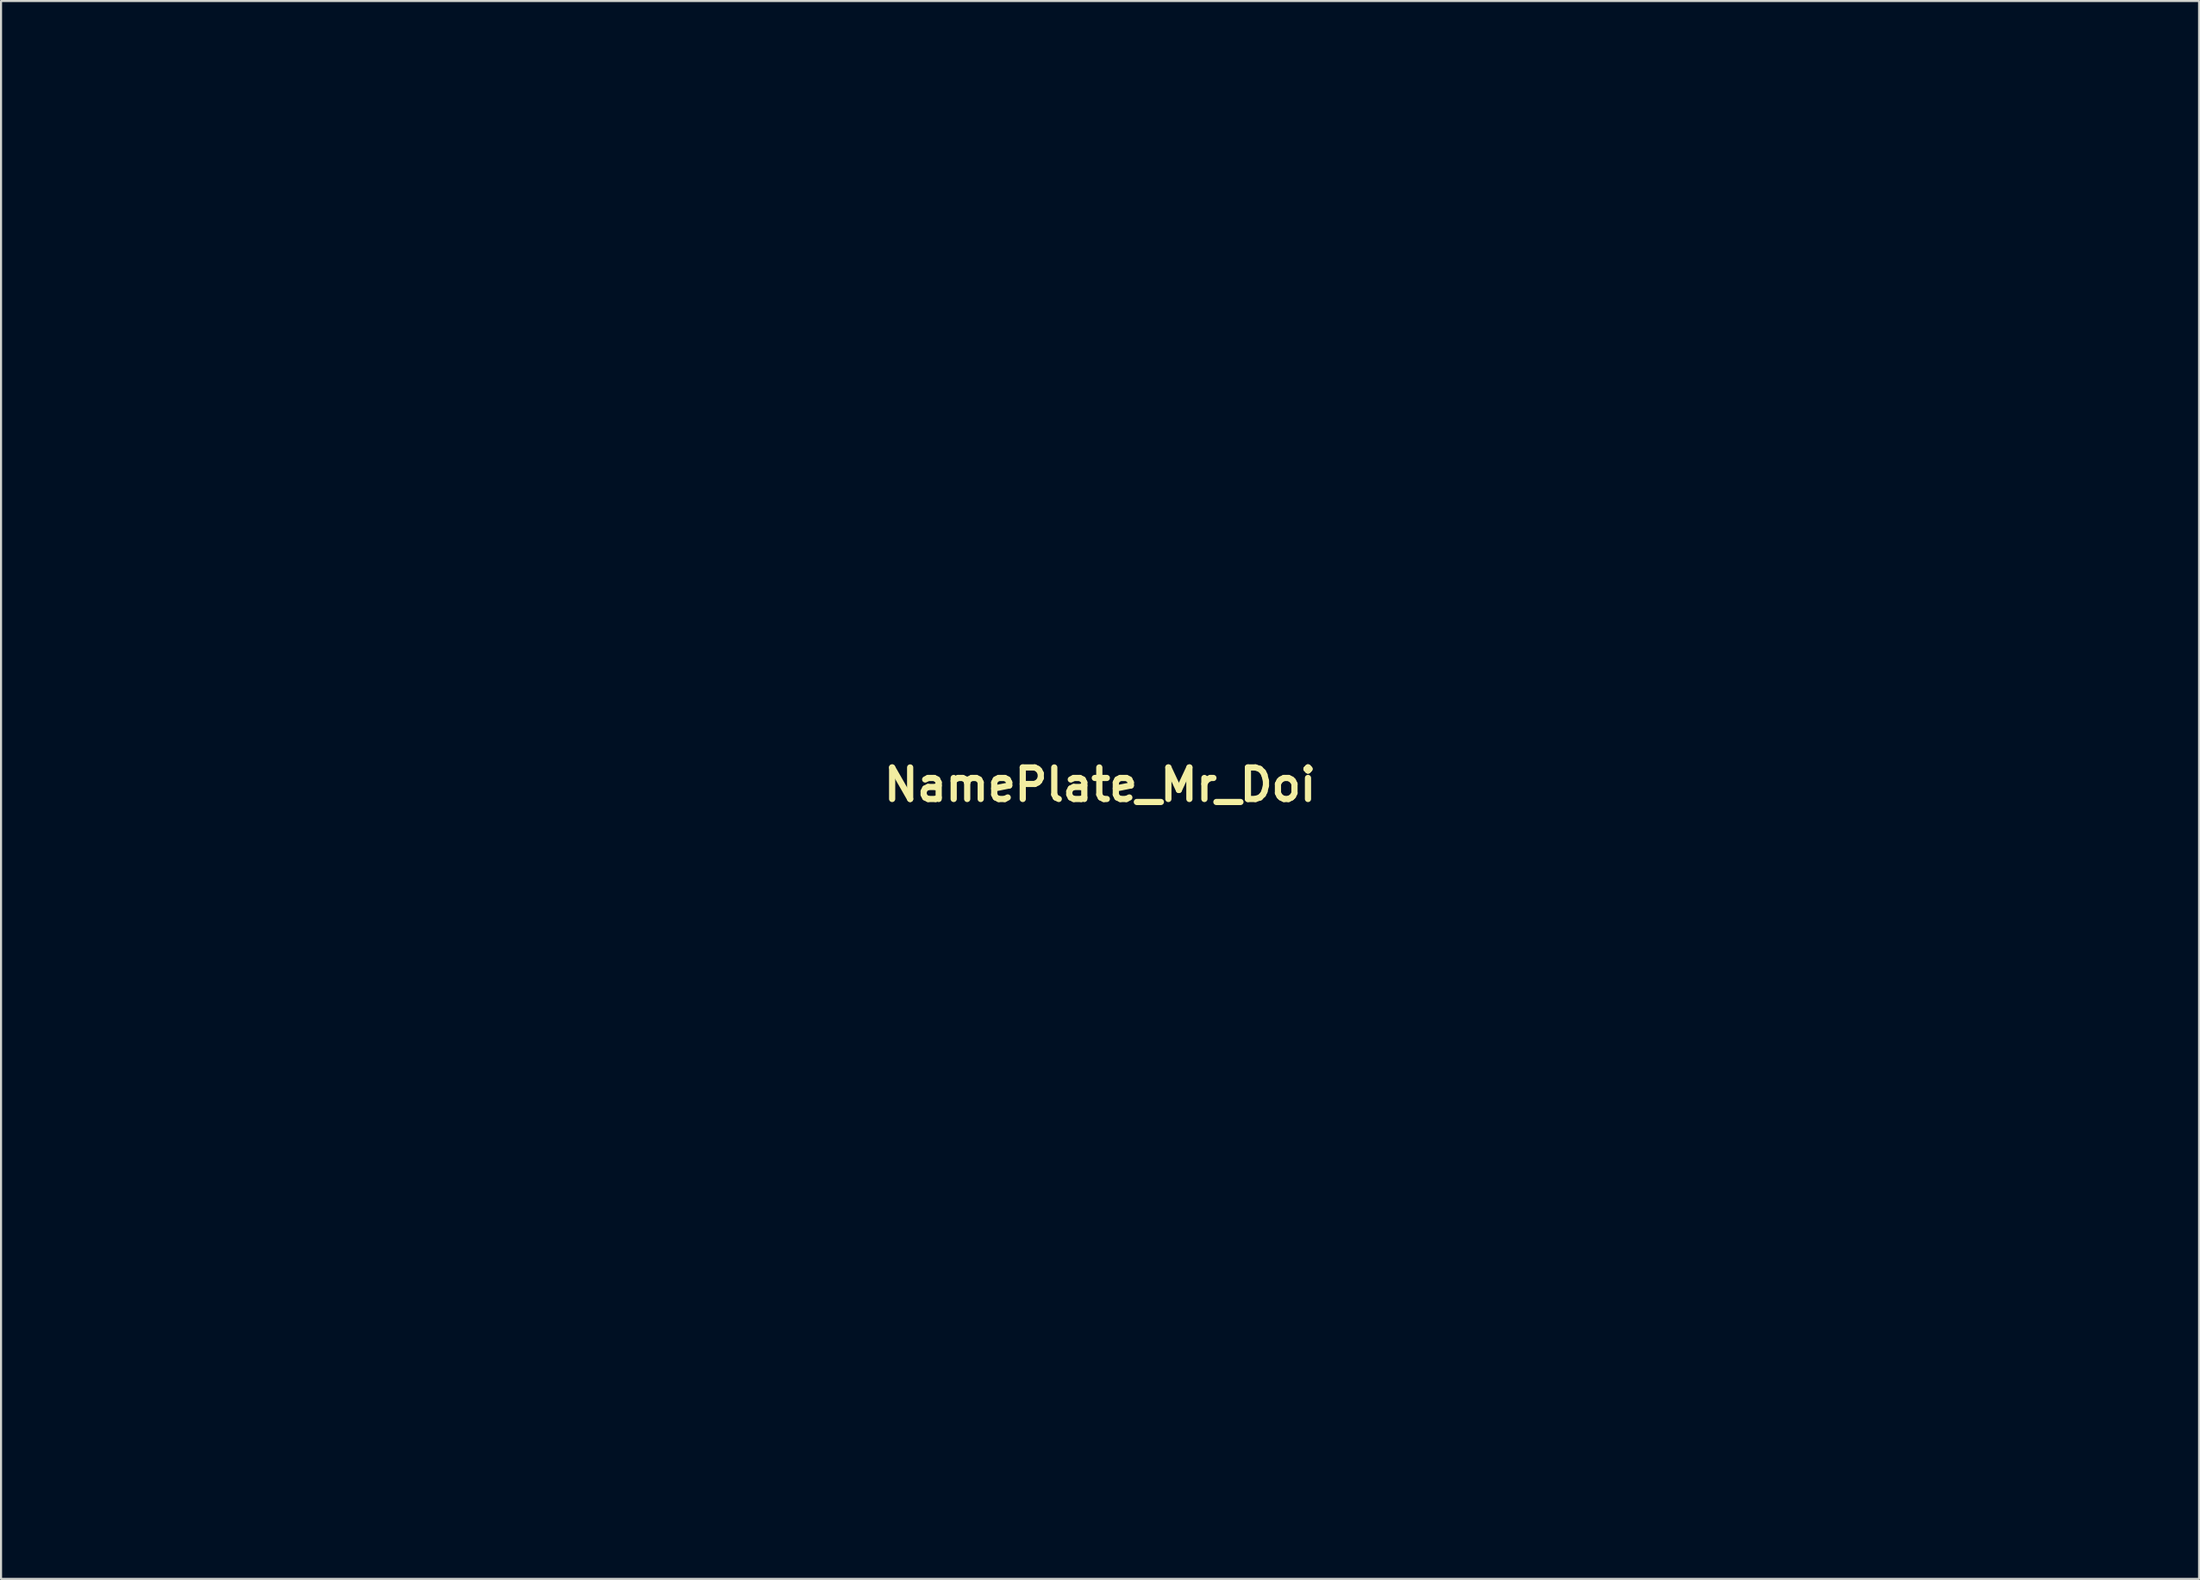
<source format=kicad_pcb>
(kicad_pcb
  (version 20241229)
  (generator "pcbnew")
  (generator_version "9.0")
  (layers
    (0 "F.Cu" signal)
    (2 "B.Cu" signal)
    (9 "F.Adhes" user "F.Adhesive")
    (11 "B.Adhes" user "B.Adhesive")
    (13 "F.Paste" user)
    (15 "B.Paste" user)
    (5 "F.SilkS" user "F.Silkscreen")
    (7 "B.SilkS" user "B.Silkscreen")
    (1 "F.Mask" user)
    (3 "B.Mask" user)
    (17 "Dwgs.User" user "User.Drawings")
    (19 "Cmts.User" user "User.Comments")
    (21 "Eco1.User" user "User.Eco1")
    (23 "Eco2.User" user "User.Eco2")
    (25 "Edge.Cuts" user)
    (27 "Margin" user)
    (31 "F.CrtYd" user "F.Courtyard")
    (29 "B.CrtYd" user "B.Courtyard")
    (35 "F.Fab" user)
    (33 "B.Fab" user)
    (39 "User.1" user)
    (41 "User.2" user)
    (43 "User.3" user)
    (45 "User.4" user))
  (footprint "NamePlate_Mr_Doi"
    (layer "F.Cu")
    (at 50.128 34.888)
    (property "Reference" "NamePlate_Mr_Doi" (at 0 0 0) (layer "F.SilkS") (effects (font (size 1.524 1.524) (thickness 0.3))))
    (attr through_hole)
    (fp_poly (pts (xy 0.423 8.975) (xy -0.042 8.975) (xy -0.508 8.975) (xy -0.508 3.725) (xy 0.322 3.725) (xy 0.423 8.975)) (stroke (width 0.01) (type solid)) (fill yes) (layer "F.Mask"))
    (fp_poly (pts (xy 26.839 8.975) (xy 26.374 8.975) (xy 25.908 8.975) (xy 25.908 3.725) (xy 26.738 3.725) (xy 26.839 8.975)) (stroke (width 0.01) (type solid)) (fill yes) (layer "F.Mask"))
    (fp_poly (pts (xy -25.186 25.406) (xy -25.061 25.587) (xy -25.19 25.718) (xy -25.451 25.72) (xy -25.621 25.63) (xy -25.657 25.41) (xy -25.644 25.384) (xy -25.444 25.315) (xy -25.186 25.406)) (stroke (width 0.01) (type solid)) (fill yes) (layer "F.Mask"))
    (fp_poly (pts (xy -25.064 24.639) (xy -24.95 24.822) (xy -25.039 24.963) (xy -25.257 24.931) (xy -25.402 24.805) (xy -25.519 24.606) (xy -25.365 24.553) (xy -25.346 24.553) (xy -25.064 24.639)) (stroke (width 0.01) (type solid)) (fill yes) (layer "F.Mask"))
    (fp_poly (pts (xy 28.246 25.827) (xy 28.279 25.908) (xy 28.157 26.072) (xy 28.119 26.077) (xy 27.89 25.954) (xy 27.855 25.908) (xy 27.894 25.763) (xy 28.015 25.739) (xy 28.246 25.827)) (stroke (width 0.01) (type solid)) (fill yes) (layer "F.Mask"))
    (fp_poly (pts (xy -25.069 26.377) (xy -25.16 26.769) (xy -25.258 27.001) (xy -25.473 27.358) (xy -25.675 27.409) (xy -25.791 27.324) (xy -25.786 27.125) (xy -25.644 26.794) (xy -25.438 26.461) (xy -25.242 26.261) (xy -25.194 26.247) (xy -25.069 26.377)) (stroke (width 0.01) (type solid)) (fill yes) (layer "F.Mask"))
    (fp_poly (pts (xy 8.517 25.973) (xy 8.448 26.276) (xy 8.382 26.416) (xy 8.138 26.762) (xy 7.896 26.923) (xy 7.878 26.924) (xy 7.742 26.873) (xy 7.789 26.671) (xy 7.924 26.417) (xy 8.194 26.044) (xy 8.412 25.896) (xy 8.517 25.973)) (stroke (width 0.01) (type solid)) (fill yes) (layer "F.Mask"))
    (fp_poly (pts (xy 10.151 26.038) (xy 10.443 26.336) (xy 10.641 26.667) (xy 10.668 26.792) (xy 10.58 26.93) (xy 10.357 26.824) (xy 10.059 26.508) (xy 9.991 26.416) (xy 9.777 26.078) (xy 9.773 25.931) (xy 9.885 25.908) (xy 10.151 26.038)) (stroke (width 0.01) (type solid)) (fill yes) (layer "F.Mask"))
    (fp_poly (pts (xy -49.847 -23.387) (xy -49.788 -23.012) (xy -49.784 -22.86) (xy -49.822 -22.436) (xy -49.915 -22.2) (xy -49.953 -22.183) (xy -50.059 -22.333) (xy -50.118 -22.708) (xy -50.123 -22.86) (xy -50.085 -23.284) (xy -49.991 -23.52) (xy -49.953 -23.537) (xy -49.847 -23.387)) (stroke (width 0.01) (type solid)) (fill yes) (layer "F.Mask"))
    (fp_poly (pts (xy -49.847 -21.016) (xy -49.788 -20.641) (xy -49.784 -20.489) (xy -49.822 -20.065) (xy -49.915 -19.829) (xy -49.953 -19.812) (xy -50.059 -19.962) (xy -50.118 -20.338) (xy -50.123 -20.489) (xy -50.085 -20.913) (xy -49.991 -21.149) (xy -49.953 -21.167) (xy -49.847 -21.016)) (stroke (width 0.01) (type solid)) (fill yes) (layer "F.Mask"))
    (fp_poly (pts (xy -49.847 -18.646) (xy -49.788 -18.27) (xy -49.784 -18.119) (xy -49.822 -17.695) (xy -49.915 -17.459) (xy -49.953 -17.441) (xy -50.059 -17.592) (xy -50.118 -17.967) (xy -50.123 -18.119) (xy -50.085 -18.543) (xy -49.991 -18.779) (xy -49.953 -18.796) (xy -49.847 -18.646)) (stroke (width 0.01) (type solid)) (fill yes) (layer "F.Mask"))
    (fp_poly (pts (xy -49.847 -16.275) (xy -49.788 -15.9) (xy -49.784 -15.748) (xy -49.822 -15.324) (xy -49.915 -15.088) (xy -49.953 -15.071) (xy -50.059 -15.221) (xy -50.118 -15.596) (xy -50.123 -15.748) (xy -50.085 -16.172) (xy -49.991 -16.408) (xy -49.953 -16.425) (xy -49.847 -16.275)) (stroke (width 0.01) (type solid)) (fill yes) (layer "F.Mask"))
    (fp_poly (pts (xy -49.847 -13.904) (xy -49.788 -13.529) (xy -49.784 -13.377) (xy -49.822 -12.953) (xy -49.915 -12.717) (xy -49.953 -12.7) (xy -50.059 -12.85) (xy -50.118 -13.226) (xy -50.123 -13.377) (xy -50.085 -13.801) (xy -49.991 -14.037) (xy -49.953 -14.055) (xy -49.847 -13.904)) (stroke (width 0.01) (type solid)) (fill yes) (layer "F.Mask"))
    (fp_poly (pts (xy -49.847 -11.534) (xy -49.788 -11.158) (xy -49.784 -11.007) (xy -49.822 -10.583) (xy -49.915 -10.347) (xy -49.953 -10.329) (xy -50.059 -10.48) (xy -50.118 -10.855) (xy -50.123 -11.007) (xy -50.085 -11.431) (xy -49.991 -11.667) (xy -49.953 -11.684) (xy -49.847 -11.534)) (stroke (width 0.01) (type solid)) (fill yes) (layer "F.Mask"))
    (fp_poly (pts (xy -49.847 -9.163) (xy -49.788 -8.788) (xy -49.784 -8.636) (xy -49.822 -8.212) (xy -49.915 -7.976) (xy -49.953 -7.959) (xy -50.059 -8.109) (xy -50.118 -8.484) (xy -50.123 -8.636) (xy -50.085 -9.06) (xy -49.991 -9.296) (xy -49.953 -9.313) (xy -49.847 -9.163)) (stroke (width 0.01) (type solid)) (fill yes) (layer "F.Mask"))
    (fp_poly (pts (xy -49.847 -6.792) (xy -49.788 -6.417) (xy -49.784 -6.265) (xy -49.822 -5.841) (xy -49.915 -5.605) (xy -49.953 -5.588) (xy -50.059 -5.738) (xy -50.118 -6.114) (xy -50.123 -6.265) (xy -50.085 -6.689) (xy -49.991 -6.925) (xy -49.953 -6.943) (xy -49.847 -6.792)) (stroke (width 0.01) (type solid)) (fill yes) (layer "F.Mask"))
    (fp_poly (pts (xy -49.847 -4.422) (xy -49.788 -4.046) (xy -49.784 -3.895) (xy -49.822 -3.471) (xy -49.915 -3.235) (xy -49.953 -3.217) (xy -50.059 -3.368) (xy -50.118 -3.743) (xy -50.123 -3.895) (xy -50.085 -4.319) (xy -49.991 -4.555) (xy -49.953 -4.572) (xy -49.847 -4.422)) (stroke (width 0.01) (type solid)) (fill yes) (layer "F.Mask"))
    (fp_poly (pts (xy -49.847 -2.051) (xy -49.788 -1.676) (xy -49.784 -1.524) (xy -49.822 -1.1) (xy -49.915 -0.864) (xy -49.953 -0.847) (xy -50.059 -0.997) (xy -50.118 -1.372) (xy -50.123 -1.524) (xy -50.085 -1.948) (xy -49.991 -2.184) (xy -49.953 -2.201) (xy -49.847 -2.051)) (stroke (width 0.01) (type solid)) (fill yes) (layer "F.Mask"))
    (fp_poly (pts (xy -49.847 0.32) (xy -49.788 0.695) (xy -49.784 0.847) (xy -49.822 1.271) (xy -49.915 1.507) (xy -49.953 1.524) (xy -50.059 1.374) (xy -50.118 0.998) (xy -50.123 0.847) (xy -50.085 0.423) (xy -49.991 0.187) (xy -49.953 0.169) (xy -49.847 0.32)) (stroke (width 0.01) (type solid)) (fill yes) (layer "F.Mask"))
    (fp_poly (pts (xy -49.847 2.69) (xy -49.788 3.066) (xy -49.784 3.217) (xy -49.822 3.641) (xy -49.915 3.877) (xy -49.953 3.895) (xy -50.059 3.744) (xy -50.118 3.369) (xy -50.123 3.217) (xy -50.085 2.793) (xy -49.991 2.557) (xy -49.953 2.54) (xy -49.847 2.69)) (stroke (width 0.01) (type solid)) (fill yes) (layer "F.Mask"))
    (fp_poly (pts (xy -49.847 5.061) (xy -49.788 5.436) (xy -49.784 5.588) (xy -49.822 6.012) (xy -49.915 6.248) (xy -49.953 6.265) (xy -50.059 6.115) (xy -50.118 5.74) (xy -50.123 5.588) (xy -50.085 5.164) (xy -49.991 4.928) (xy -49.953 4.911) (xy -49.847 5.061)) (stroke (width 0.01) (type solid)) (fill yes) (layer "F.Mask"))
    (fp_poly (pts (xy -49.847 7.432) (xy -49.788 7.807) (xy -49.784 7.959) (xy -49.822 8.383) (xy -49.915 8.619) (xy -49.953 8.636) (xy -50.059 8.486) (xy -50.118 8.11) (xy -50.123 7.959) (xy -50.085 7.535) (xy -49.991 7.299) (xy -49.953 7.281) (xy -49.847 7.432)) (stroke (width 0.01) (type solid)) (fill yes) (layer "F.Mask"))
    (fp_poly (pts (xy -49.847 9.802) (xy -49.788 10.178) (xy -49.784 10.329) (xy -49.822 10.753) (xy -49.915 10.989) (xy -49.953 11.007) (xy -50.059 10.856) (xy -50.118 10.481) (xy -50.123 10.329) (xy -50.085 9.905) (xy -49.991 9.669) (xy -49.953 9.652) (xy -49.847 9.802)) (stroke (width 0.01) (type solid)) (fill yes) (layer "F.Mask"))
    (fp_poly (pts (xy -49.847 12.173) (xy -49.788 12.548) (xy -49.784 12.7) (xy -49.822 13.124) (xy -49.915 13.36) (xy -49.953 13.377) (xy -50.059 13.227) (xy -50.118 12.852) (xy -50.123 12.7) (xy -50.085 12.276) (xy -49.991 12.04) (xy -49.953 12.023) (xy -49.847 12.173)) (stroke (width 0.01) (type solid)) (fill yes) (layer "F.Mask"))
    (fp_poly (pts (xy -49.847 14.544) (xy -49.788 14.919) (xy -49.784 15.071) (xy -49.822 15.495) (xy -49.915 15.731) (xy -49.953 15.748) (xy -50.059 15.598) (xy -50.118 15.222) (xy -50.123 15.071) (xy -50.085 14.647) (xy -49.991 14.411) (xy -49.953 14.393) (xy -49.847 14.544)) (stroke (width 0.01) (type solid)) (fill yes) (layer "F.Mask"))
    (fp_poly (pts (xy -49.847 16.914) (xy -49.788 17.29) (xy -49.784 17.441) (xy -49.822 17.865) (xy -49.915 18.101) (xy -49.953 18.119) (xy -50.059 17.968) (xy -50.118 17.593) (xy -50.123 17.441) (xy -50.085 17.017) (xy -49.991 16.781) (xy -49.953 16.764) (xy -49.847 16.914)) (stroke (width 0.01) (type solid)) (fill yes) (layer "F.Mask"))
    (fp_poly (pts (xy -49.847 19.285) (xy -49.788 19.66) (xy -49.784 19.812) (xy -49.822 20.236) (xy -49.915 20.472) (xy -49.953 20.489) (xy -50.059 20.339) (xy -50.118 19.964) (xy -50.123 19.812) (xy -50.085 19.388) (xy -49.991 19.152) (xy -49.953 19.135) (xy -49.847 19.285)) (stroke (width 0.01) (type solid)) (fill yes) (layer "F.Mask"))
    (fp_poly (pts (xy -49.847 21.656) (xy -49.788 22.031) (xy -49.784 22.183) (xy -49.822 22.607) (xy -49.915 22.843) (xy -49.953 22.86) (xy -50.059 22.71) (xy -50.118 22.334) (xy -50.123 22.183) (xy -50.085 21.759) (xy -49.991 21.523) (xy -49.953 21.505) (xy -49.847 21.656)) (stroke (width 0.01) (type solid)) (fill yes) (layer "F.Mask"))
    (fp_poly (pts (xy -49.847 24.026) (xy -49.788 24.402) (xy -49.784 24.553) (xy -49.822 24.977) (xy -49.915 25.213) (xy -49.953 25.231) (xy -50.059 25.08) (xy -50.118 24.705) (xy -50.123 24.553) (xy -50.085 24.129) (xy -49.991 23.893) (xy -49.953 23.876) (xy -49.847 24.026)) (stroke (width 0.01) (type solid)) (fill yes) (layer "F.Mask"))
    (fp_poly (pts (xy -49.847 26.397) (xy -49.788 26.772) (xy -49.784 26.924) (xy -49.822 27.348) (xy -49.915 27.584) (xy -49.953 27.601) (xy -50.059 27.451) (xy -50.118 27.076) (xy -50.123 26.924) (xy -50.085 26.5) (xy -49.991 26.264) (xy -49.953 26.247) (xy -49.847 26.397)) (stroke (width 0.01) (type solid)) (fill yes) (layer "F.Mask"))
    (fp_poly (pts (xy -49.847 28.768) (xy -49.788 29.143) (xy -49.784 29.295) (xy -49.822 29.719) (xy -49.915 29.955) (xy -49.953 29.972) (xy -50.059 29.822) (xy -50.118 29.446) (xy -50.123 29.295) (xy -50.085 28.871) (xy -49.991 28.635) (xy -49.953 28.617) (xy -49.847 28.768)) (stroke (width 0.01) (type solid)) (fill yes) (layer "F.Mask"))
    (fp_poly (pts (xy -49.847 31.138) (xy -49.788 31.514) (xy -49.784 31.665) (xy -49.822 32.089) (xy -49.915 32.325) (xy -49.953 32.343) (xy -50.059 32.192) (xy -50.118 31.817) (xy -50.123 31.665) (xy -50.085 31.241) (xy -49.991 31.005) (xy -49.953 30.988) (xy -49.847 31.138)) (stroke (width 0.01) (type solid)) (fill yes) (layer "F.Mask"))
    (fp_poly (pts (xy -49.847 33.509) (xy -49.788 33.884) (xy -49.784 34.036) (xy -49.822 34.46) (xy -49.915 34.696) (xy -49.953 34.713) (xy -50.059 34.563) (xy -50.118 34.188) (xy -50.123 34.036) (xy -50.085 33.612) (xy -49.991 33.376) (xy -49.953 33.359) (xy -49.847 33.509)) (stroke (width 0.01) (type solid)) (fill yes) (layer "F.Mask"))
    (fp_poly (pts (xy -48.344 35.09) (xy -48.108 35.183) (xy -48.091 35.221) (xy -48.241 35.327) (xy -48.616 35.386) (xy -48.768 35.391) (xy -49.192 35.353) (xy -49.428 35.259) (xy -49.445 35.221) (xy -49.295 35.115) (xy -48.92 35.056) (xy -48.768 35.052) (xy -48.344 35.09)) (stroke (width 0.01) (type solid)) (fill yes) (layer "F.Mask"))
    (fp_poly (pts (xy -45.973 35.09) (xy -45.737 35.183) (xy -45.72 35.221) (xy -45.87 35.327) (xy -46.246 35.386) (xy -46.397 35.391) (xy -46.821 35.353) (xy -47.057 35.259) (xy -47.075 35.221) (xy -46.924 35.115) (xy -46.549 35.056) (xy -46.397 35.052) (xy -45.973 35.09)) (stroke (width 0.01) (type solid)) (fill yes) (layer "F.Mask"))
    (fp_poly (pts (xy -43.603 35.09) (xy -43.367 35.183) (xy -43.349 35.221) (xy -43.5 35.327) (xy -43.875 35.386) (xy -44.027 35.391) (xy -44.451 35.353) (xy -44.687 35.259) (xy -44.704 35.221) (xy -44.554 35.115) (xy -44.178 35.056) (xy -44.027 35.052) (xy -43.603 35.09)) (stroke (width 0.01) (type solid)) (fill yes) (layer "F.Mask"))
    (fp_poly (pts (xy -41.232 35.09) (xy -40.996 35.183) (xy -40.979 35.221) (xy -41.129 35.327) (xy -41.504 35.386) (xy -41.656 35.391) (xy -42.08 35.353) (xy -42.316 35.259) (xy -42.333 35.221) (xy -42.183 35.115) (xy -41.808 35.056) (xy -41.656 35.052) (xy -41.232 35.09)) (stroke (width 0.01) (type solid)) (fill yes) (layer "F.Mask"))
    (fp_poly (pts (xy -38.861 35.09) (xy -38.625 35.183) (xy -38.608 35.221) (xy -38.758 35.327) (xy -39.134 35.386) (xy -39.285 35.391) (xy -39.709 35.353) (xy -39.945 35.259) (xy -39.963 35.221) (xy -39.812 35.115) (xy -39.437 35.056) (xy -39.285 35.052) (xy -38.861 35.09)) (stroke (width 0.01) (type solid)) (fill yes) (layer "F.Mask"))
    (fp_poly (pts (xy -36.491 35.09) (xy -36.255 35.183) (xy -36.237 35.221) (xy -36.388 35.327) (xy -36.763 35.386) (xy -36.915 35.391) (xy -37.339 35.353) (xy -37.575 35.259) (xy -37.592 35.221) (xy -37.442 35.115) (xy -37.066 35.056) (xy -36.915 35.052) (xy -36.491 35.09)) (stroke (width 0.01) (type solid)) (fill yes) (layer "F.Mask"))
    (fp_poly (pts (xy -34.12 35.09) (xy -33.884 35.183) (xy -33.867 35.221) (xy -34.017 35.327) (xy -34.392 35.386) (xy -34.544 35.391) (xy -34.968 35.353) (xy -35.204 35.259) (xy -35.221 35.221) (xy -35.071 35.115) (xy -34.696 35.056) (xy -34.544 35.052) (xy -34.12 35.09)) (stroke (width 0.01) (type solid)) (fill yes) (layer "F.Mask"))
    (fp_poly (pts (xy -31.749 35.09) (xy -31.513 35.183) (xy -31.496 35.221) (xy -31.646 35.327) (xy -32.022 35.386) (xy -32.173 35.391) (xy -32.597 35.353) (xy -32.833 35.259) (xy -32.851 35.221) (xy -32.7 35.115) (xy -32.325 35.056) (xy -32.173 35.052) (xy -31.749 35.09)) (stroke (width 0.01) (type solid)) (fill yes) (layer "F.Mask"))
    (fp_poly (pts (xy -29.379 35.09) (xy -29.143 35.183) (xy -29.125 35.221) (xy -29.276 35.327) (xy -29.651 35.386) (xy -29.803 35.391) (xy -30.227 35.353) (xy -30.463 35.259) (xy -30.48 35.221) (xy -30.33 35.115) (xy -29.954 35.056) (xy -29.803 35.052) (xy -29.379 35.09)) (stroke (width 0.01) (type solid)) (fill yes) (layer "F.Mask"))
    (fp_poly (pts (xy -27.008 35.09) (xy -26.772 35.183) (xy -26.755 35.221) (xy -26.905 35.327) (xy -27.28 35.386) (xy -27.432 35.391) (xy -27.856 35.353) (xy -28.092 35.259) (xy -28.109 35.221) (xy -27.959 35.115) (xy -27.584 35.056) (xy -27.432 35.052) (xy -27.008 35.09)) (stroke (width 0.01) (type solid)) (fill yes) (layer "F.Mask"))
    (fp_poly (pts (xy -24.637 35.09) (xy -24.401 35.183) (xy -24.384 35.221) (xy -24.534 35.327) (xy -24.91 35.386) (xy -25.061 35.391) (xy -25.485 35.353) (xy -25.721 35.259) (xy -25.739 35.221) (xy -25.588 35.115) (xy -25.213 35.056) (xy -25.061 35.052) (xy -24.637 35.09)) (stroke (width 0.01) (type solid)) (fill yes) (layer "F.Mask"))
    (fp_poly (pts (xy -22.267 35.09) (xy -22.031 35.183) (xy -22.013 35.221) (xy -22.164 35.327) (xy -22.539 35.386) (xy -22.691 35.391) (xy -23.115 35.353) (xy -23.351 35.259) (xy -23.368 35.221) (xy -23.218 35.115) (xy -22.842 35.056) (xy -22.691 35.052) (xy -22.267 35.09)) (stroke (width 0.01) (type solid)) (fill yes) (layer "F.Mask"))
    (fp_poly (pts (xy -19.896 35.09) (xy -19.66 35.183) (xy -19.643 35.221) (xy -19.793 35.327) (xy -20.168 35.386) (xy -20.32 35.391) (xy -20.744 35.353) (xy -20.98 35.259) (xy -20.997 35.221) (xy -20.847 35.115) (xy -20.472 35.056) (xy -20.32 35.052) (xy -19.896 35.09)) (stroke (width 0.01) (type solid)) (fill yes) (layer "F.Mask"))
    (fp_poly (pts (xy -17.525 35.09) (xy -17.289 35.183) (xy -17.272 35.221) (xy -17.422 35.327) (xy -17.798 35.386) (xy -17.949 35.391) (xy -18.373 35.353) (xy -18.609 35.259) (xy -18.627 35.221) (xy -18.476 35.115) (xy -18.101 35.056) (xy -17.949 35.052) (xy -17.525 35.09)) (stroke (width 0.01) (type solid)) (fill yes) (layer "F.Mask"))
    (fp_poly (pts (xy -15.155 35.09) (xy -14.919 35.183) (xy -14.901 35.221) (xy -15.052 35.327) (xy -15.427 35.386) (xy -15.579 35.391) (xy -16.003 35.353) (xy -16.239 35.259) (xy -16.256 35.221) (xy -16.106 35.115) (xy -15.73 35.056) (xy -15.579 35.052) (xy -15.155 35.09)) (stroke (width 0.01) (type solid)) (fill yes) (layer "F.Mask"))
    (fp_poly (pts (xy -13.292 -34.845) (xy -13.056 -34.751) (xy -13.039 -34.713) (xy -13.189 -34.607) (xy -13.564 -34.548) (xy -13.716 -34.544) (xy -14.14 -34.582) (xy -14.376 -34.675) (xy -14.393 -34.713) (xy -14.243 -34.819) (xy -13.868 -34.878) (xy -13.716 -34.883) (xy -13.292 -34.845)) (stroke (width 0.01) (type solid)) (fill yes) (layer "F.Mask"))
    (fp_poly (pts (xy -12.784 35.09) (xy -12.548 35.183) (xy -12.531 35.221) (xy -12.681 35.327) (xy -13.056 35.386) (xy -13.208 35.391) (xy -13.632 35.353) (xy -13.868 35.259) (xy -13.885 35.221) (xy -13.735 35.115) (xy -13.36 35.056) (xy -13.208 35.052) (xy -12.784 35.09)) (stroke (width 0.01) (type solid)) (fill yes) (layer "F.Mask"))
    (fp_poly (pts (xy -10.921 -34.845) (xy -10.685 -34.751) (xy -10.668 -34.713) (xy -10.818 -34.607) (xy -11.194 -34.548) (xy -11.345 -34.544) (xy -11.769 -34.582) (xy -12.005 -34.675) (xy -12.023 -34.713) (xy -11.872 -34.819) (xy -11.497 -34.878) (xy -11.345 -34.883) (xy -10.921 -34.845)) (stroke (width 0.01) (type solid)) (fill yes) (layer "F.Mask"))
    (fp_poly (pts (xy -10.413 35.09) (xy -10.177 35.183) (xy -10.16 35.221) (xy -10.31 35.327) (xy -10.686 35.386) (xy -10.837 35.391) (xy -11.261 35.353) (xy -11.497 35.259) (xy -11.515 35.221) (xy -11.364 35.115) (xy -10.989 35.056) (xy -10.837 35.052) (xy -10.413 35.09)) (stroke (width 0.01) (type solid)) (fill yes) (layer "F.Mask"))
    (fp_poly (pts (xy -8.551 -34.845) (xy -8.315 -34.751) (xy -8.297 -34.713) (xy -8.448 -34.607) (xy -8.823 -34.548) (xy -8.975 -34.544) (xy -9.399 -34.582) (xy -9.635 -34.675) (xy -9.652 -34.713) (xy -9.502 -34.819) (xy -9.126 -34.878) (xy -8.975 -34.883) (xy -8.551 -34.845)) (stroke (width 0.01) (type solid)) (fill yes) (layer "F.Mask"))
    (fp_poly (pts (xy -8.043 35.09) (xy -7.807 35.183) (xy -7.789 35.221) (xy -7.94 35.327) (xy -8.315 35.386) (xy -8.467 35.391) (xy -8.891 35.353) (xy -9.127 35.259) (xy -9.144 35.221) (xy -8.994 35.115) (xy -8.618 35.056) (xy -8.467 35.052) (xy -8.043 35.09)) (stroke (width 0.01) (type solid)) (fill yes) (layer "F.Mask"))
    (fp_poly (pts (xy -6.18 -34.845) (xy -5.944 -34.751) (xy -5.927 -34.713) (xy -6.077 -34.607) (xy -6.452 -34.548) (xy -6.604 -34.544) (xy -7.028 -34.582) (xy -7.264 -34.675) (xy -7.281 -34.713) (xy -7.131 -34.819) (xy -6.756 -34.878) (xy -6.604 -34.883) (xy -6.18 -34.845)) (stroke (width 0.01) (type solid)) (fill yes) (layer "F.Mask"))
    (fp_poly (pts (xy -5.672 35.09) (xy -5.436 35.183) (xy -5.419 35.221) (xy -5.569 35.327) (xy -5.944 35.386) (xy -6.096 35.391) (xy -6.52 35.353) (xy -6.756 35.259) (xy -6.773 35.221) (xy -6.623 35.115) (xy -6.248 35.056) (xy -6.096 35.052) (xy -5.672 35.09)) (stroke (width 0.01) (type solid)) (fill yes) (layer "F.Mask"))
    (fp_poly (pts (xy -3.809 -34.845) (xy -3.573 -34.751) (xy -3.556 -34.713) (xy -3.706 -34.607) (xy -4.082 -34.548) (xy -4.233 -34.544) (xy -4.657 -34.582) (xy -4.893 -34.675) (xy -4.911 -34.713) (xy -4.76 -34.819) (xy -4.385 -34.878) (xy -4.233 -34.883) (xy -3.809 -34.845)) (stroke (width 0.01) (type solid)) (fill yes) (layer "F.Mask"))
    (fp_poly (pts (xy -3.301 35.09) (xy -3.065 35.183) (xy -3.048 35.221) (xy -3.198 35.327) (xy -3.574 35.386) (xy -3.725 35.391) (xy -4.149 35.353) (xy -4.385 35.259) (xy -4.403 35.221) (xy -4.252 35.115) (xy -3.877 35.056) (xy -3.725 35.052) (xy -3.301 35.09)) (stroke (width 0.01) (type solid)) (fill yes) (layer "F.Mask"))
    (fp_poly (pts (xy -1.439 -34.845) (xy -1.203 -34.751) (xy -1.185 -34.713) (xy -1.336 -34.607) (xy -1.711 -34.548) (xy -1.863 -34.544) (xy -2.287 -34.582) (xy -2.523 -34.675) (xy -2.54 -34.713) (xy -2.39 -34.819) (xy -2.014 -34.878) (xy -1.863 -34.883) (xy -1.439 -34.845)) (stroke (width 0.01) (type solid)) (fill yes) (layer "F.Mask"))
    (fp_poly (pts (xy -0.931 35.09) (xy -0.695 35.183) (xy -0.677 35.221) (xy -0.828 35.327) (xy -1.203 35.386) (xy -1.355 35.391) (xy -1.779 35.353) (xy -2.015 35.259) (xy -2.032 35.221) (xy -1.882 35.115) (xy -1.506 35.056) (xy -1.355 35.052) (xy -0.931 35.09)) (stroke (width 0.01) (type solid)) (fill yes) (layer "F.Mask"))
    (fp_poly (pts (xy 0.218 1.917) (xy 0.329 2.15) (xy 0.339 2.371) (xy 0.293 2.734) (xy 0.099 2.867) (xy -0.085 2.879) (xy -0.387 2.824) (xy -0.498 2.592) (xy -0.508 2.371) (xy -0.462 2.008) (xy -0.269 1.875) (xy -0.085 1.863) (xy 0.218 1.917)) (stroke (width 0.01) (type solid)) (fill yes) (layer "F.Mask"))
    (fp_poly (pts (xy 0.932 -34.845) (xy 1.168 -34.751) (xy 1.185 -34.713) (xy 1.035 -34.607) (xy 0.66 -34.548) (xy 0.508 -34.544) (xy 0.084 -34.582) (xy -0.152 -34.675) (xy -0.169 -34.713) (xy -0.019 -34.819) (xy 0.356 -34.878) (xy 0.508 -34.883) (xy 0.932 -34.845)) (stroke (width 0.01) (type solid)) (fill yes) (layer "F.Mask"))
    (fp_poly (pts (xy 1.44 35.09) (xy 1.676 35.183) (xy 1.693 35.221) (xy 1.543 35.327) (xy 1.168 35.386) (xy 1.016 35.391) (xy 0.592 35.353) (xy 0.356 35.259) (xy 0.339 35.221) (xy 0.489 35.115) (xy 0.864 35.056) (xy 1.016 35.052) (xy 1.44 35.09)) (stroke (width 0.01) (type solid)) (fill yes) (layer "F.Mask"))
    (fp_poly (pts (xy 3.303 -34.845) (xy 3.539 -34.751) (xy 3.556 -34.713) (xy 3.406 -34.607) (xy 3.03 -34.548) (xy 2.879 -34.544) (xy 2.455 -34.582) (xy 2.219 -34.675) (xy 2.201 -34.713) (xy 2.352 -34.819) (xy 2.727 -34.878) (xy 2.879 -34.883) (xy 3.303 -34.845)) (stroke (width 0.01) (type solid)) (fill yes) (layer "F.Mask"))
    (fp_poly (pts (xy 3.811 35.09) (xy 4.047 35.183) (xy 4.064 35.221) (xy 3.914 35.327) (xy 3.538 35.386) (xy 3.387 35.391) (xy 2.963 35.353) (xy 2.727 35.259) (xy 2.709 35.221) (xy 2.86 35.115) (xy 3.235 35.056) (xy 3.387 35.052) (xy 3.811 35.09)) (stroke (width 0.01) (type solid)) (fill yes) (layer "F.Mask"))
    (fp_poly (pts (xy 5.673 -34.845) (xy 5.909 -34.751) (xy 5.927 -34.713) (xy 5.776 -34.607) (xy 5.401 -34.548) (xy 5.249 -34.544) (xy 4.825 -34.582) (xy 4.589 -34.675) (xy 4.572 -34.713) (xy 4.722 -34.819) (xy 5.098 -34.878) (xy 5.249 -34.883) (xy 5.673 -34.845)) (stroke (width 0.01) (type solid)) (fill yes) (layer "F.Mask"))
    (fp_poly (pts (xy 6.181 35.09) (xy 6.417 35.183) (xy 6.435 35.221) (xy 6.284 35.327) (xy 5.909 35.386) (xy 5.757 35.391) (xy 5.333 35.353) (xy 5.097 35.259) (xy 5.08 35.221) (xy 5.23 35.115) (xy 5.606 35.056) (xy 5.757 35.052) (xy 6.181 35.09)) (stroke (width 0.01) (type solid)) (fill yes) (layer "F.Mask"))
    (fp_poly (pts (xy 8.044 -34.845) (xy 8.28 -34.751) (xy 8.297 -34.713) (xy 8.147 -34.607) (xy 7.772 -34.548) (xy 7.62 -34.544) (xy 7.196 -34.582) (xy 6.96 -34.675) (xy 6.943 -34.713) (xy 7.093 -34.819) (xy 7.468 -34.878) (xy 7.62 -34.883) (xy 8.044 -34.845)) (stroke (width 0.01) (type solid)) (fill yes) (layer "F.Mask"))
    (fp_poly (pts (xy 8.552 35.09) (xy 8.788 35.183) (xy 8.805 35.221) (xy 8.655 35.327) (xy 8.28 35.386) (xy 8.128 35.391) (xy 7.704 35.353) (xy 7.468 35.259) (xy 7.451 35.221) (xy 7.601 35.115) (xy 7.976 35.056) (xy 8.128 35.052) (xy 8.552 35.09)) (stroke (width 0.01) (type solid)) (fill yes) (layer "F.Mask"))
    (fp_poly (pts (xy 10.415 -34.845) (xy 10.651 -34.751) (xy 10.668 -34.713) (xy 10.518 -34.607) (xy 10.142 -34.548) (xy 9.991 -34.544) (xy 9.567 -34.582) (xy 9.331 -34.675) (xy 9.313 -34.713) (xy 9.464 -34.819) (xy 9.839 -34.878) (xy 9.991 -34.883) (xy 10.415 -34.845)) (stroke (width 0.01) (type solid)) (fill yes) (layer "F.Mask"))
    (fp_poly (pts (xy 10.923 35.09) (xy 11.159 35.183) (xy 11.176 35.221) (xy 11.026 35.327) (xy 10.65 35.386) (xy 10.499 35.391) (xy 10.075 35.353) (xy 9.839 35.259) (xy 9.821 35.221) (xy 9.972 35.115) (xy 10.347 35.056) (xy 10.499 35.052) (xy 10.923 35.09)) (stroke (width 0.01) (type solid)) (fill yes) (layer "F.Mask"))
    (fp_poly (pts (xy 12.785 -34.845) (xy 13.021 -34.751) (xy 13.039 -34.713) (xy 12.888 -34.607) (xy 12.513 -34.548) (xy 12.361 -34.544) (xy 11.937 -34.582) (xy 11.701 -34.675) (xy 11.684 -34.713) (xy 11.834 -34.819) (xy 12.21 -34.878) (xy 12.361 -34.883) (xy 12.785 -34.845)) (stroke (width 0.01) (type solid)) (fill yes) (layer "F.Mask"))
    (fp_poly (pts (xy 12.956 24.751) (xy 13.294 24.822) (xy 13.377 24.892) (xy 13.224 24.985) (xy 12.829 25.046) (xy 12.446 25.061) (xy 11.936 25.033) (xy 11.598 24.962) (xy 11.515 24.892) (xy 11.668 24.799) (xy 12.063 24.738) (xy 12.446 24.723) (xy 12.956 24.751)) (stroke (width 0.01) (type solid)) (fill yes) (layer "F.Mask"))
    (fp_poly (pts (xy 13.293 35.09) (xy 13.529 35.183) (xy 13.547 35.221) (xy 13.396 35.327) (xy 13.021 35.386) (xy 12.869 35.391) (xy 12.445 35.353) (xy 12.209 35.259) (xy 12.192 35.221) (xy 12.342 35.115) (xy 12.718 35.056) (xy 12.869 35.052) (xy 13.293 35.09)) (stroke (width 0.01) (type solid)) (fill yes) (layer "F.Mask"))
    (fp_poly (pts (xy 15.156 -34.845) (xy 15.392 -34.751) (xy 15.409 -34.713) (xy 15.259 -34.607) (xy 14.884 -34.548) (xy 14.732 -34.544) (xy 14.308 -34.582) (xy 14.072 -34.675) (xy 14.055 -34.713) (xy 14.205 -34.819) (xy 14.58 -34.878) (xy 14.732 -34.883) (xy 15.156 -34.845)) (stroke (width 0.01) (type solid)) (fill yes) (layer "F.Mask"))
    (fp_poly (pts (xy 15.664 35.09) (xy 15.9 35.183) (xy 15.917 35.221) (xy 15.767 35.327) (xy 15.392 35.386) (xy 15.24 35.391) (xy 14.816 35.353) (xy 14.58 35.259) (xy 14.563 35.221) (xy 14.713 35.115) (xy 15.088 35.056) (xy 15.24 35.052) (xy 15.664 35.09)) (stroke (width 0.01) (type solid)) (fill yes) (layer "F.Mask"))
    (fp_poly (pts (xy 17.527 -34.845) (xy 17.763 -34.751) (xy 17.78 -34.713) (xy 17.63 -34.607) (xy 17.254 -34.548) (xy 17.103 -34.544) (xy 16.679 -34.582) (xy 16.443 -34.675) (xy 16.425 -34.713) (xy 16.576 -34.819) (xy 16.951 -34.878) (xy 17.103 -34.883) (xy 17.527 -34.845)) (stroke (width 0.01) (type solid)) (fill yes) (layer "F.Mask"))
    (fp_poly (pts (xy 18.035 35.09) (xy 18.271 35.183) (xy 18.288 35.221) (xy 18.138 35.327) (xy 17.762 35.386) (xy 17.611 35.391) (xy 17.187 35.353) (xy 16.951 35.259) (xy 16.933 35.221) (xy 17.084 35.115) (xy 17.459 35.056) (xy 17.611 35.052) (xy 18.035 35.09)) (stroke (width 0.01) (type solid)) (fill yes) (layer "F.Mask"))
    (fp_poly (pts (xy 19.897 -34.845) (xy 20.133 -34.751) (xy 20.151 -34.713) (xy 20 -34.607) (xy 19.625 -34.548) (xy 19.473 -34.544) (xy 19.049 -34.582) (xy 18.813 -34.675) (xy 18.796 -34.713) (xy 18.946 -34.819) (xy 19.322 -34.878) (xy 19.473 -34.883) (xy 19.897 -34.845)) (stroke (width 0.01) (type solid)) (fill yes) (layer "F.Mask"))
    (fp_poly (pts (xy 20.405 35.09) (xy 20.641 35.183) (xy 20.659 35.221) (xy 20.508 35.327) (xy 20.133 35.386) (xy 19.981 35.391) (xy 19.557 35.353) (xy 19.321 35.259) (xy 19.304 35.221) (xy 19.454 35.115) (xy 19.83 35.056) (xy 19.981 35.052) (xy 20.405 35.09)) (stroke (width 0.01) (type solid)) (fill yes) (layer "F.Mask"))
    (fp_poly (pts (xy 22.268 -34.845) (xy 22.504 -34.751) (xy 22.521 -34.713) (xy 22.371 -34.607) (xy 21.996 -34.548) (xy 21.844 -34.544) (xy 21.42 -34.582) (xy 21.184 -34.675) (xy 21.167 -34.713) (xy 21.317 -34.819) (xy 21.692 -34.878) (xy 21.844 -34.883) (xy 22.268 -34.845)) (stroke (width 0.01) (type solid)) (fill yes) (layer "F.Mask"))
    (fp_poly (pts (xy 22.776 35.09) (xy 23.012 35.183) (xy 23.029 35.221) (xy 22.879 35.327) (xy 22.504 35.386) (xy 22.352 35.391) (xy 21.928 35.353) (xy 21.692 35.259) (xy 21.675 35.221) (xy 21.825 35.115) (xy 22.2 35.056) (xy 22.352 35.052) (xy 22.776 35.09)) (stroke (width 0.01) (type solid)) (fill yes) (layer "F.Mask"))
    (fp_poly (pts (xy 24.639 -34.845) (xy 24.875 -34.751) (xy 24.892 -34.713) (xy 24.742 -34.607) (xy 24.366 -34.548) (xy 24.215 -34.544) (xy 23.791 -34.582) (xy 23.555 -34.675) (xy 23.537 -34.713) (xy 23.688 -34.819) (xy 24.063 -34.878) (xy 24.215 -34.883) (xy 24.639 -34.845)) (stroke (width 0.01) (type solid)) (fill yes) (layer "F.Mask"))
    (fp_poly (pts (xy 25.147 35.09) (xy 25.383 35.183) (xy 25.4 35.221) (xy 25.25 35.327) (xy 24.874 35.386) (xy 24.723 35.391) (xy 24.299 35.353) (xy 24.063 35.259) (xy 24.045 35.221) (xy 24.196 35.115) (xy 24.571 35.056) (xy 24.723 35.052) (xy 25.147 35.09)) (stroke (width 0.01) (type solid)) (fill yes) (layer "F.Mask"))
    (fp_poly (pts (xy 26.634 1.917) (xy 26.745 2.15) (xy 26.755 2.371) (xy 26.709 2.734) (xy 26.515 2.867) (xy 26.331 2.879) (xy 26.029 2.824) (xy 25.918 2.592) (xy 25.908 2.371) (xy 25.954 2.008) (xy 26.147 1.875) (xy 26.331 1.863) (xy 26.634 1.917)) (stroke (width 0.01) (type solid)) (fill yes) (layer "F.Mask"))
    (fp_poly (pts (xy 27.009 -34.845) (xy 27.245 -34.751) (xy 27.263 -34.713) (xy 27.112 -34.607) (xy 26.737 -34.548) (xy 26.585 -34.544) (xy 26.161 -34.582) (xy 25.925 -34.675) (xy 25.908 -34.713) (xy 26.058 -34.819) (xy 26.434 -34.878) (xy 26.585 -34.883) (xy 27.009 -34.845)) (stroke (width 0.01) (type solid)) (fill yes) (layer "F.Mask"))
    (fp_poly (pts (xy 27.517 35.09) (xy 27.753 35.183) (xy 27.771 35.221) (xy 27.62 35.327) (xy 27.245 35.386) (xy 27.093 35.391) (xy 26.669 35.353) (xy 26.433 35.259) (xy 26.416 35.221) (xy 26.566 35.115) (xy 26.942 35.056) (xy 27.093 35.052) (xy 27.517 35.09)) (stroke (width 0.01) (type solid)) (fill yes) (layer "F.Mask"))
    (fp_poly (pts (xy 29.38 -34.845) (xy 29.616 -34.751) (xy 29.633 -34.713) (xy 29.483 -34.607) (xy 29.108 -34.548) (xy 28.956 -34.544) (xy 28.532 -34.582) (xy 28.296 -34.675) (xy 28.279 -34.713) (xy 28.429 -34.819) (xy 28.804 -34.878) (xy 28.956 -34.883) (xy 29.38 -34.845)) (stroke (width 0.01) (type solid)) (fill yes) (layer "F.Mask"))
    (fp_poly (pts (xy 29.888 35.09) (xy 30.124 35.183) (xy 30.141 35.221) (xy 29.991 35.327) (xy 29.616 35.386) (xy 29.464 35.391) (xy 29.04 35.353) (xy 28.804 35.259) (xy 28.787 35.221) (xy 28.937 35.115) (xy 29.312 35.056) (xy 29.464 35.052) (xy 29.888 35.09)) (stroke (width 0.01) (type solid)) (fill yes) (layer "F.Mask"))
    (fp_poly (pts (xy 31.751 -34.845) (xy 31.987 -34.751) (xy 32.004 -34.713) (xy 31.854 -34.607) (xy 31.478 -34.548) (xy 31.327 -34.544) (xy 30.903 -34.582) (xy 30.667 -34.675) (xy 30.649 -34.713) (xy 30.8 -34.819) (xy 31.175 -34.878) (xy 31.327 -34.883) (xy 31.751 -34.845)) (stroke (width 0.01) (type solid)) (fill yes) (layer "F.Mask"))
    (fp_poly (pts (xy 32.259 35.09) (xy 32.495 35.183) (xy 32.512 35.221) (xy 32.362 35.327) (xy 31.986 35.386) (xy 31.835 35.391) (xy 31.411 35.353) (xy 31.175 35.259) (xy 31.157 35.221) (xy 31.308 35.115) (xy 31.683 35.056) (xy 31.835 35.052) (xy 32.259 35.09)) (stroke (width 0.01) (type solid)) (fill yes) (layer "F.Mask"))
    (fp_poly (pts (xy 34.121 -34.845) (xy 34.357 -34.751) (xy 34.375 -34.713) (xy 34.224 -34.607) (xy 33.849 -34.548) (xy 33.697 -34.544) (xy 33.273 -34.582) (xy 33.037 -34.675) (xy 33.02 -34.713) (xy 33.17 -34.819) (xy 33.546 -34.878) (xy 33.697 -34.883) (xy 34.121 -34.845)) (stroke (width 0.01) (type solid)) (fill yes) (layer "F.Mask"))
    (fp_poly (pts (xy 34.629 35.09) (xy 34.865 35.183) (xy 34.883 35.221) (xy 34.732 35.327) (xy 34.357 35.386) (xy 34.205 35.391) (xy 33.781 35.353) (xy 33.545 35.259) (xy 33.528 35.221) (xy 33.678 35.115) (xy 34.054 35.056) (xy 34.205 35.052) (xy 34.629 35.09)) (stroke (width 0.01) (type solid)) (fill yes) (layer "F.Mask"))
    (fp_poly (pts (xy 36.492 -34.845) (xy 36.728 -34.751) (xy 36.745 -34.713) (xy 36.595 -34.607) (xy 36.22 -34.548) (xy 36.068 -34.544) (xy 35.644 -34.582) (xy 35.408 -34.675) (xy 35.391 -34.713) (xy 35.541 -34.819) (xy 35.916 -34.878) (xy 36.068 -34.883) (xy 36.492 -34.845)) (stroke (width 0.01) (type solid)) (fill yes) (layer "F.Mask"))
    (fp_poly (pts (xy 37 35.09) (xy 37.236 35.183) (xy 37.253 35.221) (xy 37.103 35.327) (xy 36.728 35.386) (xy 36.576 35.391) (xy 36.152 35.353) (xy 35.916 35.259) (xy 35.899 35.221) (xy 36.049 35.115) (xy 36.424 35.056) (xy 36.576 35.052) (xy 37 35.09)) (stroke (width 0.01) (type solid)) (fill yes) (layer "F.Mask"))
    (fp_poly (pts (xy 38.863 -34.845) (xy 39.099 -34.751) (xy 39.116 -34.713) (xy 38.966 -34.607) (xy 38.59 -34.548) (xy 38.439 -34.544) (xy 38.015 -34.582) (xy 37.779 -34.675) (xy 37.761 -34.713) (xy 37.912 -34.819) (xy 38.287 -34.878) (xy 38.439 -34.883) (xy 38.863 -34.845)) (stroke (width 0.01) (type solid)) (fill yes) (layer "F.Mask"))
    (fp_poly (pts (xy 39.371 35.09) (xy 39.607 35.183) (xy 39.624 35.221) (xy 39.474 35.327) (xy 39.098 35.386) (xy 38.947 35.391) (xy 38.523 35.353) (xy 38.287 35.259) (xy 38.269 35.221) (xy 38.42 35.115) (xy 38.795 35.056) (xy 38.947 35.052) (xy 39.371 35.09)) (stroke (width 0.01) (type solid)) (fill yes) (layer "F.Mask"))
    (fp_poly (pts (xy 41.233 -34.845) (xy 41.469 -34.751) (xy 41.487 -34.713) (xy 41.336 -34.607) (xy 40.961 -34.548) (xy 40.809 -34.544) (xy 40.385 -34.582) (xy 40.149 -34.675) (xy 40.132 -34.713) (xy 40.282 -34.819) (xy 40.658 -34.878) (xy 40.809 -34.883) (xy 41.233 -34.845)) (stroke (width 0.01) (type solid)) (fill yes) (layer "F.Mask"))
    (fp_poly (pts (xy 41.741 35.09) (xy 41.977 35.183) (xy 41.995 35.221) (xy 41.844 35.327) (xy 41.469 35.386) (xy 41.317 35.391) (xy 40.893 35.353) (xy 40.657 35.259) (xy 40.64 35.221) (xy 40.79 35.115) (xy 41.166 35.056) (xy 41.317 35.052) (xy 41.741 35.09)) (stroke (width 0.01) (type solid)) (fill yes) (layer "F.Mask"))
    (fp_poly (pts (xy 43.604 -34.845) (xy 43.84 -34.751) (xy 43.857 -34.713) (xy 43.707 -34.607) (xy 43.332 -34.548) (xy 43.18 -34.544) (xy 42.756 -34.582) (xy 42.52 -34.675) (xy 42.503 -34.713) (xy 42.653 -34.819) (xy 43.028 -34.878) (xy 43.18 -34.883) (xy 43.604 -34.845)) (stroke (width 0.01) (type solid)) (fill yes) (layer "F.Mask"))
    (fp_poly (pts (xy 44.112 35.09) (xy 44.348 35.183) (xy 44.365 35.221) (xy 44.215 35.327) (xy 43.84 35.386) (xy 43.688 35.391) (xy 43.264 35.353) (xy 43.028 35.259) (xy 43.011 35.221) (xy 43.161 35.115) (xy 43.536 35.056) (xy 43.688 35.052) (xy 44.112 35.09)) (stroke (width 0.01) (type solid)) (fill yes) (layer "F.Mask"))
    (fp_poly (pts (xy 45.975 -34.845) (xy 46.211 -34.751) (xy 46.228 -34.713) (xy 46.078 -34.607) (xy 45.702 -34.548) (xy 45.551 -34.544) (xy 45.127 -34.582) (xy 44.891 -34.675) (xy 44.873 -34.713) (xy 45.024 -34.819) (xy 45.399 -34.878) (xy 45.551 -34.883) (xy 45.975 -34.845)) (stroke (width 0.01) (type solid)) (fill yes) (layer "F.Mask"))
    (fp_poly (pts (xy 46.483 35.09) (xy 46.719 35.183) (xy 46.736 35.221) (xy 46.586 35.327) (xy 46.21 35.386) (xy 46.059 35.391) (xy 45.635 35.353) (xy 45.399 35.259) (xy 45.381 35.221) (xy 45.532 35.115) (xy 45.907 35.056) (xy 46.059 35.052) (xy 46.483 35.09)) (stroke (width 0.01) (type solid)) (fill yes) (layer "F.Mask"))
    (fp_poly (pts (xy 48.345 -34.845) (xy 48.581 -34.751) (xy 48.599 -34.713) (xy 48.448 -34.607) (xy 48.073 -34.548) (xy 47.921 -34.544) (xy 47.497 -34.582) (xy 47.261 -34.675) (xy 47.244 -34.713) (xy 47.394 -34.819) (xy 47.77 -34.878) (xy 47.921 -34.883) (xy 48.345 -34.845)) (stroke (width 0.01) (type solid)) (fill yes) (layer "F.Mask"))
    (fp_poly (pts (xy 48.853 35.09) (xy 49.089 35.183) (xy 49.107 35.221) (xy 48.956 35.327) (xy 48.581 35.386) (xy 48.429 35.391) (xy 48.005 35.353) (xy 47.769 35.259) (xy 47.752 35.221) (xy 47.902 35.115) (xy 48.278 35.056) (xy 48.429 35.052) (xy 48.853 35.09)) (stroke (width 0.01) (type solid)) (fill yes) (layer "F.Mask"))
    (fp_poly (pts (xy 50.047 -34.775) (xy 50.12 -34.414) (xy 50.123 -34.29) (xy 50.08 -33.898) (xy 49.976 -33.702) (xy 49.953 -33.697) (xy 49.814 -33.839) (xy 49.784 -34.022) (xy 49.73 -34.447) (xy 49.681 -34.615) (xy 49.697 -34.841) (xy 49.851 -34.883) (xy 50.047 -34.775)) (stroke (width 0.01) (type solid)) (fill yes) (layer "F.Mask"))
    (fp_poly (pts (xy 50.059 -32.531) (xy 50.118 -32.156) (xy 50.123 -32.004) (xy 50.085 -31.58) (xy 49.991 -31.344) (xy 49.953 -31.327) (xy 49.847 -31.477) (xy 49.788 -31.852) (xy 49.784 -32.004) (xy 49.822 -32.428) (xy 49.915 -32.664) (xy 49.953 -32.681) (xy 50.059 -32.531)) (stroke (width 0.01) (type solid)) (fill yes) (layer "F.Mask"))
    (fp_poly (pts (xy 50.059 -30.16) (xy 50.118 -29.785) (xy 50.123 -29.633) (xy 50.085 -29.209) (xy 49.991 -28.973) (xy 49.953 -28.956) (xy 49.847 -29.106) (xy 49.788 -29.482) (xy 49.784 -29.633) (xy 49.822 -30.057) (xy 49.915 -30.293) (xy 49.953 -30.311) (xy 50.059 -30.16)) (stroke (width 0.01) (type solid)) (fill yes) (layer "F.Mask"))
    (fp_poly (pts (xy 50.059 -27.79) (xy 50.118 -27.414) (xy 50.123 -27.263) (xy 50.085 -26.839) (xy 49.991 -26.603) (xy 49.953 -26.585) (xy 49.847 -26.736) (xy 49.788 -27.111) (xy 49.784 -27.263) (xy 49.822 -27.687) (xy 49.915 -27.923) (xy 49.953 -27.94) (xy 50.059 -27.79)) (stroke (width 0.01) (type solid)) (fill yes) (layer "F.Mask"))
    (fp_poly (pts (xy 50.059 -25.419) (xy 50.118 -25.044) (xy 50.123 -24.892) (xy 50.085 -24.468) (xy 49.991 -24.232) (xy 49.953 -24.215) (xy 49.847 -24.365) (xy 49.788 -24.74) (xy 49.784 -24.892) (xy 49.822 -25.316) (xy 49.915 -25.552) (xy 49.953 -25.569) (xy 50.059 -25.419)) (stroke (width 0.01) (type solid)) (fill yes) (layer "F.Mask"))
    (fp_poly (pts (xy 50.059 -23.048) (xy 50.118 -22.673) (xy 50.123 -22.521) (xy 50.085 -22.097) (xy 49.991 -21.861) (xy 49.953 -21.844) (xy 49.847 -21.994) (xy 49.788 -22.37) (xy 49.784 -22.521) (xy 49.822 -22.945) (xy 49.915 -23.181) (xy 49.953 -23.199) (xy 50.059 -23.048)) (stroke (width 0.01) (type solid)) (fill yes) (layer "F.Mask"))
    (fp_poly (pts (xy 50.059 -20.678) (xy 50.118 -20.302) (xy 50.123 -20.151) (xy 50.085 -19.727) (xy 49.991 -19.491) (xy 49.953 -19.473) (xy 49.847 -19.624) (xy 49.788 -19.999) (xy 49.784 -20.151) (xy 49.822 -20.575) (xy 49.915 -20.811) (xy 49.953 -20.828) (xy 50.059 -20.678)) (stroke (width 0.01) (type solid)) (fill yes) (layer "F.Mask"))
    (fp_poly (pts (xy 50.059 -18.307) (xy 50.118 -17.932) (xy 50.123 -17.78) (xy 50.085 -17.356) (xy 49.991 -17.12) (xy 49.953 -17.103) (xy 49.847 -17.253) (xy 49.788 -17.628) (xy 49.784 -17.78) (xy 49.822 -18.204) (xy 49.915 -18.44) (xy 49.953 -18.457) (xy 50.059 -18.307)) (stroke (width 0.01) (type solid)) (fill yes) (layer "F.Mask"))
    (fp_poly (pts (xy 50.059 -15.936) (xy 50.118 -15.561) (xy 50.123 -15.409) (xy 50.085 -14.985) (xy 49.991 -14.749) (xy 49.953 -14.732) (xy 49.847 -14.882) (xy 49.788 -15.258) (xy 49.784 -15.409) (xy 49.822 -15.833) (xy 49.915 -16.069) (xy 49.953 -16.087) (xy 50.059 -15.936)) (stroke (width 0.01) (type solid)) (fill yes) (layer "F.Mask"))
    (fp_poly (pts (xy 50.059 -13.566) (xy 50.118 -13.19) (xy 50.123 -13.039) (xy 50.085 -12.615) (xy 49.991 -12.379) (xy 49.953 -12.361) (xy 49.847 -12.512) (xy 49.788 -12.887) (xy 49.784 -13.039) (xy 49.822 -13.463) (xy 49.915 -13.699) (xy 49.953 -13.716) (xy 50.059 -13.566)) (stroke (width 0.01) (type solid)) (fill yes) (layer "F.Mask"))
    (fp_poly (pts (xy 50.059 -11.195) (xy 50.118 -10.82) (xy 50.123 -10.668) (xy 50.085 -10.244) (xy 49.991 -10.008) (xy 49.953 -9.991) (xy 49.847 -10.141) (xy 49.788 -10.516) (xy 49.784 -10.668) (xy 49.822 -11.092) (xy 49.915 -11.328) (xy 49.953 -11.345) (xy 50.059 -11.195)) (stroke (width 0.01) (type solid)) (fill yes) (layer "F.Mask"))
    (fp_poly (pts (xy 50.059 -8.824) (xy 50.118 -8.449) (xy 50.123 -8.297) (xy 50.085 -7.873) (xy 49.991 -7.637) (xy 49.953 -7.62) (xy 49.847 -7.77) (xy 49.788 -8.146) (xy 49.784 -8.297) (xy 49.822 -8.721) (xy 49.915 -8.957) (xy 49.953 -8.975) (xy 50.059 -8.824)) (stroke (width 0.01) (type solid)) (fill yes) (layer "F.Mask"))
    (fp_poly (pts (xy 50.059 -6.454) (xy 50.118 -6.078) (xy 50.123 -5.927) (xy 50.085 -5.503) (xy 49.991 -5.267) (xy 49.953 -5.249) (xy 49.847 -5.4) (xy 49.788 -5.775) (xy 49.784 -5.927) (xy 49.822 -6.351) (xy 49.915 -6.587) (xy 49.953 -6.604) (xy 50.059 -6.454)) (stroke (width 0.01) (type solid)) (fill yes) (layer "F.Mask"))
    (fp_poly (pts (xy 50.059 -4.083) (xy 50.118 -3.708) (xy 50.123 -3.556) (xy 50.085 -3.132) (xy 49.991 -2.896) (xy 49.953 -2.879) (xy 49.847 -3.029) (xy 49.788 -3.404) (xy 49.784 -3.556) (xy 49.822 -3.98) (xy 49.915 -4.216) (xy 49.953 -4.233) (xy 50.059 -4.083)) (stroke (width 0.01) (type solid)) (fill yes) (layer "F.Mask"))
    (fp_poly (pts (xy 50.059 -1.712) (xy 50.118 -1.337) (xy 50.123 -1.185) (xy 50.085 -0.761) (xy 49.991 -0.525) (xy 49.953 -0.508) (xy 49.847 -0.658) (xy 49.788 -1.034) (xy 49.784 -1.185) (xy 49.822 -1.609) (xy 49.915 -1.845) (xy 49.953 -1.863) (xy 50.059 -1.712)) (stroke (width 0.01) (type solid)) (fill yes) (layer "F.Mask"))
    (fp_poly (pts (xy 50.059 0.658) (xy 50.118 1.034) (xy 50.123 1.185) (xy 50.085 1.609) (xy 49.991 1.845) (xy 49.953 1.863) (xy 49.847 1.712) (xy 49.788 1.337) (xy 49.784 1.185) (xy 49.822 0.761) (xy 49.915 0.525) (xy 49.953 0.508) (xy 50.059 0.658)) (stroke (width 0.01) (type solid)) (fill yes) (layer "F.Mask"))
    (fp_poly (pts (xy 50.059 3.029) (xy 50.118 3.404) (xy 50.123 3.556) (xy 50.085 3.98) (xy 49.991 4.216) (xy 49.953 4.233) (xy 49.847 4.083) (xy 49.788 3.708) (xy 49.784 3.556) (xy 49.822 3.132) (xy 49.915 2.896) (xy 49.953 2.879) (xy 50.059 3.029)) (stroke (width 0.01) (type solid)) (fill yes) (layer "F.Mask"))
    (fp_poly (pts (xy 50.059 5.4) (xy 50.118 5.775) (xy 50.123 5.927) (xy 50.085 6.351) (xy 49.991 6.587) (xy 49.953 6.604) (xy 49.847 6.454) (xy 49.788 6.078) (xy 49.784 5.927) (xy 49.822 5.503) (xy 49.915 5.267) (xy 49.953 5.249) (xy 50.059 5.4)) (stroke (width 0.01) (type solid)) (fill yes) (layer "F.Mask"))
    (fp_poly (pts (xy 50.059 7.77) (xy 50.118 8.146) (xy 50.123 8.297) (xy 50.085 8.721) (xy 49.991 8.957) (xy 49.953 8.975) (xy 49.847 8.824) (xy 49.788 8.449) (xy 49.784 8.297) (xy 49.822 7.873) (xy 49.915 7.637) (xy 49.953 7.62) (xy 50.059 7.77)) (stroke (width 0.01) (type solid)) (fill yes) (layer "F.Mask"))
    (fp_poly (pts (xy 50.059 10.141) (xy 50.118 10.516) (xy 50.123 10.668) (xy 50.085 11.092) (xy 49.991 11.328) (xy 49.953 11.345) (xy 49.847 11.195) (xy 49.788 10.82) (xy 49.784 10.668) (xy 49.822 10.244) (xy 49.915 10.008) (xy 49.953 9.991) (xy 50.059 10.141)) (stroke (width 0.01) (type solid)) (fill yes) (layer "F.Mask"))
    (fp_poly (pts (xy 50.059 12.512) (xy 50.118 12.887) (xy 50.123 13.039) (xy 50.085 13.463) (xy 49.991 13.699) (xy 49.953 13.716) (xy 49.847 13.566) (xy 49.788 13.19) (xy 49.784 13.039) (xy 49.822 12.615) (xy 49.915 12.379) (xy 49.953 12.361) (xy 50.059 12.512)) (stroke (width 0.01) (type solid)) (fill yes) (layer "F.Mask"))
    (fp_poly (pts (xy 50.059 14.882) (xy 50.118 15.258) (xy 50.123 15.409) (xy 50.085 15.833) (xy 49.991 16.069) (xy 49.953 16.087) (xy 49.847 15.936) (xy 49.788 15.561) (xy 49.784 15.409) (xy 49.822 14.985) (xy 49.915 14.749) (xy 49.953 14.732) (xy 50.059 14.882)) (stroke (width 0.01) (type solid)) (fill yes) (layer "F.Mask"))
    (fp_poly (pts (xy 50.059 17.253) (xy 50.118 17.628) (xy 50.123 17.78) (xy 50.085 18.204) (xy 49.991 18.44) (xy 49.953 18.457) (xy 49.847 18.307) (xy 49.788 17.932) (xy 49.784 17.78) (xy 49.822 17.356) (xy 49.915 17.12) (xy 49.953 17.103) (xy 50.059 17.253)) (stroke (width 0.01) (type solid)) (fill yes) (layer "F.Mask"))
    (fp_poly (pts (xy 50.059 19.624) (xy 50.118 19.999) (xy 50.123 20.151) (xy 50.085 20.575) (xy 49.991 20.811) (xy 49.953 20.828) (xy 49.847 20.678) (xy 49.788 20.302) (xy 49.784 20.151) (xy 49.822 19.727) (xy 49.915 19.491) (xy 49.953 19.473) (xy 50.059 19.624)) (stroke (width 0.01) (type solid)) (fill yes) (layer "F.Mask"))
    (fp_poly (pts (xy 50.059 21.994) (xy 50.118 22.37) (xy 50.123 22.521) (xy 50.085 22.945) (xy 49.991 23.181) (xy 49.953 23.199) (xy 49.847 23.048) (xy 49.788 22.673) (xy 49.784 22.521) (xy 49.822 22.097) (xy 49.915 21.861) (xy 49.953 21.844) (xy 50.059 21.994)) (stroke (width 0.01) (type solid)) (fill yes) (layer "F.Mask"))
    (fp_poly (pts (xy 50.059 24.365) (xy 50.118 24.74) (xy 50.123 24.892) (xy 50.085 25.316) (xy 49.991 25.552) (xy 49.953 25.569) (xy 49.847 25.419) (xy 49.788 25.044) (xy 49.784 24.892) (xy 49.822 24.468) (xy 49.915 24.232) (xy 49.953 24.215) (xy 50.059 24.365)) (stroke (width 0.01) (type solid)) (fill yes) (layer "F.Mask"))
    (fp_poly (pts (xy 50.059 26.736) (xy 50.118 27.111) (xy 50.123 27.263) (xy 50.085 27.687) (xy 49.991 27.923) (xy 49.953 27.94) (xy 49.847 27.79) (xy 49.788 27.414) (xy 49.784 27.263) (xy 49.822 26.839) (xy 49.915 26.603) (xy 49.953 26.585) (xy 50.059 26.736)) (stroke (width 0.01) (type solid)) (fill yes) (layer "F.Mask"))
    (fp_poly (pts (xy 50.059 29.106) (xy 50.118 29.482) (xy 50.123 29.633) (xy 50.085 30.057) (xy 49.991 30.293) (xy 49.953 30.311) (xy 49.847 30.16) (xy 49.788 29.785) (xy 49.784 29.633) (xy 49.822 29.209) (xy 49.915 28.973) (xy 49.953 28.956) (xy 50.059 29.106)) (stroke (width 0.01) (type solid)) (fill yes) (layer "F.Mask"))
    (fp_poly (pts (xy 50.059 31.477) (xy 50.118 31.852) (xy 50.123 32.004) (xy 50.085 32.428) (xy 49.991 32.664) (xy 49.953 32.681) (xy 49.847 32.531) (xy 49.788 32.156) (xy 49.784 32.004) (xy 49.822 31.58) (xy 49.915 31.344) (xy 49.953 31.327) (xy 50.059 31.477)) (stroke (width 0.01) (type solid)) (fill yes) (layer "F.Mask"))
    (fp_poly (pts (xy 50.059 33.848) (xy 50.118 34.223) (xy 50.123 34.375) (xy 50.085 34.799) (xy 49.991 35.035) (xy 49.953 35.052) (xy 49.847 34.902) (xy 49.788 34.526) (xy 49.784 34.375) (xy 49.822 33.951) (xy 49.915 33.715) (xy 49.953 33.697) (xy 50.059 33.848)) (stroke (width 0.01) (type solid)) (fill yes) (layer "F.Mask"))
    (fp_poly (pts (xy 10.652 24.449) (xy 10.754 24.706) (xy 10.62 24.807) (xy 10.383 24.697) (xy 10.222 24.601) (xy 10.256 24.776) (xy 10.259 24.783) (xy 10.305 25.03) (xy 10.175 25.003) (xy 10.02 24.843) (xy 9.953 24.618) (xy 10.154 24.427) (xy 10.452 24.318) (xy 10.652 24.449)) (stroke (width 0.01) (type solid)) (fill yes) (layer "F.Mask"))
    (fp_poly (pts (xy 25.946 -16.087) (xy 25.865 -15.24) (xy 31.496 -15.24) (xy 31.496 -12.361) (xy 30.311 -12.361) (xy 30.311 -14.055) (xy 20.489 -14.055) (xy 20.489 -12.361) (xy 19.304 -12.361) (xy 19.304 -15.24) (xy 24.723 -15.24) (xy 24.723 -16.933) (xy 26.028 -16.933) (xy 25.946 -16.087)) (stroke (width 0.01) (type solid)) (fill yes) (layer "F.Mask"))
    (fp_poly (pts (xy 41.337 13) (xy 41.698 13.23) (xy 42.201 13.578) (xy 42.443 13.817) (xy 42.459 14.003) (xy 42.291 14.184) (xy 42.053 14.222) (xy 41.652 14.047) (xy 41.278 13.81) (xy 40.83 13.486) (xy 40.627 13.266) (xy 40.623 13.086) (xy 40.685 12.985) (xy 40.831 12.843) (xy 41.02 12.841) (xy 41.337 13)) (stroke (width 0.01) (type solid)) (fill yes) (layer "F.Mask"))
    (fp_poly (pts (xy 42.071 12.016) (xy 42.436 12.209) (xy 42.705 12.38) (xy 43.201 12.756) (xy 43.409 13.046) (xy 43.405 13.137) (xy 43.249 13.337) (xy 42.974 13.331) (xy 42.528 13.109) (xy 42.246 12.928) (xy 41.835 12.652) (xy 41.556 12.459) (xy 41.497 12.416) (xy 41.537 12.265) (xy 41.667 12.109) (xy 41.844 11.991) (xy 42.071 12.016)) (stroke (width 0.01) (type solid)) (fill yes) (layer "F.Mask"))
    (fp_poly (pts (xy -21.675 2.286) (xy -21.692 2.507) (xy -21.794 2.634) (xy -22.053 2.692) (xy -22.544 2.709) (xy -22.86 2.709) (xy -24.045 2.709) (xy -24.045 8.975) (xy -24.892 8.975) (xy -24.892 2.709) (xy -26.077 2.709) (xy -26.697 2.703) (xy -27.051 2.667) (xy -27.214 2.574) (xy -27.261 2.399) (xy -27.263 2.286) (xy -27.263 1.863) (xy -21.675 1.863) (xy -21.675 2.286)) (stroke (width 0.01) (type solid)) (fill yes) (layer "F.Mask"))
    (fp_poly (pts (xy 16.192 25.238) (xy 16.085 25.459) (xy 15.93 25.641) (xy 15.668 26.13) (xy 15.547 26.813) (xy 15.494 27.257) (xy 15.416 27.495) (xy 15.367 27.504) (xy 15.28 27.26) (xy 15.24 26.841) (xy 15.24 26.807) (xy 15.24 26.239) (xy 14.811 26.52) (xy 14.475 26.682) (xy 14.263 26.681) (xy 14.262 26.68) (xy 14.29 26.518) (xy 14.46 26.382) (xy 14.773 26.164) (xy 15.201 25.817) (xy 15.407 25.636) (xy 15.804 25.326) (xy 16.082 25.194) (xy 16.192 25.238)) (stroke (width 0.01) (type solid)) (fill yes) (layer "F.Mask"))
    (fp_poly (pts (xy 7.112 25.95) (xy 7.111 27.009) (xy 4.91 27.009) (xy 4.911 25.95) (xy 4.911 25.823) (xy 5.249 25.823) (xy 5.266 26.187) (xy 5.376 26.36) (xy 5.672 26.412) (xy 6.011 26.416) (xy 6.48 26.403) (xy 6.701 26.318) (xy 6.769 26.087) (xy 6.773 25.823) (xy 6.757 25.459) (xy 6.647 25.287) (xy 6.35 25.234) (xy 6.011 25.231) (xy 5.543 25.243) (xy 5.321 25.329) (xy 5.254 25.56) (xy 5.249 25.823) (xy 4.911 25.823) (xy 4.911 24.892) (xy 7.112 24.892) (xy 7.112 25.95)) (stroke (width 0.01) (type solid)) (fill yes) (layer "F.Mask"))
    (fp_poly (pts (xy 0.264 26.094) (xy 0.457 26.207) (xy 0.506 26.507) (xy 0.508 26.716) (xy 0.49 27.125) (xy 0.371 27.307) (xy 0.053 27.354) (xy -0.169 27.355) (xy -0.603 27.338) (xy -0.796 27.226) (xy -0.845 26.925) (xy -0.847 26.716) (xy -0.845 26.67) (xy -0.508 26.67) (xy -0.367 26.877) (xy -0.169 26.924) (xy 0.106 26.818) (xy 0.169 26.67) (xy 0.028 26.463) (xy -0.169 26.416) (xy -0.445 26.522) (xy -0.508 26.67) (xy -0.845 26.67) (xy -0.829 26.307) (xy -0.709 26.126) (xy -0.391 26.079) (xy -0.169 26.077) (xy 0.264 26.094)) (stroke (width 0.01) (type solid)) (fill yes) (layer "F.Mask"))
    (fp_poly (pts (xy 2.454 3.811) (xy 2.54 3.971) (xy 2.584 4.116) (xy 2.77 4.076) (xy 3.015 3.945) (xy 3.472 3.782) (xy 3.917 3.774) (xy 4.25 3.903) (xy 4.373 4.15) (xy 4.367 4.197) (xy 4.214 4.407) (xy 3.83 4.442) (xy 3.795 4.438) (xy 3.365 4.451) (xy 3.051 4.609) (xy 2.832 4.956) (xy 2.69 5.532) (xy 2.604 6.379) (xy 2.572 7.033) (xy 2.537 7.867) (xy 2.5 8.419) (xy 2.447 8.749) (xy 2.363 8.912) (xy 2.234 8.969) (xy 2.095 8.975) (xy 1.693 8.975) (xy 1.693 3.725) (xy 2.117 3.725) (xy 2.454 3.811)) (stroke (width 0.01) (type solid)) (fill yes) (layer "F.Mask"))
    (fp_poly (pts (xy -0.638 29.06) (xy -0.015 29.157) (xy 0.346 29.436) (xy 0.496 29.949) (xy 0.508 30.237) (xy 0.393 30.889) (xy 0.042 31.301) (xy -0.555 31.484) (xy -0.807 31.496) (xy -1.37 31.496) (xy -1.32 30.268) (xy -1.317 30.192) (xy -1.016 30.192) (xy -0.992 30.669) (xy -0.932 30.99) (xy -0.903 31.044) (xy -0.591 31.154) (xy -0.207 31.073) (xy -0.034 30.954) (xy 0.151 30.576) (xy 0.162 30.093) (xy 0.017 29.658) (xy -0.183 29.457) (xy -0.612 29.325) (xy -0.883 29.482) (xy -1.006 29.938) (xy -1.016 30.192) (xy -1.317 30.192) (xy -1.27 29.041) (xy -0.638 29.06)) (stroke (width 0.01) (type solid)) (fill yes) (layer "F.Mask"))
    (fp_poly (pts (xy 13.147 25.588) (xy 13.643 25.64) (xy 13.876 25.717) (xy 13.885 25.739) (xy 13.738 25.859) (xy 13.389 25.908) (xy 12.985 25.987) (xy 12.792 26.267) (xy 12.785 26.289) (xy 12.6 26.813) (xy 12.391 27.205) (xy 12.198 27.417) (xy 12.063 27.403) (xy 12.023 27.188) (xy 12.126 26.9) (xy 12.192 26.839) (xy 12.323 26.606) (xy 12.361 26.321) (xy 12.323 26.055) (xy 12.144 25.936) (xy 11.729 25.908) (xy 11.684 25.908) (xy 11.26 25.87) (xy 11.024 25.777) (xy 11.007 25.739) (xy 11.166 25.656) (xy 11.604 25.598) (xy 12.26 25.57) (xy 12.446 25.569) (xy 13.147 25.588)) (stroke (width 0.01) (type solid)) (fill yes) (layer "F.Mask"))
    (fp_poly (pts (xy -13.754 29.029) (xy -13.748 29.031) (xy -13.449 29.272) (xy -13.39 29.688) (xy -13.569 30.218) (xy -13.809 30.591) (xy -14.241 31.157) (xy -13.725 31.157) (xy -13.364 31.206) (xy -13.208 31.322) (xy -13.208 31.327) (xy -13.359 31.428) (xy -13.742 31.488) (xy -13.97 31.496) (xy -14.501 31.451) (xy -14.723 31.32) (xy -14.729 31.284) (xy -14.623 31.037) (xy -14.358 30.663) (xy -14.221 30.499) (xy -13.914 30.105) (xy -13.735 29.786) (xy -13.716 29.705) (xy -13.818 29.428) (xy -14.036 29.406) (xy -14.19 29.567) (xy -14.414 29.769) (xy -14.554 29.777) (xy -14.64 29.639) (xy -14.464 29.34) (xy -14.44 29.31) (xy -14.11 29.029) (xy -13.754 29.029)) (stroke (width 0.01) (type solid)) (fill yes) (layer "F.Mask"))
    (fp_poly (pts (xy 20.538 28.912) (xy 20.955 29.239) (xy 21.294 29.449) (xy 21.595 29.642) (xy 21.623 29.78) (xy 21.361 29.87) (xy 20.791 29.92) (xy 20.151 29.935) (xy 19.475 29.925) (xy 18.955 29.887) (xy 18.663 29.826) (xy 18.627 29.792) (xy 18.755 29.637) (xy 18.79 29.633) (xy 19.005 29.53) (xy 19.03 29.511) (xy 19.719 29.511) (xy 19.752 29.608) (xy 20.051 29.631) (xy 20.251 29.631) (xy 20.655 29.601) (xy 20.727 29.518) (xy 20.681 29.481) (xy 20.398 29.232) (xy 20.33 29.141) (xy 20.153 29.083) (xy 19.9 29.291) (xy 19.719 29.511) (xy 19.03 29.511) (xy 19.362 29.267) (xy 19.559 29.102) (xy 20.164 28.571) (xy 20.538 28.912)) (stroke (width 0.01) (type solid)) (fill yes) (layer "F.Mask"))
    (fp_poly (pts (xy -29.563 -34.881) (xy -26.682 -34.876) (xy -24.123 -34.868) (xy -21.89 -34.856) (xy -19.983 -34.842) (xy -18.405 -34.824) (xy -17.157 -34.803) (xy -16.242 -34.779) (xy -15.662 -34.751) (xy -15.418 -34.721) (xy -15.409 -34.713) (xy -15.546 -34.563) (xy -15.663 -34.544) (xy -15.736 -34.508) (xy -15.794 -34.375) (xy -15.839 -34.113) (xy -15.871 -33.688) (xy -15.894 -33.064) (xy -15.908 -32.208) (xy -15.915 -31.086) (xy -15.917 -29.663) (xy -15.917 -29.464) (xy -15.917 -24.384) (xy -50.123 -24.384) (xy -50.123 -34.544) (xy -49.784 -34.544) (xy -49.784 -24.723) (xy -16.256 -24.723) (xy -16.256 -34.544) (xy -49.784 -34.544) (xy -50.123 -34.544) (xy -50.123 -34.883) (xy -32.766 -34.883) (xy -29.563 -34.881)) (stroke (width 0.01) (type solid)) (fill yes) (layer "F.Mask"))
    (fp_poly (pts (xy -19.135 30.819) (xy -19.163 31.262) (xy -19.278 31.458) (xy -19.473 31.496) (xy -19.748 31.425) (xy -19.812 31.327) (xy -19.675 31.176) (xy -19.558 31.157) (xy -19.351 31.016) (xy -19.304 30.819) (xy -19.403 30.553) (xy -19.727 30.48) (xy -20 30.517) (xy -20.121 30.691) (xy -20.151 31.098) (xy -20.151 31.157) (xy -20.188 31.581) (xy -20.282 31.817) (xy -20.32 31.835) (xy -20.426 31.684) (xy -20.485 31.309) (xy -20.489 31.157) (xy -20.509 30.723) (xy -20.618 30.53) (xy -20.89 30.481) (xy -21.007 30.48) (xy -21.346 30.434) (xy -21.424 30.316) (xy -21.421 30.311) (xy -21.209 30.223) (xy -20.76 30.162) (xy -20.225 30.141) (xy -19.135 30.141) (xy -19.135 30.819)) (stroke (width 0.01) (type solid)) (fill yes) (layer "F.Mask"))
    (fp_poly (pts (xy -2.312 29.028) (xy -1.879 29.256) (xy -1.696 29.635) (xy -1.693 29.69) (xy -1.818 30.164) (xy -2.199 30.423) (xy -2.659 30.48) (xy -3.042 30.513) (xy -3.193 30.675) (xy -3.217 30.988) (xy -3.269 31.345) (xy -3.392 31.496) (xy -3.394 31.496) (xy -3.487 31.334) (xy -3.528 30.873) (xy -3.521 30.268) (xy -3.499 29.718) (xy -3.217 29.718) (xy -3.179 30.02) (xy -2.996 30.123) (xy -2.667 30.11) (xy -2.268 30.017) (xy -2.123 29.806) (xy -2.117 29.718) (xy -2.205 29.464) (xy -2.524 29.344) (xy -2.667 29.326) (xy -3.045 29.321) (xy -3.194 29.455) (xy -3.217 29.718) (xy -3.499 29.718) (xy -3.471 29.041) (xy -2.929 28.988) (xy -2.312 29.028)) (stroke (width 0.01) (type solid)) (fill yes) (layer "F.Mask"))
    (fp_poly (pts (xy 21.647 24.813) (xy 21.73 25.013) (xy 21.572 25.373) (xy 21.532 25.437) (xy 21.206 25.953) (xy 21.778 26.455) (xy 22.152 26.846) (xy 22.252 27.079) (xy 22.107 27.115) (xy 21.745 26.916) (xy 21.549 26.765) (xy 20.939 26.262) (xy 20.37 26.763) (xy 19.995 27.086) (xy 19.793 27.228) (xy 19.679 27.231) (xy 19.592 27.156) (xy 19.654 26.999) (xy 19.916 26.69) (xy 20.324 26.296) (xy 20.326 26.294) (xy 20.753 25.888) (xy 21.056 25.56) (xy 21.167 25.384) (xy 21.016 25.288) (xy 20.641 25.235) (xy 20.489 25.231) (xy 20.003 25.192) (xy 19.833 25.096) (xy 19.966 24.972) (xy 20.393 24.851) (xy 20.651 24.808) (xy 21.297 24.751) (xy 21.647 24.813)) (stroke (width 0.01) (type solid)) (fill yes) (layer "F.Mask"))
    (fp_poly (pts (xy -19.986 28.773) (xy -19.673 28.99) (xy -19.242 29.273) (xy -19.177 29.315) (xy -18.796 29.608) (xy -18.626 29.842) (xy -18.7 29.965) (xy -18.771 29.972) (xy -18.981 29.88) (xy -19.357 29.646) (xy -19.589 29.484) (xy -19.996 29.201) (xy -20.225 29.106) (xy -20.368 29.179) (xy -20.462 29.314) (xy -20.56 29.526) (xy -20.448 29.615) (xy -20.067 29.633) (xy -19.675 29.677) (xy -19.479 29.783) (xy -19.473 29.806) (xy -19.632 29.897) (xy -20.071 29.939) (xy -20.574 29.933) (xy -21.135 29.892) (xy -21.531 29.829) (xy -21.675 29.76) (xy -21.547 29.635) (xy -21.523 29.633) (xy -21.318 29.527) (xy -20.976 29.257) (xy -20.809 29.107) (xy -20.424 28.788) (xy -20.166 28.698) (xy -19.986 28.773)) (stroke (width 0.01) (type solid)) (fill yes) (layer "F.Mask"))
    (fp_poly (pts (xy 9.271 24.529) (xy 9.313 24.807) (xy 9.35 25.08) (xy 9.525 25.201) (xy 9.932 25.231) (xy 9.991 25.231) (xy 10.415 25.268) (xy 10.651 25.362) (xy 10.668 25.4) (xy 10.518 25.506) (xy 10.142 25.565) (xy 9.991 25.569) (xy 9.313 25.569) (xy 9.313 26.501) (xy 9.285 27.011) (xy 9.214 27.349) (xy 9.144 27.432) (xy 9.051 27.279) (xy 8.99 26.884) (xy 8.975 26.501) (xy 8.975 25.569) (xy 8.297 25.569) (xy 7.873 25.532) (xy 7.637 25.438) (xy 7.62 25.4) (xy 7.77 25.294) (xy 8.146 25.235) (xy 8.297 25.231) (xy 8.734 25.208) (xy 8.928 25.099) (xy 8.974 24.844) (xy 8.975 24.807) (xy 9.033 24.489) (xy 9.144 24.384) (xy 9.271 24.529)) (stroke (width 0.01) (type solid)) (fill yes) (layer "F.Mask"))
    (fp_poly (pts (xy 28.879 24.537) (xy 28.941 24.932) (xy 28.956 25.315) (xy 28.979 25.877) (xy 29.059 26.166) (xy 29.21 26.247) (xy 29.435 26.338) (xy 29.464 26.416) (xy 29.327 26.566) (xy 29.21 26.585) (xy 29.008 26.737) (xy 28.956 27.093) (xy 28.907 27.45) (xy 28.789 27.601) (xy 28.787 27.601) (xy 28.661 27.456) (xy 28.617 27.159) (xy 28.578 26.854) (xy 28.389 26.765) (xy 28.109 26.791) (xy 27.755 26.802) (xy 27.602 26.725) (xy 27.601 26.721) (xy 27.748 26.591) (xy 28.1 26.477) (xy 28.109 26.475) (xy 28.393 26.401) (xy 28.545 26.262) (xy 28.606 25.972) (xy 28.617 25.439) (xy 28.617 25.379) (xy 28.644 24.846) (xy 28.712 24.486) (xy 28.787 24.384) (xy 28.879 24.537)) (stroke (width 0.01) (type solid)) (fill yes) (layer "F.Mask"))
    (fp_poly (pts (xy -15.579 5.832) (xy -14.516 4.779) (xy -13.93 4.228) (xy -13.495 3.898) (xy -13.149 3.747) (xy -12.955 3.725) (xy -12.717 3.734) (xy -12.625 3.791) (xy -12.704 3.947) (xy -12.976 4.249) (xy -13.415 4.699) (xy -14.374 5.673) (xy -13.286 7.324) (xy -12.198 8.975) (xy -12.745 8.97) (xy -13.018 8.944) (xy -13.245 8.834) (xy -13.483 8.584) (xy -13.787 8.14) (xy -14.116 7.606) (xy -14.502 6.976) (xy -14.762 6.596) (xy -14.941 6.421) (xy -15.085 6.409) (xy -15.239 6.519) (xy -15.259 6.536) (xy -15.448 6.793) (xy -15.547 7.189) (xy -15.578 7.818) (xy -15.579 7.9) (xy -15.587 8.483) (xy -15.63 8.805) (xy -15.741 8.943) (xy -15.948 8.974) (xy -16.002 8.975) (xy -16.425 8.975) (xy -16.425 1.863) (xy -15.579 1.863) (xy -15.579 5.832)) (stroke (width 0.01) (type solid)) (fill yes) (layer "F.Mask"))
    (fp_poly (pts (xy 17.694 24.492) (xy 17.866 24.651) (xy 17.854 24.74) (xy 17.936 24.84) (xy 18.26 24.89) (xy 18.345 24.892) (xy 18.805 24.957) (xy 19.007 25.178) (xy 18.967 25.594) (xy 18.8 26.026) (xy 18.542 26.454) (xy 18.191 26.858) (xy 17.809 27.191) (xy 17.458 27.405) (xy 17.202 27.454) (xy 17.103 27.292) (xy 17.103 27.291) (xy 17.236 27.118) (xy 17.532 26.921) (xy 17.853 26.665) (xy 18.202 26.271) (xy 18.49 25.855) (xy 18.625 25.533) (xy 18.627 25.507) (xy 18.478 25.436) (xy 18.112 25.401) (xy 18.04 25.4) (xy 17.537 25.485) (xy 17.272 25.739) (xy 17.031 26.008) (xy 16.848 26.077) (xy 16.743 26) (xy 16.846 25.74) (xy 17.023 25.461) (xy 17.281 25.033) (xy 17.428 24.695) (xy 17.441 24.62) (xy 17.56 24.472) (xy 17.694 24.492)) (stroke (width 0.01) (type solid)) (fill yes) (layer "F.Mask"))
    (fp_poly (pts (xy -25.002 -16.362) (xy -24.843 -16.305) (xy -24.742 -16.188) (xy -24.688 -15.95) (xy -24.671 -15.528) (xy -24.682 -14.862) (xy -24.695 -14.401) (xy -24.753 -12.531) (xy -19.981 -12.531) (xy -19.981 -11.176) (xy -24.723 -11.176) (xy -24.723 -5.419) (xy -21.844 -5.419) (xy -20.775 -5.415) (xy -20.001 -5.4) (xy -19.475 -5.371) (xy -19.154 -5.324) (xy -18.993 -5.254) (xy -18.947 -5.165) (xy -18.923 -4.788) (xy -18.909 -4.53) (xy -18.89 -4.149) (xy -25.447 -4.104) (xy -32.004 -4.06) (xy -32.004 -5.419) (xy -26.247 -5.419) (xy -26.247 -11.176) (xy -31.008 -11.176) (xy -30.956 -11.811) (xy -30.903 -12.446) (xy -26.258 -12.54) (xy -26.21 -14.44) (xy -26.186 -15.264) (xy -26.155 -15.81) (xy -26.103 -16.137) (xy -26.017 -16.305) (xy -25.883 -16.376) (xy -25.764 -16.397) (xy -25.277 -16.404) (xy -25.002 -16.362)) (stroke (width 0.01) (type solid)) (fill yes) (layer "F.Mask"))
    (fp_poly (pts (xy 15.397 1.887) (xy 16.294 1.922) (xy 16.923 1.97) (xy 17.356 2.045) (xy 17.664 2.157) (xy 17.895 2.301) (xy 18.527 2.968) (xy 18.966 3.843) (xy 19.195 4.848) (xy 19.202 5.906) (xy 18.973 6.937) (xy 18.792 7.367) (xy 18.402 8) (xy 17.919 8.452) (xy 17.288 8.749) (xy 16.45 8.914) (xy 15.349 8.973) (xy 15.119 8.975) (xy 13.377 8.975) (xy 13.377 2.709) (xy 14.393 2.709) (xy 14.393 8.128) (xy 15.587 8.128) (xy 16.37 8.087) (xy 16.999 7.976) (xy 17.259 7.881) (xy 17.695 7.482) (xy 18.023 6.845) (xy 18.229 6.057) (xy 18.296 5.206) (xy 18.208 4.38) (xy 18.011 3.786) (xy 17.661 3.268) (xy 17.16 2.933) (xy 16.449 2.756) (xy 15.587 2.709) (xy 14.393 2.709) (xy 13.377 2.709) (xy 13.377 1.827) (xy 15.397 1.887)) (stroke (width 0.01) (type solid)) (fill yes) (layer "F.Mask"))
    (fp_poly (pts (xy -20.073 24.736) (xy -19.68 24.784) (xy -19.502 24.879) (xy -19.473 24.977) (xy -19.625 25.178) (xy -19.981 25.231) (xy -20.294 25.253) (xy -20.442 25.38) (xy -20.486 25.705) (xy -20.489 25.993) (xy -20.489 26.755) (xy -19.798 26.755) (xy -19.33 26.794) (xy -19.17 26.916) (xy -19.177 26.966) (xy -19.363 27.061) (xy -19.792 27.143) (xy -20.368 27.207) (xy -20.997 27.245) (xy -21.581 27.253) (xy -22.026 27.224) (xy -22.228 27.16) (xy -22.288 26.958) (xy -22.06 26.813) (xy -21.595 26.755) (xy -21.58 26.755) (xy -21.222 26.738) (xy -21.052 26.626) (xy -21.001 26.327) (xy -20.997 25.993) (xy -21.012 25.524) (xy -21.097 25.302) (xy -21.314 25.235) (xy -21.505 25.231) (xy -21.909 25.155) (xy -22.013 24.977) (xy -21.947 24.843) (xy -21.706 24.764) (xy -21.231 24.728) (xy -20.743 24.723) (xy -20.073 24.736)) (stroke (width 0.01) (type solid)) (fill yes) (layer "F.Mask"))
    (fp_poly (pts (xy -5.622 24.773) (xy -5.451 24.857) (xy -5.419 24.969) (xy -5.559 25.174) (xy -5.927 25.231) (xy -6.239 25.253) (xy -6.387 25.38) (xy -6.432 25.705) (xy -6.435 25.993) (xy -6.435 26.755) (xy -5.757 26.755) (xy -5.286 26.797) (xy -5.092 26.936) (xy -5.08 27.009) (xy -5.139 27.133) (xy -5.356 27.21) (xy -5.788 27.25) (xy -6.493 27.263) (xy -6.604 27.263) (xy -7.348 27.253) (xy -7.811 27.217) (xy -8.051 27.145) (xy -8.127 27.027) (xy -8.128 27.009) (xy -8.016 26.832) (xy -7.645 26.759) (xy -7.451 26.755) (xy -6.773 26.755) (xy -6.773 26.003) (xy -6.79 25.537) (xy -6.884 25.31) (xy -7.124 25.222) (xy -7.324 25.199) (xy -7.756 25.123) (xy -7.882 25.021) (xy -7.733 24.914) (xy -7.339 24.821) (xy -6.729 24.761) (xy -6.646 24.758) (xy -5.998 24.743) (xy -5.622 24.773)) (stroke (width 0.01) (type solid)) (fill yes) (layer "F.Mask"))
    (fp_poly (pts (xy 24.097 -13.441) (xy 24.636 -13.34) (xy 24.901 -13.238) (xy 24.95 -13.078) (xy 24.843 -12.804) (xy 24.818 -12.751) (xy 24.611 -12.233) (xy 24.485 -11.811) (xy 24.378 -11.345) (xy 32.173 -11.345) (xy 32.173 -10.16) (xy 24.088 -10.16) (xy 23.978 -9.61) (xy 23.679 -8.668) (xy 23.158 -7.605) (xy 22.466 -6.495) (xy 21.655 -5.415) (xy 20.777 -4.441) (xy 19.981 -3.725) (xy 19.312 -3.195) (xy 18.97 -3.757) (xy 18.751 -4.138) (xy 18.633 -4.382) (xy 18.627 -4.409) (xy 18.752 -4.55) (xy 19.077 -4.825) (xy 19.47 -5.129) (xy 20.597 -6.159) (xy 21.58 -7.43) (xy 22.356 -8.856) (xy 22.615 -9.509) (xy 22.845 -10.16) (xy 18.796 -10.16) (xy 18.796 -11.345) (xy 23.178 -11.345) (xy 23.287 -12.15) (xy 23.387 -12.831) (xy 23.484 -13.238) (xy 23.618 -13.433) (xy 23.827 -13.477) (xy 24.097 -13.441)) (stroke (width 0.01) (type solid)) (fill yes) (layer "F.Mask"))
    (fp_poly (pts (xy -3.932 24.463) (xy -3.828 24.596) (xy -3.573 24.831) (xy -3.365 24.879) (xy -3.3 24.731) (xy -3.325 24.638) (xy -3.332 24.423) (xy -3.174 24.407) (xy -2.956 24.582) (xy -2.887 24.68) (xy -2.732 24.884) (xy -2.586 24.812) (xy -2.479 24.68) (xy -2.228 24.433) (xy -2.074 24.411) (xy -2.087 24.622) (xy -2.093 24.638) (xy -2.066 24.847) (xy -1.857 24.892) (xy -1.595 24.994) (xy -1.524 25.315) (xy -1.582 25.634) (xy -1.693 25.739) (xy -1.844 25.602) (xy -1.863 25.485) (xy -1.932 25.347) (xy -2.183 25.268) (xy -2.677 25.234) (xy -3.048 25.231) (xy -3.692 25.246) (xy -4.061 25.299) (xy -4.216 25.405) (xy -4.233 25.485) (xy -4.325 25.71) (xy -4.403 25.739) (xy -4.53 25.594) (xy -4.572 25.315) (xy -4.484 24.975) (xy -4.318 24.892) (xy -4.101 24.753) (xy -4.059 24.596) (xy -4.037 24.392) (xy -3.932 24.463)) (stroke (width 0.01) (type solid)) (fill yes) (layer "F.Mask"))
    (fp_poly (pts (xy 20.936 30.329) (xy 21.433 30.381) (xy 21.665 30.458) (xy 21.675 30.48) (xy 21.524 30.582) (xy 21.142 30.642) (xy 20.933 30.649) (xy 20.35 30.714) (xy 19.992 30.892) (xy 19.978 30.907) (xy 19.834 31.15) (xy 19.838 31.239) (xy 20.04 31.274) (xy 20.325 31.197) (xy 20.539 31.065) (xy 20.562 30.969) (xy 20.556 30.828) (xy 20.738 30.83) (xy 21.006 30.949) (xy 21.225 31.128) (xy 21.439 31.39) (xy 21.505 31.509) (xy 21.348 31.547) (xy 20.934 31.585) (xy 20.341 31.615) (xy 20.15 31.622) (xy 19.521 31.626) (xy 19.048 31.602) (xy 18.81 31.553) (xy 18.796 31.535) (xy 18.931 31.375) (xy 19.166 31.24) (xy 19.516 31.008) (xy 19.595 30.794) (xy 19.396 30.663) (xy 19.233 30.649) (xy 18.909 30.593) (xy 18.796 30.48) (xy 18.955 30.398) (xy 19.393 30.339) (xy 20.05 30.312) (xy 20.235 30.311) (xy 20.936 30.329)) (stroke (width 0.01) (type solid)) (fill yes) (layer "F.Mask"))
    (fp_poly (pts (xy 23.124 3.796) (xy 23.84 4.117) (xy 24.405 4.681) (xy 24.771 5.457) (xy 24.892 6.35) (xy 24.76 7.304) (xy 24.378 8.077) (xy 23.769 8.625) (xy 23.696 8.665) (xy 22.974 8.907) (xy 22.186 8.948) (xy 21.59 8.813) (xy 20.952 8.383) (xy 20.504 7.75) (xy 20.248 6.987) (xy 20.2 6.34) (xy 21.031 6.34) (xy 21.16 7.114) (xy 21.184 7.185) (xy 21.541 7.808) (xy 22.056 8.186) (xy 22.66 8.287) (xy 23.208 8.123) (xy 23.645 7.713) (xy 23.921 7.102) (xy 24.027 6.389) (xy 23.955 5.676) (xy 23.699 5.063) (xy 23.465 4.794) (xy 22.886 4.463) (xy 22.32 4.426) (xy 21.81 4.639) (xy 21.398 5.058) (xy 21.124 5.64) (xy 21.031 6.34) (xy 20.2 6.34) (xy 20.188 6.17) (xy 20.325 5.372) (xy 20.662 4.67) (xy 21.203 4.137) (xy 21.426 4.011) (xy 22.304 3.75) (xy 23.124 3.796)) (stroke (width 0.01) (type solid)) (fill yes) (layer "F.Mask"))
    (fp_poly (pts (xy 7.649 3.783) (xy 8.376 4.078) (xy 8.955 4.621) (xy 9.34 5.38) (xy 9.483 6.326) (xy 9.483 6.35) (xy 9.351 7.304) (xy 8.969 8.077) (xy 8.359 8.625) (xy 8.287 8.665) (xy 7.565 8.907) (xy 6.777 8.948) (xy 6.181 8.813) (xy 5.541 8.383) (xy 5.089 7.749) (xy 4.829 6.986) (xy 4.781 6.37) (xy 5.622 6.37) (xy 5.729 7.087) (xy 6.02 7.679) (xy 6.456 8.097) (xy 6.996 8.292) (xy 7.6 8.213) (xy 7.799 8.123) (xy 8.236 7.713) (xy 8.511 7.102) (xy 8.617 6.389) (xy 8.546 5.676) (xy 8.29 5.063) (xy 8.056 4.794) (xy 7.453 4.457) (xy 6.847 4.43) (xy 6.302 4.692) (xy 5.883 5.221) (xy 5.74 5.578) (xy 5.622 6.37) (xy 4.781 6.37) (xy 4.765 6.169) (xy 4.9 5.373) (xy 5.238 4.674) (xy 5.784 4.147) (xy 5.941 4.057) (xy 6.822 3.766) (xy 7.649 3.783)) (stroke (width 0.01) (type solid)) (fill yes) (layer "F.Mask"))
    (fp_poly (pts (xy -9.062 24.501) (xy -9.083 24.638) (xy -9.054 24.855) (xy -8.908 24.892) (xy -8.686 25.036) (xy -8.636 25.315) (xy -8.694 25.634) (xy -8.805 25.739) (xy -8.956 25.602) (xy -8.975 25.485) (xy -9.044 25.347) (xy -9.295 25.268) (xy -9.789 25.234) (xy -10.16 25.231) (xy -10.804 25.246) (xy -11.173 25.299) (xy -11.328 25.405) (xy -11.345 25.485) (xy -11.437 25.71) (xy -11.515 25.739) (xy -11.642 25.594) (xy -11.684 25.315) (xy -11.604 24.982) (xy -11.351 24.892) (xy -11.108 24.81) (xy -11.115 24.638) (xy -11.116 24.42) (xy -11.043 24.384) (xy -10.841 24.519) (xy -10.776 24.638) (xy -10.597 24.862) (xy -10.504 24.892) (xy -10.349 24.755) (xy -10.329 24.638) (xy -10.238 24.413) (xy -10.16 24.384) (xy -10.01 24.521) (xy -9.991 24.638) (xy -9.896 24.863) (xy -9.816 24.892) (xy -9.61 24.757) (xy -9.544 24.638) (xy -9.334 24.413) (xy -9.216 24.384) (xy -9.062 24.501)) (stroke (width 0.01) (type solid)) (fill yes) (layer "F.Mask"))
    (fp_poly (pts (xy -42.242 -31.942) (xy -42.239 -31.697) (xy -42.257 -31.64) (xy -42.303 -31.42) (xy -42.205 -31.336) (xy -41.885 -31.358) (xy -41.633 -31.398) (xy -40.945 -31.503) (xy -40.522 -31.538) (xy -40.294 -31.499) (xy -40.193 -31.381) (xy -40.17 -31.298) (xy -40.203 -31.122) (xy -40.433 -31.004) (xy -40.927 -30.914) (xy -41.027 -30.9) (xy -41.581 -30.813) (xy -42.011 -30.711) (xy -42.16 -30.652) (xy -42.32 -30.459) (xy -42.184 -30.294) (xy -41.793 -30.18) (xy -41.234 -30.141) (xy -40.684 -30.163) (xy -40.381 -30.246) (xy -40.238 -30.421) (xy -40.219 -30.471) (xy -40.033 -30.695) (xy -39.793 -30.671) (xy -39.635 -30.434) (xy -39.624 -30.326) (xy -39.699 -29.999) (xy -39.955 -29.787) (xy -40.442 -29.672) (xy -41.208 -29.634) (xy -41.323 -29.633) (xy -41.955 -29.647) (xy -42.449 -29.684) (xy -42.713 -29.736) (xy -42.728 -29.746) (xy -42.787 -29.963) (xy -42.828 -30.415) (xy -42.841 -30.932) (xy -42.831 -31.517) (xy -42.782 -31.84) (xy -42.672 -31.977) (xy -42.491 -32.004) (xy -42.242 -31.942)) (stroke (width 0.01) (type solid)) (fill yes) (layer "F.Mask"))
    (fp_poly (pts (xy -5.29 1.878) (xy -5.164 1.971) (xy -5.102 2.213) (xy -5.082 2.674) (xy -5.08 3.159) (xy -5.08 4.455) (xy -4.724 4.133) (xy -4.284 3.895) (xy -3.619 3.811) (xy -3.524 3.81) (xy -2.967 3.842) (xy -2.603 3.975) (xy -2.291 4.263) (xy -2.271 4.285) (xy -2.1 4.505) (xy -1.985 4.739) (xy -1.915 5.056) (xy -1.878 5.526) (xy -1.864 6.218) (xy -1.863 6.867) (xy -1.863 8.975) (xy -2.709 8.975) (xy -2.709 6.947) (xy -2.712 6.088) (xy -2.729 5.503) (xy -2.771 5.128) (xy -2.851 4.899) (xy -2.98 4.75) (xy -3.131 4.642) (xy -3.7 4.455) (xy -4.319 4.599) (xy -4.657 4.805) (xy -4.805 4.949) (xy -4.907 5.168) (xy -4.974 5.526) (xy -5.018 6.088) (xy -5.049 6.917) (xy -5.052 7.013) (xy -5.079 7.852) (xy -5.11 8.409) (xy -5.159 8.742) (xy -5.24 8.91) (xy -5.366 8.968) (xy -5.518 8.975) (xy -5.927 8.975) (xy -5.927 1.863) (xy -5.503 1.863) (xy -5.29 1.878)) (stroke (width 0.01) (type solid)) (fill yes) (layer "F.Mask"))
    (fp_poly (pts (xy -2.447 25.442) (xy -2.153 25.562) (xy -2.176 25.75) (xy -2.493 25.978) (xy -2.963 26.233) (xy -2.244 26.24) (xy -1.804 26.28) (xy -1.549 26.371) (xy -1.524 26.416) (xy -1.674 26.523) (xy -2.048 26.581) (xy -2.19 26.585) (xy -2.626 26.611) (xy -2.83 26.734) (xy -2.907 27.023) (xy -2.91 27.05) (xy -3.03 27.368) (xy -3.241 27.564) (xy -3.448 27.589) (xy -3.555 27.399) (xy -3.556 27.36) (xy -3.468 27.127) (xy -3.387 27.093) (xy -3.236 26.956) (xy -3.217 26.839) (xy -3.317 26.672) (xy -3.656 26.596) (xy -3.979 26.585) (xy -4.434 26.552) (xy -4.706 26.467) (xy -4.741 26.416) (xy -4.59 26.315) (xy -4.207 26.254) (xy -3.979 26.247) (xy -3.525 26.215) (xy -3.252 26.137) (xy -3.217 26.09) (xy -3.078 25.92) (xy -2.921 25.855) (xy -2.887 25.806) (xy -3.134 25.769) (xy -3.354 25.758) (xy -3.821 25.708) (xy -3.987 25.615) (xy -3.879 25.51) (xy -3.527 25.428) (xy -3.048 25.4) (xy -2.447 25.442)) (stroke (width 0.01) (type solid)) (fill yes) (layer "F.Mask"))
    (fp_poly (pts (xy -9.549 25.443) (xy -9.257 25.571) (xy -9.289 25.78) (xy -9.518 25.981) (xy -9.735 26.147) (xy -9.723 26.224) (xy -9.438 26.246) (xy -9.182 26.247) (xy -8.744 26.282) (xy -8.491 26.372) (xy -8.467 26.416) (xy -8.618 26.518) (xy -9 26.578) (xy -9.217 26.585) (xy -9.687 26.605) (xy -9.917 26.701) (xy -10.007 26.929) (xy -10.022 27.038) (xy -10.143 27.409) (xy -10.345 27.576) (xy -10.552 27.481) (xy -10.571 27.453) (xy -10.555 27.227) (xy -10.501 27.18) (xy -10.343 26.933) (xy -10.329 26.829) (xy -10.455 26.657) (xy -10.858 26.588) (xy -11.007 26.585) (xy -11.431 26.548) (xy -11.667 26.454) (xy -11.684 26.416) (xy -11.534 26.31) (xy -11.158 26.251) (xy -11.007 26.247) (xy -10.582 26.212) (xy -10.347 26.125) (xy -10.329 26.09) (xy -10.19 25.92) (xy -10.033 25.855) (xy -9.999 25.806) (xy -10.246 25.769) (xy -10.466 25.758) (xy -10.933 25.708) (xy -11.099 25.615) (xy -10.991 25.51) (xy -10.639 25.428) (xy -10.16 25.4) (xy -9.549 25.443)) (stroke (width 0.01) (type solid)) (fill yes) (layer "F.Mask"))
    (fp_poly (pts (xy -23.411 24.568) (xy -23.078 24.607) (xy -23.006 24.633) (xy -22.971 24.837) (xy -22.989 25.236) (xy -22.997 25.31) (xy -23.096 25.734) (xy -23.293 25.898) (xy -23.391 25.908) (xy -23.596 25.932) (xy -23.617 26.065) (xy -23.462 26.397) (xy -23.448 26.425) (xy -23.197 26.805) (xy -22.951 27.029) (xy -22.936 27.035) (xy -22.715 27.21) (xy -22.748 27.381) (xy -22.932 27.432) (xy -23.22 27.294) (xy -23.536 26.962) (xy -23.786 26.555) (xy -23.876 26.224) (xy -23.988 25.962) (xy -24.13 25.908) (xy -24.334 26.056) (xy -24.384 26.342) (xy -24.469 26.876) (xy -24.688 27.272) (xy -24.984 27.432) (xy -24.992 27.432) (xy -25.155 27.398) (xy -25.108 27.239) (xy -24.986 27.056) (xy -24.804 26.57) (xy -24.725 25.806) (xy -24.723 25.616) (xy -24.723 25.118) (xy -24.384 25.118) (xy -24.28 25.434) (xy -23.933 25.562) (xy -23.763 25.569) (xy -23.446 25.478) (xy -23.368 25.231) (xy -23.448 24.983) (xy -23.745 24.895) (xy -23.876 24.892) (xy -24.26 24.959) (xy -24.384 25.118) (xy -24.723 25.118) (xy -24.723 24.553) (xy -23.904 24.553) (xy -23.411 24.568)) (stroke (width 0.01) (type solid)) (fill yes) (layer "F.Mask"))
    (fp_poly (pts (xy -39.963 -27.771) (xy -39.973 -27.021) (xy -40.012 -26.554) (xy -40.086 -26.315) (xy -40.206 -26.247) (xy -40.207 -26.247) (xy -40.495 -26.35) (xy -40.555 -26.416) (xy -40.775 -26.519) (xy -41.204 -26.579) (xy -41.412 -26.585) (xy -41.863 -26.551) (xy -42.131 -26.465) (xy -42.164 -26.416) (xy -42.306 -26.278) (xy -42.503 -26.247) (xy -42.664 -26.272) (xy -42.764 -26.391) (xy -42.817 -26.669) (xy -42.838 -27.17) (xy -42.839 -27.347) (xy -42.164 -27.347) (xy -42.064 -27.18) (xy -41.725 -27.104) (xy -41.402 -27.093) (xy -40.9 -27.127) (xy -40.671 -27.24) (xy -40.64 -27.347) (xy -40.74 -27.515) (xy -41.079 -27.591) (xy -41.402 -27.601) (xy -41.904 -27.568) (xy -42.133 -27.455) (xy -42.164 -27.347) (xy -42.839 -27.347) (xy -42.841 -27.771) (xy -42.841 -28.533) (xy -42.164 -28.533) (xy -42.064 -28.365) (xy -41.725 -28.289) (xy -41.402 -28.279) (xy -40.9 -28.312) (xy -40.671 -28.425) (xy -40.64 -28.533) (xy -40.74 -28.7) (xy -41.079 -28.776) (xy -41.402 -28.787) (xy -41.904 -28.753) (xy -42.133 -28.64) (xy -42.164 -28.533) (xy -42.841 -28.533) (xy -42.841 -29.295) (xy -39.963 -29.295) (xy -39.963 -27.771)) (stroke (width 0.01) (type solid)) (fill yes) (layer "F.Mask"))
    (fp_poly (pts (xy -13.481 24.508) (xy -13.498 24.723) (xy -13.513 24.938) (xy -13.356 25.036) (xy -12.947 25.061) (xy -12.889 25.061) (xy -12.411 25.101) (xy -12.208 25.233) (xy -12.192 25.315) (xy -12.321 25.503) (xy -12.731 25.569) (xy -12.785 25.569) (xy -13.202 25.614) (xy -13.345 25.768) (xy -13.211 26.059) (xy -12.802 26.517) (xy -12.778 26.541) (xy -12.446 26.92) (xy -12.261 27.225) (xy -12.247 27.328) (xy -12.388 27.319) (xy -12.684 27.105) (xy -13.005 26.801) (xy -13.394 26.413) (xy -13.619 26.249) (xy -13.74 26.279) (xy -13.8 26.415) (xy -13.992 26.746) (xy -14.308 27.056) (xy -14.668 27.298) (xy -14.993 27.424) (xy -15.203 27.388) (xy -15.24 27.274) (xy -15.1 27.104) (xy -14.89 27.005) (xy -14.598 26.801) (xy -14.267 26.428) (xy -13.997 26.015) (xy -13.886 25.696) (xy -14.034 25.612) (xy -14.401 25.57) (xy -14.478 25.569) (xy -14.916 25.514) (xy -15.07 25.338) (xy -15.071 25.315) (xy -14.942 25.127) (xy -14.532 25.062) (xy -14.478 25.061) (xy -14.07 25.023) (xy -13.905 24.876) (xy -13.885 24.723) (xy -13.786 24.448) (xy -13.647 24.384) (xy -13.481 24.508)) (stroke (width 0.01) (type solid)) (fill yes) (layer "F.Mask"))
    (fp_poly (pts (xy 12.399 -10.636) (xy 12.727 -10.587) (xy 12.88 -10.461) (xy 12.913 -10.162) (xy 12.894 -9.779) (xy 12.844 -8.975) (xy 15.917 -8.975) (xy 15.917 -7.959) (xy 12.869 -7.959) (xy 12.869 -6.773) (xy 15.409 -6.773) (xy 15.409 -5.757) (xy 12.869 -5.757) (xy 12.869 -4.233) (xy 16.595 -4.233) (xy 16.595 -3.387) (xy 7.281 -3.387) (xy 7.281 -4.233) (xy 11.853 -4.233) (xy 11.853 -5.757) (xy 9.313 -5.757) (xy 9.313 -6.773) (xy 11.853 -6.773) (xy 11.853 -7.959) (xy 10.874 -7.959) (xy 10.305 -7.943) (xy 9.968 -7.868) (xy 9.754 -7.695) (xy 9.617 -7.488) (xy 9.296 -7.037) (xy 8.986 -6.699) (xy 8.731 -6.496) (xy 8.538 -6.501) (xy 8.264 -6.725) (xy 8.215 -6.771) (xy 7.799 -7.162) (xy 8.268 -7.697) (xy 8.861 -8.46) (xy 9.318 -9.223) (xy 9.573 -9.865) (xy 9.721 -10.281) (xy 9.95 -10.427) (xy 10.356 -10.352) (xy 10.478 -10.311) (xy 10.823 -10.168) (xy 10.895 -10.018) (xy 10.751 -9.768) (xy 10.521 -9.342) (xy 10.573 -9.091) (xy 10.926 -8.984) (xy 11.176 -8.975) (xy 11.853 -8.975) (xy 11.853 -10.689) (xy 12.399 -10.636)) (stroke (width 0.01) (type solid)) (fill yes) (layer "F.Mask"))
    (fp_poly (pts (xy 27.577 24.516) (xy 27.439 24.715) (xy 27.335 24.797) (xy 27.114 24.986) (xy 27.166 25.092) (xy 27.307 25.153) (xy 27.68 25.154) (xy 27.85 25.066) (xy 28.156 24.954) (xy 28.396 25.077) (xy 28.448 25.252) (xy 28.316 25.345) (xy 28.109 25.315) (xy 27.837 25.299) (xy 27.771 25.389) (xy 27.627 25.532) (xy 27.39 25.575) (xy 27.128 25.598) (xy 27.178 25.704) (xy 27.305 25.805) (xy 27.568 26.068) (xy 27.536 26.22) (xy 27.375 26.247) (xy 27.203 26.404) (xy 27.126 26.848) (xy 27.125 26.863) (xy 27.081 27.365) (xy 27.014 27.552) (xy 26.951 27.417) (xy 26.919 26.954) (xy 26.919 26.91) (xy 26.906 26.464) (xy 26.857 26.308) (xy 26.742 26.393) (xy 26.666 26.488) (xy 26.426 26.715) (xy 26.309 26.676) (xy 26.359 26.433) (xy 26.483 26.22) (xy 26.716 25.822) (xy 26.704 25.618) (xy 26.501 25.569) (xy 26.275 25.478) (xy 26.247 25.4) (xy 26.388 25.262) (xy 26.585 25.231) (xy 26.86 25.16) (xy 26.924 25.061) (xy 26.787 24.911) (xy 26.67 24.892) (xy 26.43 24.834) (xy 26.457 24.702) (xy 26.708 24.557) (xy 26.951 24.489) (xy 27.41 24.437) (xy 27.577 24.516)) (stroke (width 0.01) (type solid)) (fill yes) (layer "F.Mask"))
    (fp_poly (pts (xy -12.488 14.951) (xy -12.388 15.158) (xy -12.361 15.609) (xy -12.361 15.663) (xy -12.361 16.425) (xy -11.43 16.425) (xy -10.892 16.44) (xy -10.611 16.504) (xy -10.509 16.645) (xy -10.499 16.764) (xy -10.539 16.96) (xy -10.714 17.062) (xy -11.103 17.099) (xy -11.43 17.103) (xy -12.361 17.103) (xy -12.361 19.304) (xy -11.176 19.304) (xy -10.553 19.313) (xy -10.196 19.354) (xy -10.033 19.448) (xy -9.991 19.616) (xy -9.991 19.643) (xy -10.006 19.767) (xy -10.084 19.857) (xy -10.273 19.917) (xy -10.62 19.954) (xy -11.174 19.973) (xy -11.982 19.98) (xy -12.797 19.981) (xy -13.833 19.979) (xy -14.576 19.968) (xy -15.074 19.944) (xy -15.372 19.901) (xy -15.516 19.835) (xy -15.553 19.74) (xy -15.547 19.685) (xy -15.459 19.525) (xy -15.223 19.425) (xy -14.769 19.366) (xy -14.265 19.339) (xy -13.039 19.289) (xy -13.039 17.103) (xy -14.055 17.103) (xy -14.622 17.09) (xy -14.929 17.036) (xy -15.052 16.914) (xy -15.071 16.764) (xy -15.034 16.575) (xy -14.871 16.473) (xy -14.505 16.432) (xy -14.055 16.425) (xy -13.039 16.425) (xy -13.039 15.663) (xy -13.017 15.187) (xy -12.924 14.962) (xy -12.724 14.902) (xy -12.7 14.901) (xy -12.488 14.951)) (stroke (width 0.01) (type solid)) (fill yes) (layer "F.Mask"))
    (fp_poly (pts (xy 6.453 -16.25) (xy 7.146 -16.201) (xy 7.58 -16.066) (xy 7.784 -15.802) (xy 7.782 -15.364) (xy 7.602 -14.709) (xy 7.269 -13.793) (xy 7.15 -13.478) (xy 6.337 -11.325) (xy 6.905 -10.181) (xy 7.212 -9.516) (xy 7.385 -8.969) (xy 7.461 -8.38) (xy 7.479 -7.713) (xy 7.427 -6.773) (xy 7.246 -6.104) (xy 6.911 -5.659) (xy 6.397 -5.386) (xy 6.3 -5.356) (xy 5.726 -5.271) (xy 5.384 -5.424) (xy 5.252 -5.825) (xy 5.249 -5.921) (xy 5.302 -6.296) (xy 5.497 -6.429) (xy 5.584 -6.435) (xy 5.909 -6.567) (xy 6.208 -6.876) (xy 6.361 -7.165) (xy 6.417 -7.483) (xy 6.383 -7.942) (xy 6.309 -8.415) (xy 6.128 -9.182) (xy 5.863 -9.983) (xy 5.672 -10.431) (xy 5.223 -11.349) (xy 5.829 -13.168) (xy 6.071 -13.904) (xy 6.267 -14.521) (xy 6.395 -14.949) (xy 6.435 -15.113) (xy 6.282 -15.183) (xy 5.886 -15.229) (xy 5.503 -15.24) (xy 4.572 -15.24) (xy 4.572 -2.879) (xy 4.177 -2.879) (xy 3.821 -2.922) (xy 3.669 -2.992) (xy 3.644 -3.18) (xy 3.621 -3.671) (xy 3.6 -4.425) (xy 3.583 -5.407) (xy 3.569 -6.578) (xy 3.56 -7.902) (xy 3.556 -9.342) (xy 3.556 -9.68) (xy 3.556 -16.256) (xy 5.477 -16.256) (xy 6.453 -16.25)) (stroke (width 0.01) (type solid)) (fill yes) (layer "F.Mask"))
    (fp_poly (pts (xy -43.952 -32.113) (xy -43.868 -31.87) (xy -43.857 -31.593) (xy -43.821 -31.179) (xy -43.679 -31.01) (xy -43.519 -30.988) (xy -43.236 -30.868) (xy -43.18 -30.649) (xy -43.3 -30.366) (xy -43.519 -30.311) (xy -43.765 -30.233) (xy -43.853 -29.941) (xy -43.857 -29.792) (xy -43.819 -29.431) (xy -43.656 -29.316) (xy -43.481 -29.326) (xy -43.146 -29.273) (xy -43.03 -29.069) (xy -43.143 -28.83) (xy -43.415 -28.692) (xy -43.646 -28.607) (xy -43.78 -28.443) (xy -43.85 -28.116) (xy -43.888 -27.543) (xy -43.892 -27.458) (xy -43.928 -26.855) (xy -43.988 -26.512) (xy -44.106 -26.35) (xy -44.314 -26.289) (xy -44.372 -26.281) (xy -44.742 -26.286) (xy -44.922 -26.352) (xy -45.038 -26.603) (xy -44.87 -26.748) (xy -44.789 -26.755) (xy -44.622 -26.853) (xy -44.546 -27.188) (xy -44.535 -27.528) (xy -44.551 -27.997) (xy -44.625 -28.202) (xy -44.791 -28.218) (xy -44.853 -28.2) (xy -45.169 -28.227) (xy -45.282 -28.387) (xy -45.259 -28.705) (xy -44.98 -28.915) (xy -44.746 -28.953) (xy -44.597 -29.113) (xy -44.535 -29.559) (xy -44.535 -29.633) (xy -44.563 -30.076) (xy -44.678 -30.272) (xy -44.873 -30.311) (xy -45.156 -30.43) (xy -45.212 -30.649) (xy -45.091 -30.934) (xy -44.884 -30.988) (xy -44.635 -31.083) (xy -44.517 -31.419) (xy -44.503 -31.537) (xy -44.37 -31.991) (xy -44.154 -32.142) (xy -43.952 -32.113)) (stroke (width 0.01) (type solid)) (fill yes) (layer "F.Mask"))
    (fp_poly (pts (xy 6.524 17.2) (xy 6.56 17.484) (xy 6.576 17.728) (xy 6.75 17.852) (xy 7.167 17.911) (xy 7.239 17.917) (xy 7.959 17.969) (xy 7.959 18.903) (xy 7.974 19.44) (xy 8.035 19.711) (xy 8.166 19.789) (xy 8.255 19.78) (xy 8.511 19.587) (xy 8.605 19.345) (xy 8.758 19.042) (xy 9.012 18.981) (xy 9.236 19.184) (xy 9.256 19.23) (xy 9.267 19.575) (xy 9.166 19.917) (xy 9.009 20.173) (xy 8.774 20.286) (xy 8.35 20.297) (xy 8.17 20.287) (xy 7.366 20.235) (xy 7.315 19.346) (xy 7.268 18.824) (xy 7.181 18.558) (xy 7.014 18.465) (xy 6.891 18.458) (xy 6.538 18.602) (xy 6.203 19.052) (xy 6.181 19.093) (xy 5.858 19.527) (xy 5.414 19.911) (xy 4.917 20.214) (xy 4.434 20.407) (xy 4.032 20.461) (xy 3.779 20.346) (xy 3.725 20.164) (xy 3.863 19.879) (xy 4.237 19.726) (xy 4.653 19.565) (xy 5.11 19.289) (xy 5.504 18.974) (xy 5.734 18.695) (xy 5.757 18.612) (xy 5.605 18.524) (xy 5.216 18.468) (xy 4.911 18.457) (xy 4.372 18.428) (xy 4.111 18.33) (xy 4.064 18.212) (xy 4.179 18.049) (xy 4.556 17.951) (xy 4.953 17.916) (xy 5.481 17.867) (xy 5.76 17.772) (xy 5.875 17.59) (xy 5.896 17.484) (xy 6.064 17.165) (xy 6.275 17.103) (xy 6.524 17.2)) (stroke (width 0.01) (type solid)) (fill yes) (layer "F.Mask"))
    (fp_poly (pts (xy 3.189 28.975) (xy 3.671 29.028) (xy 3.888 29.107) (xy 3.895 29.125) (xy 3.766 29.29) (xy 3.725 29.295) (xy 3.633 29.448) (xy 3.571 29.843) (xy 3.556 30.226) (xy 3.584 30.736) (xy 3.656 31.074) (xy 3.725 31.157) (xy 3.89 31.286) (xy 3.895 31.327) (xy 3.736 31.411) (xy 3.304 31.469) (xy 2.661 31.495) (xy 2.54 31.496) (xy 1.869 31.476) (xy 1.398 31.422) (xy 1.19 31.342) (xy 1.185 31.327) (xy 1.314 31.162) (xy 1.355 31.157) (xy 1.458 31.008) (xy 1.511 30.636) (xy 1.516 30.226) (xy 1.863 30.226) (xy 1.885 30.788) (xy 1.965 31.077) (xy 2.117 31.157) (xy 2.27 31.074) (xy 2.349 30.78) (xy 2.371 30.226) (xy 2.709 30.226) (xy 2.732 30.788) (xy 2.812 31.077) (xy 2.963 31.157) (xy 3.117 31.074) (xy 3.195 30.78) (xy 3.217 30.226) (xy 3.195 29.664) (xy 3.115 29.375) (xy 2.963 29.295) (xy 2.81 29.378) (xy 2.731 29.672) (xy 2.709 30.226) (xy 2.371 30.226) (xy 2.348 29.664) (xy 2.268 29.375) (xy 2.117 29.295) (xy 1.963 29.378) (xy 1.885 29.672) (xy 1.863 30.226) (xy 1.516 30.226) (xy 1.517 30.151) (xy 1.477 29.664) (xy 1.393 29.287) (xy 1.321 29.159) (xy 1.291 29.057) (xy 1.478 28.994) (xy 1.926 28.963) (xy 2.506 28.956) (xy 3.189 28.975)) (stroke (width 0.01) (type solid)) (fill yes) (layer "F.Mask"))
    (fp_poly (pts (xy 26.586 -9.289) (xy 26.81 -9.193) (xy 27.207 -9.007) (xy 27.334 -8.878) (xy 27.232 -8.731) (xy 27.13 -8.647) (xy 26.944 -8.422) (xy 26.649 -7.985) (xy 26.29 -7.412) (xy 25.91 -6.778) (xy 25.554 -6.158) (xy 25.267 -5.626) (xy 25.093 -5.258) (xy 25.061 -5.147) (xy 25.217 -5.12) (xy 25.63 -5.116) (xy 26.223 -5.129) (xy 26.913 -5.157) (xy 27.623 -5.195) (xy 28.273 -5.24) (xy 28.782 -5.287) (xy 29.072 -5.332) (xy 29.107 -5.347) (xy 29.044 -5.501) (xy 28.818 -5.848) (xy 28.475 -6.315) (xy 28.439 -6.362) (xy 27.704 -7.314) (xy 28.118 -7.633) (xy 28.467 -7.861) (xy 28.712 -7.955) (xy 28.923 -7.828) (xy 29.286 -7.475) (xy 29.757 -6.947) (xy 30.292 -6.296) (xy 30.847 -5.571) (xy 31.23 -5.04) (xy 32.003 -3.934) (xy 31.433 -3.5) (xy 30.864 -3.065) (xy 30.366 -3.68) (xy 29.868 -4.295) (xy 26.52 -3.935) (xy 25.479 -3.815) (xy 24.545 -3.69) (xy 23.774 -3.571) (xy 23.22 -3.465) (xy 22.941 -3.381) (xy 22.927 -3.372) (xy 22.731 -3.248) (xy 22.583 -3.302) (xy 22.441 -3.584) (xy 22.264 -4.132) (xy 22.03 -4.911) (xy 23.658 -4.911) (xy 24.389 -6.477) (xy 24.739 -7.239) (xy 25.069 -7.979) (xy 25.329 -8.584) (xy 25.418 -8.805) (xy 25.612 -9.245) (xy 25.811 -9.455) (xy 26.106 -9.462) (xy 26.586 -9.289)) (stroke (width 0.01) (type solid)) (fill yes) (layer "F.Mask"))
    (fp_poly (pts (xy -8.931 3.753) (xy -8.243 3.937) (xy -8.001 4.062) (xy -7.451 4.398) (xy -7.441 5.882) (xy -7.42 6.679) (xy -7.375 7.455) (xy -7.313 8.069) (xy -7.298 8.17) (xy -7.229 8.653) (xy -7.253 8.889) (xy -7.398 8.967) (xy -7.578 8.975) (xy -7.955 8.852) (xy -8.075 8.651) (xy -8.143 8.461) (xy -8.274 8.415) (xy -8.559 8.512) (xy -8.863 8.648) (xy -9.777 8.928) (xy -10.591 8.89) (xy -11.047 8.71) (xy -11.472 8.308) (xy -11.673 7.754) (xy -11.663 7.548) (xy -10.837 7.548) (xy -10.696 7.948) (xy -10.332 8.205) (xy -9.836 8.303) (xy -9.297 8.228) (xy -8.806 7.966) (xy -8.713 7.882) (xy -8.359 7.312) (xy -8.297 6.887) (xy -8.297 6.307) (xy -9.313 6.519) (xy -10.073 6.715) (xy -10.546 6.941) (xy -10.783 7.231) (xy -10.837 7.548) (xy -11.663 7.548) (xy -11.644 7.153) (xy -11.381 6.612) (xy -11.149 6.387) (xy -10.748 6.187) (xy -10.147 5.994) (xy -9.54 5.863) (xy -8.928 5.752) (xy -8.575 5.646) (xy -8.404 5.501) (xy -8.337 5.276) (xy -8.328 5.207) (xy -8.359 4.829) (xy -8.625 4.611) (xy -8.72 4.572) (xy -9.431 4.409) (xy -10.016 4.535) (xy -10.516 4.929) (xy -10.906 5.246) (xy -11.25 5.357) (xy -11.472 5.251) (xy -11.515 5.074) (xy -11.361 4.583) (xy -10.952 4.185) (xy -10.36 3.899) (xy -9.662 3.748) (xy -8.931 3.753)) (stroke (width 0.01) (type solid)) (fill yes) (layer "F.Mask"))
    (fp_poly (pts (xy 37.358 12.098) (xy 37.846 12.124) (xy 37.939 13.936) (xy 37.992 14.693) (xy 38.061 15.327) (xy 38.137 15.758) (xy 38.193 15.904) (xy 38.433 15.929) (xy 38.937 15.835) (xy 39.66 15.633) (xy 39.872 15.565) (xy 40.543 15.35) (xy 41.089 15.183) (xy 41.432 15.086) (xy 41.506 15.071) (xy 41.616 15.208) (xy 41.775 15.527) (xy 41.921 15.89) (xy 41.994 16.159) (xy 41.995 16.177) (xy 41.844 16.224) (xy 41.464 16.295) (xy 41.231 16.332) (xy 40.2 16.552) (xy 39.136 16.891) (xy 38.119 17.313) (xy 37.228 17.784) (xy 36.543 18.267) (xy 36.25 18.565) (xy 35.95 19.091) (xy 35.96 19.567) (xy 36.22 20.001) (xy 36.365 20.16) (xy 36.543 20.27) (xy 36.812 20.343) (xy 37.234 20.388) (xy 37.867 20.415) (xy 38.772 20.434) (xy 38.887 20.436) (xy 39.756 20.45) (xy 40.512 20.463) (xy 41.086 20.474) (xy 41.408 20.481) (xy 41.444 20.482) (xy 41.604 20.633) (xy 41.656 20.913) (xy 41.656 21.336) (xy 38.989 21.329) (xy 37.872 21.318) (xy 37.044 21.287) (xy 36.457 21.234) (xy 36.061 21.153) (xy 35.858 21.071) (xy 35.344 20.619) (xy 34.995 19.972) (xy 34.883 19.337) (xy 35.037 18.707) (xy 35.474 18.019) (xy 36.159 17.328) (xy 36.409 17.127) (xy 36.881 16.718) (xy 37.106 16.383) (xy 37.146 16.104) (xy 37.124 15.753) (xy 37.085 15.159) (xy 37.034 14.415) (xy 36.996 13.868) (xy 36.87 12.073) (xy 37.358 12.098)) (stroke (width 0.01) (type solid)) (fill yes) (layer "F.Mask"))
    (fp_poly (pts (xy -11.745 28.712) (xy -11.769 28.787) (xy -11.681 28.888) (xy -11.296 28.946) (xy -10.932 28.956) (xy -10.403 28.99) (xy -10.074 29.073) (xy -9.982 29.179) (xy -10.166 29.279) (xy -10.419 29.326) (xy -10.773 29.442) (xy -10.815 29.61) (xy -10.546 29.749) (xy -10.416 29.772) (xy -10.121 29.871) (xy -10.111 30.009) (xy -10.352 30.118) (xy -10.607 30.141) (xy -10.92 30.205) (xy -10.964 30.35) (xy -10.775 30.509) (xy -10.389 30.614) (xy -10.359 30.618) (xy -9.941 30.714) (xy -9.84 30.847) (xy -10.049 30.957) (xy -10.403 30.988) (xy -10.807 31.026) (xy -10.986 31.191) (xy -11.038 31.428) (xy -11.116 31.706) (xy -11.218 31.738) (xy -11.328 31.473) (xy -11.345 31.298) (xy -11.406 31.103) (xy -11.642 31.01) (xy -12.107 30.988) (xy -12.562 30.954) (xy -12.834 30.869) (xy -12.869 30.819) (xy -12.728 30.681) (xy -12.531 30.649) (xy -12.265 30.55) (xy -12.23 30.395) (xy -11.853 30.395) (xy -11.718 30.62) (xy -11.599 30.649) (xy -11.375 30.514) (xy -11.345 30.395) (xy -11.481 30.171) (xy -11.599 30.141) (xy -11.824 30.277) (xy -11.853 30.395) (xy -12.23 30.395) (xy -12.192 30.226) (xy -12.122 29.904) (xy -11.847 29.804) (xy -11.769 29.803) (xy -11.428 29.714) (xy -11.345 29.549) (xy -11.46 29.335) (xy -11.731 29.315) (xy -12.049 29.472) (xy -12.238 29.676) (xy -12.455 29.923) (xy -12.592 29.963) (xy -12.6 29.753) (xy -12.466 29.394) (xy -12.256 29.007) (xy -12.031 28.711) (xy -11.886 28.623) (xy -11.745 28.712)) (stroke (width 0.01) (type solid)) (fill yes) (layer "F.Mask"))
    (fp_poly (pts (xy -0.071 24.511) (xy 0.162 24.689) (xy 0.353 24.723) (xy 0.62 24.796) (xy 0.677 24.892) (xy 0.548 25.056) (xy 0.508 25.061) (xy 0.358 25.198) (xy 0.339 25.315) (xy 0.474 25.54) (xy 0.593 25.569) (xy 0.792 25.421) (xy 0.847 25.051) (xy 0.877 24.698) (xy 1.04 24.574) (xy 1.397 24.585) (xy 1.785 24.673) (xy 1.882 24.852) (xy 1.874 24.892) (xy 1.815 25.443) (xy 1.881 26.138) (xy 1.95 26.456) (xy 1.987 26.83) (xy 1.818 27.016) (xy 1.79 27.027) (xy 1.493 27.064) (xy 1.37 26.951) (xy 1.5 26.77) (xy 1.519 26.758) (xy 1.668 26.586) (xy 1.614 26.301) (xy 1.556 26.164) (xy 1.439 25.685) (xy 1.457 25.306) (xy 1.476 24.98) (xy 1.373 24.892) (xy 1.268 25.057) (xy 1.204 25.541) (xy 1.185 26.247) (xy 1.166 26.918) (xy 1.111 27.389) (xy 1.031 27.597) (xy 1.016 27.601) (xy 0.919 27.449) (xy 0.858 27.06) (xy 0.847 26.755) (xy 0.847 25.908) (xy -0.169 25.908) (xy -0.711 25.882) (xy -1.077 25.815) (xy -1.185 25.739) (xy -1.048 25.588) (xy -0.931 25.569) (xy -0.704 25.466) (xy -0.722 25.315) (xy -0.339 25.315) (xy -0.247 25.541) (xy -0.169 25.569) (xy -0.019 25.432) (xy 0 25.315) (xy -0.091 25.09) (xy -0.169 25.061) (xy -0.32 25.198) (xy -0.339 25.315) (xy -0.722 25.315) (xy -0.729 25.252) (xy -0.847 25.146) (xy -1.013 24.93) (xy -0.888 24.758) (xy -0.691 24.723) (xy -0.373 24.625) (xy -0.268 24.511) (xy -0.157 24.386) (xy -0.071 24.511)) (stroke (width 0.01) (type solid)) (fill yes) (layer "F.Mask"))
    (fp_poly (pts (xy 6.66 14.747) (xy 6.722 14.894) (xy 6.82 15.077) (xy 7.047 15.188) (xy 7.481 15.249) (xy 7.934 15.275) (xy 9.059 15.325) (xy 9.112 15.875) (xy 9.11 16.264) (xy 8.973 16.414) (xy 8.858 16.428) (xy 8.663 16.461) (xy 8.783 16.577) (xy 8.903 16.729) (xy 8.781 16.951) (xy 8.656 17.083) (xy 8.23 17.349) (xy 7.721 17.449) (xy 7.222 17.397) (xy 6.824 17.21) (xy 6.619 16.902) (xy 6.614 16.734) (xy 6.615 16.341) (xy 7.281 16.341) (xy 7.339 16.647) (xy 7.58 16.756) (xy 7.771 16.764) (xy 8.184 16.675) (xy 8.364 16.496) (xy 8.453 16.135) (xy 8.32 15.963) (xy 7.909 15.917) (xy 7.874 15.917) (xy 7.473 15.949) (xy 7.309 16.091) (xy 7.281 16.341) (xy 6.615 16.341) (xy 6.615 16.202) (xy 6.434 15.946) (xy 6.287 15.917) (xy 6.008 16.059) (xy 5.867 16.425) (xy 5.594 16.956) (xy 5.211 17.271) (xy 4.683 17.544) (xy 4.367 17.577) (xy 4.239 17.371) (xy 4.233 17.272) (xy 4.328 16.997) (xy 4.461 16.933) (xy 4.761 16.803) (xy 5.066 16.505) (xy 5.242 16.18) (xy 5.249 16.116) (xy 5.102 15.976) (xy 4.748 15.917) (xy 4.741 15.917) (xy 4.369 15.971) (xy 4.239 16.169) (xy 4.233 16.256) (xy 4.115 16.537) (xy 3.884 16.595) (xy 3.658 16.546) (xy 3.576 16.339) (xy 3.588 15.96) (xy 3.641 15.325) (xy 4.868 15.275) (xy 5.507 15.239) (xy 5.877 15.182) (xy 6.05 15.081) (xy 6.096 14.915) (xy 6.096 14.894) (xy 6.203 14.626) (xy 6.435 14.577) (xy 6.66 14.747)) (stroke (width 0.01) (type solid)) (fill yes) (layer "F.Mask"))
    (fp_poly (pts (xy -19.098 3.805) (xy -18.459 4.059) (xy -18.171 4.306) (xy -17.997 4.537) (xy -17.883 4.796) (xy -17.818 5.157) (xy -17.788 5.697) (xy -17.78 6.491) (xy -17.78 6.6) (xy -17.771 7.378) (xy -17.746 8.047) (xy -17.71 8.523) (xy -17.677 8.707) (xy -17.684 8.911) (xy -17.961 8.974) (xy -17.996 8.975) (xy -18.38 8.854) (xy -18.508 8.628) (xy -18.599 8.282) (xy -19.245 8.628) (xy -20.092 8.934) (xy -20.88 8.926) (xy -21.574 8.606) (xy -21.662 8.536) (xy -22.053 8.097) (xy -22.182 7.612) (xy -22.183 7.558) (xy -22.144 7.303) (xy -21.312 7.303) (xy -21.265 7.69) (xy -20.997 8.034) (xy -20.558 8.255) (xy -20.232 8.297) (xy -19.701 8.19) (xy -19.248 7.951) (xy -18.994 7.646) (xy -18.772 7.212) (xy -18.628 6.77) (xy -18.608 6.439) (xy -18.649 6.36) (xy -18.853 6.35) (xy -19.277 6.416) (xy -19.816 6.534) (xy -20.367 6.679) (xy -20.825 6.824) (xy -21.086 6.946) (xy -21.09 6.949) (xy -21.312 7.303) (xy -22.144 7.303) (xy -22.095 6.97) (xy -21.805 6.526) (xy -21.276 6.196) (xy -20.47 5.954) (xy -19.897 5.847) (xy -19.24 5.728) (xy -18.854 5.608) (xy -18.671 5.456) (xy -18.627 5.248) (xy -18.774 4.86) (xy -19.151 4.582) (xy -19.661 4.435) (xy -20.206 4.443) (xy -20.687 4.626) (xy -20.828 4.741) (xy -21.077 5.045) (xy -21.167 5.249) (xy -21.298 5.387) (xy -21.583 5.409) (xy -21.858 5.318) (xy -21.933 5.242) (xy -21.927 4.989) (xy -21.761 4.635) (xy -21.276 4.169) (xy -20.605 3.869) (xy -19.846 3.745) (xy -19.098 3.805)) (stroke (width 0.01) (type solid)) (fill yes) (layer "F.Mask"))
    (fp_poly (pts (xy 25.365 24.543) (xy 25.339 24.638) (xy 25.361 24.857) (xy 25.47 24.892) (xy 25.693 25.034) (xy 25.788 25.231) (xy 25.778 25.479) (xy 25.556 25.694) (xy 25.173 25.894) (xy 24.469 26.218) (xy 25.188 26.232) (xy 25.701 26.288) (xy 25.888 26.398) (xy 25.75 26.52) (xy 25.286 26.61) (xy 25.195 26.618) (xy 24.723 26.686) (xy 24.484 26.837) (xy 24.386 27.081) (xy 24.244 27.403) (xy 24.056 27.565) (xy 23.909 27.519) (xy 23.876 27.361) (xy 23.963 27.127) (xy 24.045 27.093) (xy 24.196 26.956) (xy 24.215 26.839) (xy 24.115 26.672) (xy 23.776 26.596) (xy 23.453 26.585) (xy 22.998 26.552) (xy 22.726 26.467) (xy 22.691 26.416) (xy 22.841 26.311) (xy 23.218 26.251) (xy 23.38 26.247) (xy 23.897 26.185) (xy 24.278 26.031) (xy 24.324 25.993) (xy 24.453 25.826) (xy 24.349 25.754) (xy 23.973 25.739) (xy 23.575 25.692) (xy 23.374 25.576) (xy 23.368 25.549) (xy 23.528 25.439) (xy 24.01 25.414) (xy 24.384 25.433) (xy 24.919 25.451) (xy 25.287 25.423) (xy 25.4 25.368) (xy 25.246 25.298) (xy 24.841 25.249) (xy 24.294 25.231) (xy 23.64 25.253) (xy 23.261 25.33) (xy 23.095 25.474) (xy 23.091 25.485) (xy 22.913 25.721) (xy 22.748 25.653) (xy 22.691 25.384) (xy 22.835 25.047) (xy 23.027 24.942) (xy 23.262 24.816) (xy 23.279 24.715) (xy 23.312 24.515) (xy 23.366 24.47) (xy 23.562 24.505) (xy 23.641 24.627) (xy 23.849 24.859) (xy 23.973 24.892) (xy 24.127 24.775) (xy 24.107 24.638) (xy 24.1 24.423) (xy 24.258 24.407) (xy 24.476 24.582) (xy 24.545 24.68) (xy 24.7 24.887) (xy 24.829 24.795) (xy 24.9 24.68) (xy 25.116 24.445) (xy 25.305 24.396) (xy 25.365 24.543)) (stroke (width 0.01) (type solid)) (fill yes) (layer "F.Mask"))
    (fp_poly (pts (xy 39.876 9.991) (xy 39.939 10) (xy 41.341 10.384) (xy 42.599 11.042) (xy 43.678 11.936) (xy 44.542 13.028) (xy 45.157 14.279) (xy 45.485 15.65) (xy 45.523 16.075) (xy 45.501 17.446) (xy 45.258 18.637) (xy 44.771 19.74) (xy 44.539 20.123) (xy 43.612 21.26) (xy 42.484 22.15) (xy 41.205 22.776) (xy 39.824 23.12) (xy 38.388 23.165) (xy 36.948 22.893) (xy 36.868 22.868) (xy 35.711 22.343) (xy 34.638 21.563) (xy 33.709 20.596) (xy 32.988 19.507) (xy 32.535 18.361) (xy 32.502 18.223) (xy 32.354 17.047) (xy 32.378 16.308) (xy 32.946 16.308) (xy 32.947 16.595) (xy 33.01 17.75) (xy 33.205 18.682) (xy 33.569 19.493) (xy 34.143 20.285) (xy 34.492 20.676) (xy 35.593 21.622) (xy 36.823 22.268) (xy 38.142 22.604) (xy 39.513 22.623) (xy 40.896 22.318) (xy 41.472 22.091) (xy 42.437 21.515) (xy 43.356 20.713) (xy 44.125 19.785) (xy 44.568 19.015) (xy 44.76 18.501) (xy 44.876 17.935) (xy 44.933 17.211) (xy 44.946 16.595) (xy 44.939 15.777) (xy 44.891 15.185) (xy 44.784 14.704) (xy 44.598 14.223) (xy 44.521 14.054) (xy 43.905 13.058) (xy 43.059 12.124) (xy 42.088 11.357) (xy 41.487 11.02) (xy 40.975 10.804) (xy 40.493 10.672) (xy 39.927 10.605) (xy 39.163 10.584) (xy 38.947 10.583) (xy 38.141 10.595) (xy 37.559 10.645) (xy 37.089 10.753) (xy 36.616 10.941) (xy 36.366 11.061) (xy 35.287 11.744) (xy 34.325 12.645) (xy 33.574 13.671) (xy 33.372 14.054) (xy 33.158 14.559) (xy 33.028 15.028) (xy 32.964 15.573) (xy 32.946 16.308) (xy 32.378 16.308) (xy 32.394 15.802) (xy 32.61 14.622) (xy 32.887 13.848) (xy 33.638 12.602) (xy 34.619 11.562) (xy 35.781 10.755) (xy 37.077 10.207) (xy 38.457 9.943) (xy 39.876 9.991)) (stroke (width 0.01) (type solid)) (fill yes) (layer "F.Mask"))
    (fp_poly (pts (xy -9.849 -16.385) (xy -4.487 -16.341) (xy -4.44 -14.272) (xy -4.392 -12.204) (xy -6.345 -12.309) (xy -8.297 -12.413) (xy -8.297 -10.837) (xy -3.048 -10.837) (xy -3.048 -9.652) (xy -8.297 -9.652) (xy -8.297 -7.959) (xy -4.403 -7.959) (xy -4.403 -3.048) (xy -4.995 -3.048) (xy -5.434 -3.103) (xy -5.587 -3.279) (xy -5.588 -3.302) (xy -5.631 -3.395) (xy -5.791 -3.463) (xy -6.11 -3.509) (xy -6.633 -3.537) (xy -7.403 -3.552) (xy -8.465 -3.556) (xy -8.551 -3.556) (xy -9.618 -3.554) (xy -10.392 -3.546) (xy -10.921 -3.525) (xy -11.251 -3.486) (xy -11.429 -3.425) (xy -11.501 -3.335) (xy -11.515 -3.217) (xy -11.581 -2.984) (xy -11.84 -2.89) (xy -12.107 -2.879) (xy -12.7 -2.879) (xy -12.7 -7.112) (xy -11.515 -7.112) (xy -11.515 -4.572) (xy -5.588 -4.572) (xy -5.588 -7.112) (xy -11.515 -7.112) (xy -12.7 -7.112) (xy -12.7 -7.959) (xy -9.483 -7.959) (xy -9.483 -9.652) (xy -14.055 -9.652) (xy -14.055 -8.744) (xy -14.155 -7.499) (xy -14.435 -6.216) (xy -14.859 -5.004) (xy -15.395 -3.975) (xy -15.612 -3.667) (xy -15.782 -3.484) (xy -15.953 -3.48) (xy -16.232 -3.675) (xy -16.388 -3.804) (xy -16.924 -4.255) (xy -16.497 -4.9) (xy -16.182 -5.443) (xy -15.853 -6.109) (xy -15.705 -6.455) (xy -15.593 -6.754) (xy -15.506 -7.062) (xy -15.439 -7.426) (xy -15.388 -7.893) (xy -15.35 -8.507) (xy -15.322 -9.316) (xy -15.299 -10.365) (xy -15.277 -11.7) (xy -15.275 -11.898) (xy -15.268 -12.361) (xy -14.055 -12.361) (xy -14.055 -10.837) (xy -9.483 -10.837) (xy -9.483 -12.361) (xy -14.055 -12.361) (xy -15.268 -12.361) (xy -15.252 -13.547) (xy -14.055 -13.547) (xy -5.569 -13.547) (xy -5.621 -14.351) (xy -5.673 -15.155) (xy -9.864 -15.201) (xy -14.055 -15.246) (xy -14.055 -13.547) (xy -15.252 -13.547) (xy -15.211 -16.43) (xy -9.849 -16.385)) (stroke (width 0.01) (type solid)) (fill yes) (layer "F.Mask"))
    (fp_poly (pts (xy -16.761 28.795) (xy -16.857 28.939) (xy -17.018 29.017) (xy -17.255 29.197) (xy -17.198 29.376) (xy -16.881 29.464) (xy -16.849 29.464) (xy -16.505 29.373) (xy -16.425 29.2) (xy -16.34 29.026) (xy -16.035 28.975) (xy -15.79 28.988) (xy -15.155 29.041) (xy -15.107 30.315) (xy -15.058 31.588) (xy -15.742 31.588) (xy -16.179 31.568) (xy -16.375 31.461) (xy -16.424 31.203) (xy -16.425 31.119) (xy -16.474 30.779) (xy -16.581 30.649) (xy -16.865 30.593) (xy -17 30.548) (xy -17.175 30.547) (xy -17.24 30.77) (xy -17.24 31.057) (xy -17.258 31.583) (xy -17.361 31.786) (xy -17.498 31.722) (xy -17.585 31.481) (xy -17.611 31.193) (xy -17.646 30.914) (xy -17.783 30.924) (xy -17.838 30.966) (xy -18.087 31.095) (xy -18.171 30.988) (xy -18.075 30.713) (xy -17.944 30.519) (xy -17.666 30.099) (xy -17.655 29.93) (xy -17.197 29.93) (xy -17.018 30.141) (xy -16.742 30.394) (xy -16.568 30.48) (xy -16.452 30.338) (xy -16.437 30.226) (xy -16.087 30.226) (xy -16.072 30.764) (xy -16.008 31.045) (xy -15.867 31.147) (xy -15.748 31.157) (xy -15.552 31.117) (xy -15.45 30.942) (xy -15.413 30.553) (xy -15.409 30.226) (xy -15.424 29.688) (xy -15.488 29.407) (xy -15.629 29.305) (xy -15.748 29.295) (xy -15.944 29.335) (xy -16.046 29.51) (xy -16.083 29.899) (xy -16.087 30.226) (xy -16.437 30.226) (xy -16.425 30.141) (xy -16.518 29.882) (xy -16.846 29.803) (xy -16.875 29.803) (xy -17.185 29.82) (xy -17.197 29.93) (xy -17.655 29.93) (xy -17.651 29.867) (xy -17.865 29.803) (xy -18.09 29.711) (xy -18.119 29.633) (xy -17.982 29.483) (xy -17.865 29.464) (xy -17.639 29.373) (xy -17.611 29.295) (xy -17.75 29.15) (xy -17.899 29.125) (xy -18.085 29.08) (xy -18.01 28.971) (xy -17.734 28.841) (xy -17.32 28.73) (xy -17.314 28.729) (xy -16.93 28.709) (xy -16.761 28.795)) (stroke (width 0.01) (type solid)) (fill yes) (layer "F.Mask"))
    (fp_poly (pts (xy -27.634 24.522) (xy -27.299 24.753) (xy -26.857 25.043) (xy -26.797 25.082) (xy -26.442 25.356) (xy -26.264 25.583) (xy -26.288 25.704) (xy -26.54 25.661) (xy -26.543 25.66) (xy -26.84 25.557) (xy -27.091 25.537) (xy -27.305 25.549) (xy -27.581 25.623) (xy -27.585 25.747) (xy -27.368 25.862) (xy -27.009 25.908) (xy -26.617 25.951) (xy -26.421 26.055) (xy -26.416 26.077) (xy -26.555 26.223) (xy -26.698 26.247) (xy -26.886 26.296) (xy -26.874 26.354) (xy -26.857 26.569) (xy -26.936 26.777) (xy -27.012 27.021) (xy -26.824 27.092) (xy -26.761 27.093) (xy -26.482 27.163) (xy -26.416 27.263) (xy -26.575 27.345) (xy -27.013 27.404) (xy -27.67 27.431) (xy -27.855 27.432) (xy -28.556 27.413) (xy -29.053 27.362) (xy -29.285 27.284) (xy -29.295 27.263) (xy -29.15 27.136) (xy -28.865 27.093) (xy -28.569 27.059) (xy -28.547 26.901) (xy -28.617 26.755) (xy -28.713 26.485) (xy -28.607 26.416) (xy -28.415 26.557) (xy -28.328 26.755) (xy -28.179 27.052) (xy -28.024 27.038) (xy -27.941 26.731) (xy -27.94 26.67) (xy -27.601 26.67) (xy -27.55 26.988) (xy -27.452 27.093) (xy -27.312 26.949) (xy -27.221 26.67) (xy -27.228 26.327) (xy -27.371 26.247) (xy -27.549 26.393) (xy -27.601 26.67) (xy -27.94 26.67) (xy -27.984 26.384) (xy -28.184 26.267) (xy -28.533 26.247) (xy -28.924 26.204) (xy -29.12 26.1) (xy -29.125 26.077) (xy -28.976 25.965) (xy -28.61 25.909) (xy -28.533 25.908) (xy -28.14 25.86) (xy -27.945 25.742) (xy -27.94 25.717) (xy -28.091 25.603) (xy -28.549 25.624) (xy -28.617 25.634) (xy -29.058 25.658) (xy -29.284 25.585) (xy -29.251 25.454) (xy -28.96 25.317) (xy -28.623 25.112) (xy -28.487 24.977) (xy -28.001 24.977) (xy -27.975 25.182) (xy -27.745 25.231) (xy -27.504 25.193) (xy -27.557 25.032) (xy -27.601 24.977) (xy -27.796 24.767) (xy -27.858 24.723) (xy -27.949 24.854) (xy -28.001 24.977) (xy -28.487 24.977) (xy -28.277 24.767) (xy -28.273 24.762) (xy -28.001 24.472) (xy -27.789 24.434) (xy -27.634 24.522)) (stroke (width 0.01) (type solid)) (fill yes) (layer "F.Mask"))
    (fp_poly (pts (xy -7.691 28.744) (xy -7.473 28.88) (xy -7.054 28.952) (xy -6.929 28.956) (xy -6.51 28.994) (xy -6.28 29.09) (xy -6.265 29.125) (xy -6.407 29.263) (xy -6.604 29.295) (xy -6.894 29.367) (xy -6.904 29.521) (xy -6.644 29.664) (xy -6.562 29.683) (xy -6.181 29.757) (xy -6.562 29.78) (xy -6.859 29.889) (xy -6.943 30.046) (xy -7.098 30.244) (xy -7.493 30.358) (xy -8.043 30.426) (xy -7.418 30.453) (xy -6.898 30.529) (xy -6.691 30.694) (xy -6.804 30.937) (xy -6.882 31.008) (xy -7.05 31.187) (xy -6.932 31.285) (xy -6.766 31.328) (xy -6.432 31.483) (xy -6.304 31.635) (xy -6.339 31.768) (xy -6.622 31.745) (xy -6.714 31.722) (xy -7.536 31.602) (xy -8.241 31.723) (xy -8.566 31.76) (xy -8.708 31.686) (xy -8.634 31.546) (xy -8.32 31.417) (xy -8.264 31.404) (xy -7.72 31.284) (xy -8.136 30.942) (xy -8.199 30.875) (xy -7.564 30.875) (xy -7.54 30.976) (xy -7.451 30.988) (xy -7.311 30.926) (xy -7.338 30.875) (xy -7.539 30.855) (xy -7.564 30.875) (xy -8.199 30.875) (xy -8.391 30.67) (xy -8.343 30.527) (xy -8.34 30.526) (xy -8.14 30.322) (xy -8.149 30.036) (xy -8.245 29.932) (xy -7.716 29.932) (xy -7.549 29.959) (xy -7.33 29.927) (xy -7.327 29.87) (xy -7.554 29.829) (xy -7.652 29.856) (xy -7.716 29.932) (xy -8.245 29.932) (xy -8.339 29.828) (xy -8.467 29.803) (xy -8.683 29.856) (xy -8.783 30.075) (xy -8.808 30.522) (xy -8.848 31.016) (xy -8.947 31.426) (xy -9.074 31.665) (xy -9.19 31.66) (xy -9.212 31.465) (xy -9.211 31.02) (xy -9.189 30.413) (xy -9.181 30.268) (xy -9.136 29.464) (xy -8.721 29.464) (xy -8.512 29.627) (xy -8.467 29.633) (xy -8.247 29.511) (xy -8.213 29.464) (xy -7.789 29.464) (xy -7.652 29.614) (xy -7.535 29.633) (xy -7.31 29.542) (xy -7.281 29.464) (xy -7.418 29.314) (xy -7.535 29.295) (xy -7.761 29.386) (xy -7.789 29.464) (xy -8.213 29.464) (xy -8.266 29.332) (xy -8.467 29.295) (xy -8.707 29.358) (xy -8.721 29.464) (xy -9.136 29.464) (xy -9.107 28.956) (xy -8.547 28.956) (xy -8.135 28.898) (xy -7.895 28.757) (xy -7.888 28.744) (xy -7.777 28.62) (xy -7.691 28.744)) (stroke (width 0.01) (type solid)) (fill yes) (layer "F.Mask"))
    (fp_poly (pts (xy -17.356 24.432) (xy -17.219 24.68) (xy -17.155 24.889) (xy -17.129 24.769) (xy -17.122 24.68) (xy -17.019 24.424) (xy -16.852 24.419) (xy -16.764 24.668) (xy -16.764 24.672) (xy -16.718 24.859) (xy -16.561 24.757) (xy -16.318 24.586) (xy -16.153 24.571) (xy -16.171 24.722) (xy -16.171 24.723) (xy -16.119 24.856) (xy -15.927 24.892) (xy -15.625 24.949) (xy -15.595 25.074) (xy -15.799 25.198) (xy -16.129 25.254) (xy -16.44 25.28) (xy -16.424 25.322) (xy -16.298 25.35) (xy -15.974 25.474) (xy -15.955 25.62) (xy -16.218 25.732) (xy -16.468 25.759) (xy -17.018 25.779) (xy -16.002 26.022) (xy -16.51 26.109) (xy -16.775 26.163) (xy -16.748 26.196) (xy -16.408 26.217) (xy -16.298 26.221) (xy -15.805 26.286) (xy -15.599 26.402) (xy -15.69 26.52) (xy -16.09 26.593) (xy -16.214 26.598) (xy -16.849 26.61) (xy -16.18 26.906) (xy -15.785 27.121) (xy -15.674 27.284) (xy -15.709 27.323) (xy -15.983 27.336) (xy -16.379 27.201) (xy -16.412 27.185) (xy -16.82 26.986) (xy -17.022 26.96) (xy -17.114 27.122) (xy -17.152 27.305) (xy -17.226 27.686) (xy -17.249 27.305) (xy -17.305 27.016) (xy -17.472 26.955) (xy -17.823 27.107) (xy -17.949 27.178) (xy -18.384 27.391) (xy -18.593 27.394) (xy -18.627 27.293) (xy -18.49 27.134) (xy -18.154 26.921) (xy -18.076 26.881) (xy -17.526 26.607) (xy -18.076 26.596) (xy -18.497 26.535) (xy -18.613 26.415) (xy -18.439 26.292) (xy -17.992 26.227) (xy -17.593 26.21) (xy -17.513 26.181) (xy -17.732 26.117) (xy -17.865 26.085) (xy -18.373 25.964) (xy -17.357 25.789) (xy -17.907 25.764) (xy -18.313 25.69) (xy -18.447 25.553) (xy -18.288 25.409) (xy -18.11 25.36) (xy -17.368 25.36) (xy -17.201 25.387) (xy -16.982 25.355) (xy -16.979 25.298) (xy -17.206 25.257) (xy -17.304 25.284) (xy -17.368 25.36) (xy -18.11 25.36) (xy -18.076 25.35) (xy -17.853 25.297) (xy -17.942 25.267) (xy -18.161 25.254) (xy -18.486 25.176) (xy -18.63 25.036) (xy -18.547 24.918) (xy -18.363 24.892) (xy -18.187 24.81) (xy -18.203 24.723) (xy -18.222 24.572) (xy -18.057 24.586) (xy -17.815 24.755) (xy -17.814 24.757) (xy -17.65 24.856) (xy -17.611 24.672) (xy -17.528 24.419) (xy -17.356 24.432)) (stroke (width 0.01) (type solid)) (fill yes) (layer "F.Mask"))
    (fp_poly (pts (xy 9.751 28.744) (xy 9.971 28.887) (xy 10.379 28.955) (xy 10.438 28.956) (xy 10.825 29.006) (xy 10.919 29.119) (xy 10.745 29.24) (xy 10.327 29.314) (xy 10.277 29.317) (xy 9.737 29.339) (xy 10.329 29.457) (xy 10.668 29.558) (xy 10.683 29.665) (xy 10.367 29.787) (xy 10.075 29.858) (xy 10.014 29.905) (xy 10.242 29.942) (xy 10.456 29.952) (xy 10.896 29.984) (xy 11.151 30.039) (xy 11.176 30.064) (xy 11.073 30.24) (xy 10.837 30.519) (xy 10.593 30.829) (xy 10.499 31.036) (xy 10.64 31.197) (xy 10.837 31.278) (xy 11.112 31.412) (xy 11.176 31.516) (xy 11.048 31.649) (xy 10.751 31.621) (xy 10.522 31.514) (xy 10.212 31.467) (xy 9.689 31.536) (xy 9.421 31.599) (xy 8.884 31.742) (xy 8.597 31.808) (xy 8.484 31.802) (xy 8.465 31.729) (xy 8.467 31.66) (xy 8.602 31.454) (xy 8.721 31.388) (xy 8.946 31.171) (xy 8.975 31.049) (xy 8.922 30.913) (xy 9.313 30.913) (xy 9.336 31.241) (xy 9.469 31.308) (xy 9.713 31.228) (xy 9.878 31.089) (xy 9.824 30.812) (xy 9.786 30.725) (xy 9.58 30.439) (xy 9.407 30.472) (xy 9.317 30.802) (xy 9.313 30.913) (xy 8.922 30.913) (xy 8.915 30.896) (xy 8.682 30.964) (xy 8.621 30.996) (xy 8.307 31.097) (xy 8.156 31.063) (xy 8.169 30.908) (xy 8.231 30.874) (xy 8.508 30.723) (xy 8.739 30.564) (xy 8.94 30.39) (xy 10.062 30.39) (xy 10.075 30.48) (xy 10.22 30.641) (xy 10.245 30.649) (xy 10.379 30.531) (xy 10.414 30.48) (xy 10.374 30.337) (xy 10.245 30.311) (xy 10.062 30.39) (xy 8.94 30.39) (xy 8.94 30.39) (xy 8.863 30.327) (xy 8.594 30.316) (xy 8.219 30.265) (xy 8.133 30.156) (xy 8.303 30.037) (xy 8.698 29.955) (xy 8.848 29.945) (xy 9.255 29.925) (xy 9.341 29.901) (xy 9.123 29.863) (xy 9.017 29.85) (xy 8.642 29.763) (xy 8.468 29.645) (xy 8.467 29.633) (xy 8.615 29.514) (xy 8.975 29.423) (xy 9.017 29.417) (xy 9.356 29.372) (xy 9.388 29.347) (xy 9.098 29.329) (xy 8.932 29.322) (xy 8.478 29.25) (xy 8.311 29.126) (xy 8.44 29.008) (xy 8.876 28.956) (xy 9.294 28.9) (xy 9.543 28.762) (xy 9.553 28.744) (xy 9.664 28.62) (xy 9.751 28.744)) (stroke (width 0.01) (type solid)) (fill yes) (layer "F.Mask"))
    (fp_poly (pts (xy 5.821 28.644) (xy 6.182 28.793) (xy 6.267 28.873) (xy 6.501 29.035) (xy 6.715 28.934) (xy 6.975 28.812) (xy 7.07 28.931) (xy 6.95 29.214) (xy 6.924 29.248) (xy 6.775 29.452) (xy 6.86 29.413) (xy 6.989 29.313) (xy 7.269 29.173) (xy 7.408 29.195) (xy 7.392 29.367) (xy 7.281 29.464) (xy 7.135 29.604) (xy 7.301 29.716) (xy 7.328 29.727) (xy 7.595 29.91) (xy 7.566 30.064) (xy 7.277 30.089) (xy 7.207 30.074) (xy 6.857 30.055) (xy 6.689 30.141) (xy 6.748 30.267) (xy 7.017 30.311) (xy 7.34 30.367) (xy 7.451 30.48) (xy 7.306 30.607) (xy 7.027 30.649) (xy 6.695 30.729) (xy 6.604 30.988) (xy 6.731 31.246) (xy 7.004 31.334) (xy 7.263 31.225) (xy 7.329 31.115) (xy 7.47 30.992) (xy 7.533 31.023) (xy 7.631 31.272) (xy 7.461 31.501) (xy 7.093 31.645) (xy 6.863 31.665) (xy 6.463 31.638) (xy 6.298 31.497) (xy 6.265 31.157) (xy 6.204 30.772) (xy 6.061 30.659) (xy 5.895 30.846) (xy 5.847 30.973) (xy 5.661 31.327) (xy 5.539 31.46) (xy 5.208 31.651) (xy 4.86 31.758) (xy 4.616 31.751) (xy 4.572 31.686) (xy 4.708 31.497) (xy 5.025 31.294) (xy 5.42 31.037) (xy 5.545 30.814) (xy 5.388 30.674) (xy 5.169 30.649) (xy 4.872 30.597) (xy 4.826 30.48) (xy 5.063 30.343) (xy 5.293 30.311) (xy 5.532 30.267) (xy 5.502 30.198) (xy 5.983 30.198) (xy 6.006 30.298) (xy 6.096 30.311) (xy 6.235 30.249) (xy 6.209 30.198) (xy 6.008 30.178) (xy 5.983 30.198) (xy 5.502 30.198) (xy 5.471 30.126) (xy 5.209 30.029) (xy 4.929 30.132) (xy 4.642 30.233) (xy 4.572 30.142) (xy 4.708 29.931) (xy 4.831 29.862) (xy 4.959 29.706) (xy 5.639 29.706) (xy 5.706 29.787) (xy 6.059 29.803) (xy 6.096 29.803) (xy 6.471 29.789) (xy 6.557 29.715) (xy 6.405 29.531) (xy 6.386 29.512) (xy 6.146 29.316) (xy 5.953 29.374) (xy 5.806 29.512) (xy 5.639 29.706) (xy 4.959 29.706) (xy 5.011 29.644) (xy 4.984 29.427) (xy 4.954 29.186) (xy 5.147 29.179) (xy 5.218 29.2) (xy 5.538 29.215) (xy 5.668 29.132) (xy 5.622 28.993) (xy 5.419 28.956) (xy 5.178 28.892) (xy 5.165 28.787) (xy 5.427 28.637) (xy 5.821 28.644)) (stroke (width 0.01) (type solid)) (fill yes) (layer "F.Mask"))
    (fp_poly (pts (xy 11.007 -16.86) (xy 11.474 -16.727) (xy 11.684 -16.668) (xy 11.98 -16.505) (xy 11.964 -16.312) (xy 11.769 -16.195) (xy 11.544 -16.008) (xy 11.515 -15.909) (xy 11.663 -15.815) (xy 12.117 -15.766) (xy 12.89 -15.76) (xy 13.202 -15.766) (xy 14.009 -15.779) (xy 14.552 -15.757) (xy 14.905 -15.693) (xy 15.14 -15.577) (xy 15.22 -15.512) (xy 15.366 -15.371) (xy 15.432 -15.237) (xy 15.391 -15.063) (xy 15.216 -14.8) (xy 14.879 -14.401) (xy 14.354 -13.82) (xy 14.063 -13.501) (xy 13.663 -13.04) (xy 13.481 -12.753) (xy 13.486 -12.582) (xy 13.555 -12.519) (xy 13.871 -12.372) (xy 14.406 -12.175) (xy 15.06 -11.959) (xy 15.729 -11.757) (xy 16.313 -11.6) (xy 16.709 -11.519) (xy 16.773 -11.515) (xy 17.043 -11.453) (xy 17.103 -11.371) (xy 17.045 -11.069) (xy 16.909 -10.678) (xy 16.748 -10.331) (xy 16.618 -10.162) (xy 16.608 -10.16) (xy 16.308 -10.223) (xy 15.787 -10.389) (xy 15.133 -10.625) (xy 14.434 -10.897) (xy 13.777 -11.173) (xy 13.252 -11.418) (xy 13.151 -11.471) (xy 12.273 -11.946) (xy 11.597 -11.563) (xy 11.036 -11.274) (xy 10.314 -10.942) (xy 9.538 -10.612) (xy 8.814 -10.329) (xy 8.251 -10.137) (xy 8.115 -10.101) (xy 7.803 -10.079) (xy 7.586 -10.246) (xy 7.398 -10.587) (xy 7.236 -10.976) (xy 7.242 -11.147) (xy 7.349 -11.176) (xy 7.656 -11.234) (xy 8.187 -11.386) (xy 8.852 -11.602) (xy 9.561 -11.852) (xy 10.225 -12.103) (xy 10.752 -12.325) (xy 10.886 -12.389) (xy 11.526 -12.713) (xy 10.985 -13.467) (xy 10.67 -13.891) (xy 10.48 -14.073) (xy 10.343 -14.05) (xy 10.202 -13.876) (xy 9.964 -13.613) (xy 9.573 -13.252) (xy 9.111 -12.862) (xy 8.663 -12.511) (xy 8.311 -12.266) (xy 8.149 -12.192) (xy 7.992 -12.323) (xy 7.766 -12.642) (xy 7.74 -12.685) (xy 7.449 -13.178) (xy 8.32 -13.818) (xy 8.81 -14.234) (xy 9.337 -14.773) (xy 9.375 -14.817) (xy 11.157 -14.817) (xy 11.711 -14.097) (xy 12.036 -13.696) (xy 12.281 -13.435) (xy 12.363 -13.377) (xy 12.526 -13.489) (xy 12.842 -13.776) (xy 13.12 -14.052) (xy 13.464 -14.435) (xy 13.663 -14.72) (xy 13.683 -14.821) (xy 13.479 -14.862) (xy 13.029 -14.879) (xy 12.429 -14.869) (xy 12.372 -14.867) (xy 11.157 -14.817) (xy 9.375 -14.817) (xy 9.845 -15.363) (xy 10.274 -15.932) (xy 10.568 -16.41) (xy 10.668 -16.709) (xy 10.784 -16.882) (xy 11.007 -16.86)) (stroke (width 0.01) (type solid)) (fill yes) (layer "F.Mask"))
    (fp_poly (pts (xy 16.777 28.744) (xy 17.094 28.892) (xy 17.552 28.956) (xy 17.57 28.956) (xy 17.937 28.998) (xy 18.042 29.109) (xy 18.034 29.125) (xy 17.803 29.254) (xy 17.474 29.302) (xy 17.211 29.318) (xy 17.193 29.38) (xy 17.443 29.533) (xy 17.659 29.648) (xy 18.008 29.886) (xy 18.185 30.106) (xy 18.165 30.241) (xy 17.926 30.224) (xy 17.859 30.2) (xy 17.689 30.216) (xy 17.618 30.477) (xy 17.611 30.716) (xy 17.662 31.161) (xy 17.829 31.324) (xy 17.865 31.327) (xy 18.09 31.418) (xy 18.119 31.496) (xy 17.959 31.577) (xy 17.516 31.635) (xy 16.845 31.663) (xy 16.585 31.665) (xy 15.81 31.648) (xy 15.324 31.598) (xy 15.15 31.518) (xy 15.155 31.496) (xy 15.4 31.34) (xy 15.504 31.327) (xy 15.591 31.259) (xy 16.246 31.259) (xy 16.48 31.286) (xy 16.595 31.287) (xy 16.903 31.27) (xy 16.939 31.226) (xy 16.891 31.21) (xy 16.462 31.184) (xy 16.298 31.21) (xy 16.246 31.259) (xy 15.591 31.259) (xy 15.686 31.185) (xy 15.723 30.92) (xy 16.246 30.92) (xy 16.48 30.947) (xy 16.595 30.949) (xy 16.903 30.931) (xy 16.939 30.887) (xy 16.891 30.871) (xy 16.462 30.845) (xy 16.298 30.871) (xy 16.246 30.92) (xy 15.723 30.92) (xy 15.748 30.747) (xy 15.748 30.723) (xy 15.728 30.405) (xy 16.291 30.405) (xy 16.495 30.433) (xy 16.679 30.437) (xy 17.028 30.424) (xy 17.118 30.385) (xy 17.062 30.364) (xy 16.656 30.332) (xy 16.385 30.36) (xy 16.291 30.405) (xy 15.728 30.405) (xy 15.723 30.328) (xy 15.615 30.193) (xy 15.409 30.226) (xy 15.124 30.272) (xy 15.097 30.167) (xy 15.307 29.953) (xy 15.53 29.803) (xy 16.171 29.803) (xy 16.185 29.959) (xy 16.246 29.972) (xy 16.418 29.849) (xy 16.425 29.803) (xy 16.388 29.697) (xy 16.764 29.697) (xy 16.891 29.935) (xy 17.018 29.972) (xy 17.244 29.937) (xy 17.272 29.908) (xy 17.16 29.762) (xy 17.018 29.633) (xy 16.818 29.515) (xy 16.764 29.671) (xy 16.764 29.697) (xy 16.388 29.697) (xy 16.368 29.638) (xy 16.351 29.633) (xy 16.206 29.752) (xy 16.171 29.803) (xy 15.53 29.803) (xy 15.707 29.683) (xy 16.341 29.31) (xy 15.79 29.302) (xy 15.416 29.251) (xy 15.242 29.138) (xy 15.24 29.125) (xy 15.389 29.012) (xy 15.753 28.957) (xy 15.819 28.956) (xy 16.23 28.9) (xy 16.465 28.764) (xy 16.475 28.744) (xy 16.588 28.618) (xy 16.777 28.744)) (stroke (width 0.01) (type solid)) (fill yes) (layer "F.Mask"))
    (fp_poly (pts (xy 13.922 28.756) (xy 14.379 28.891) (xy 14.561 29.102) (xy 14.563 29.123) (xy 14.42 29.406) (xy 14.182 29.553) (xy 13.934 29.648) (xy 13.985 29.704) (xy 14.266 29.753) (xy 14.604 29.855) (xy 14.732 29.983) (xy 14.586 30.1) (xy 14.266 30.148) (xy 13.801 30.155) (xy 14.266 30.408) (xy 14.577 30.626) (xy 14.726 30.821) (xy 14.682 30.92) (xy 14.478 30.88) (xy 14.291 30.896) (xy 14.225 31.18) (xy 14.224 31.266) (xy 14.211 31.526) (xy 14.12 31.671) (xy 13.875 31.734) (xy 13.399 31.75) (xy 13.123 31.75) (xy 12.532 31.744) (xy 12.203 31.703) (xy 12.059 31.596) (xy 12.024 31.39) (xy 12.023 31.284) (xy 11.983 30.954) (xy 11.971 30.938) (xy 12.467 30.938) (xy 12.7 30.961) (xy 12.824 30.948) (xy 13.451 30.948) (xy 13.617 30.975) (xy 13.837 30.943) (xy 13.839 30.886) (xy 13.613 30.845) (xy 13.515 30.872) (xy 13.451 30.948) (xy 12.824 30.948) (xy 12.94 30.935) (xy 12.912 30.876) (xy 12.565 30.853) (xy 12.488 30.876) (xy 12.467 30.938) (xy 11.971 30.938) (xy 11.896 30.839) (xy 11.624 30.84) (xy 11.655 30.722) (xy 11.984 30.501) (xy 12.023 30.48) (xy 12.321 30.311) (xy 12.785 30.311) (xy 12.798 30.467) (xy 12.859 30.48) (xy 13.018 30.367) (xy 13.434 30.367) (xy 13.457 30.468) (xy 13.547 30.48) (xy 13.686 30.418) (xy 13.66 30.367) (xy 13.459 30.347) (xy 13.434 30.367) (xy 13.018 30.367) (xy 13.032 30.357) (xy 13.039 30.311) (xy 12.981 30.146) (xy 12.964 30.141) (xy 12.819 30.26) (xy 12.785 30.311) (xy 12.321 30.311) (xy 12.389 30.273) (xy 12.476 30.179) (xy 12.306 30.152) (xy 12.16 30.148) (xy 11.784 30.086) (xy 11.599 29.972) (xy 11.65 29.837) (xy 11.833 29.803) (xy 12.162 29.727) (xy 12.277 29.633) (xy 12.243 29.546) (xy 12.599 29.546) (xy 12.615 29.633) (xy 12.832 29.796) (xy 12.879 29.803) (xy 13.034 29.674) (xy 13.039 29.633) (xy 13.293 29.633) (xy 13.3 29.79) (xy 13.357 29.803) (xy 13.597 29.679) (xy 13.631 29.633) (xy 13.624 29.477) (xy 13.567 29.464) (xy 13.327 29.588) (xy 13.293 29.633) (xy 13.039 29.633) (xy 12.901 29.485) (xy 12.775 29.464) (xy 12.599 29.546) (xy 12.243 29.546) (xy 12.225 29.5) (xy 12.033 29.464) (xy 11.74 29.347) (xy 11.706 29.227) (xy 12.182 29.227) (xy 12.416 29.254) (xy 12.531 29.255) (xy 12.839 29.238) (xy 12.862 29.21) (xy 14.055 29.21) (xy 14.139 29.295) (xy 14.224 29.21) (xy 14.139 29.125) (xy 14.055 29.21) (xy 12.862 29.21) (xy 12.875 29.194) (xy 12.827 29.178) (xy 12.398 29.152) (xy 12.234 29.178) (xy 12.182 29.227) (xy 11.706 29.227) (xy 11.684 29.147) (xy 11.762 28.931) (xy 12.049 28.807) (xy 12.404 28.754) (xy 13.246 28.707) (xy 13.922 28.756)) (stroke (width 0.01) (type solid)) (fill yes) (layer "F.Mask"))
    (fp_poly (pts (xy -3.993 14.986) (xy -4.003 15.833) (xy -4.012 16.679) (xy -4.8 16.623) (xy -5.294 16.611) (xy -5.532 16.681) (xy -5.588 16.835) (xy -5.525 16.983) (xy -5.291 17.066) (xy -4.818 17.099) (xy -4.487 17.103) (xy -3.892 17.113) (xy -3.56 17.16) (xy -3.416 17.267) (xy -3.387 17.441) (xy -3.421 17.625) (xy -3.574 17.727) (xy -3.92 17.771) (xy -4.487 17.78) (xy -5.105 17.797) (xy -5.448 17.858) (xy -5.58 17.976) (xy -5.588 18.034) (xy -5.493 18.197) (xy -5.168 18.274) (xy -4.784 18.288) (xy -3.979 18.287) (xy -4.036 19.388) (xy -4.092 20.028) (xy -4.184 20.379) (xy -4.327 20.489) (xy -4.332 20.489) (xy -4.548 20.393) (xy -4.572 20.32) (xy -4.729 20.233) (xy -5.148 20.173) (xy -5.756 20.151) (xy -5.757 20.151) (xy -6.365 20.173) (xy -6.786 20.233) (xy -6.943 20.32) (xy -6.943 20.32) (xy -7.084 20.458) (xy -7.281 20.489) (xy -7.465 20.455) (xy -7.567 20.302) (xy -7.611 19.956) (xy -7.62 19.389) (xy -7.62 19.219) (xy -6.943 19.219) (xy -6.925 19.441) (xy -6.824 19.567) (xy -6.564 19.625) (xy -6.073 19.642) (xy -5.757 19.643) (xy -5.138 19.636) (xy -4.784 19.6) (xy -4.62 19.508) (xy -4.574 19.332) (xy -4.572 19.219) (xy -4.589 18.998) (xy -4.691 18.872) (xy -4.95 18.813) (xy -5.441 18.797) (xy -5.757 18.796) (xy -6.377 18.802) (xy -6.731 18.838) (xy -6.894 18.931) (xy -6.941 19.106) (xy -6.943 19.219) (xy -7.62 19.219) (xy -7.62 18.288) (xy -6.943 18.288) (xy -6.472 18.246) (xy -6.278 18.107) (xy -6.265 18.034) (xy -6.358 17.872) (xy -6.678 17.795) (xy -7.089 17.78) (xy -7.913 17.78) (xy -8.019 18.556) (xy -8.176 19.278) (xy -8.409 19.818) (xy -8.685 20.126) (xy -8.974 20.151) (xy -8.988 20.143) (xy -9.16 20.02) (xy -9.178 19.845) (xy -9.037 19.513) (xy -8.958 19.356) (xy -8.808 18.993) (xy -8.711 18.558) (xy -8.658 17.97) (xy -8.637 17.151) (xy -8.636 16.849) (xy -7.959 16.849) (xy -7.868 17.008) (xy -7.554 17.086) (xy -7.112 17.103) (xy -6.58 17.075) (xy -6.32 16.981) (xy -6.265 16.849) (xy -6.356 16.689) (xy -6.67 16.611) (xy -7.112 16.595) (xy -7.644 16.622) (xy -7.904 16.716) (xy -7.959 16.849) (xy -8.636 16.849) (xy -8.636 16.808) (xy -8.636 15.754) (xy -7.959 15.754) (xy -7.938 15.912) (xy -7.836 16.01) (xy -7.588 16.058) (xy -7.134 16.069) (xy -6.411 16.053) (xy -6.31 16.05) (xy -5.537 16.02) (xy -5.041 15.974) (xy -4.76 15.902) (xy -4.632 15.789) (xy -4.604 15.706) (xy -4.609 15.571) (xy -4.727 15.484) (xy -5.014 15.435) (xy -5.528 15.414) (xy -6.253 15.409) (xy -7.027 15.414) (xy -7.523 15.435) (xy -7.803 15.486) (xy -7.927 15.579) (xy -7.958 15.726) (xy -7.959 15.754) (xy -8.636 15.754) (xy -8.636 14.892) (xy -3.993 14.986)) (stroke (width 0.01) (type solid)) (fill yes) (layer "F.Mask"))
    (fp_poly (pts (xy 1.134 15.075) (xy 1.889 15.09) (xy 2.396 15.119) (xy 2.7 15.168) (xy 2.846 15.24) (xy 2.879 15.325) (xy 2.737 15.532) (xy 2.54 15.579) (xy 2.328 15.629) (xy 2.228 15.836) (xy 2.201 16.286) (xy 2.201 16.341) (xy 2.219 16.811) (xy 2.305 17.034) (xy 2.51 17.1) (xy 2.625 17.103) (xy 2.965 17.191) (xy 3.048 17.357) (xy 2.901 17.561) (xy 2.625 17.611) (xy 2.42 17.624) (xy 2.295 17.707) (xy 2.23 17.928) (xy 2.205 18.354) (xy 2.201 19.05) (xy 2.201 19.062) (xy 2.194 19.766) (xy 2.164 20.194) (xy 2.098 20.406) (xy 1.983 20.466) (xy 1.905 20.458) (xy 1.754 20.378) (xy 1.657 20.165) (xy 1.598 19.751) (xy 1.562 19.07) (xy 1.559 19.006) (xy 1.521 18.288) (xy 1.459 17.854) (xy 1.361 17.649) (xy 1.263 17.611) (xy 1.069 17.764) (xy 1.016 18.135) (xy 0.877 18.889) (xy 0.51 19.613) (xy -0.005 20.154) (xy -0.383 20.407) (xy -0.583 20.465) (xy -0.697 20.336) (xy -0.741 20.23) (xy -0.685 19.934) (xy -0.368 19.549) (xy -0.326 19.51) (xy 0.076 19.009) (xy 0.325 18.436) (xy 0.328 18.423) (xy 0.406 17.937) (xy 0.335 17.693) (xy 0.081 17.614) (xy -0.028 17.611) (xy -0.209 17.66) (xy -0.303 17.861) (xy -0.336 18.291) (xy -0.339 18.542) (xy -0.339 19.473) (xy -0.937 19.473) (xy -1.417 19.546) (xy -1.632 19.727) (xy -1.845 19.952) (xy -1.965 19.981) (xy -2.111 19.877) (xy -2.185 19.53) (xy -2.201 19.05) (xy -2.227 18.478) (xy -2.313 18.187) (xy -2.441 18.119) (xy -2.704 18.004) (xy -2.734 17.698) (xy -2.726 17.682) (xy -1.636 17.682) (xy -1.623 18.115) (xy -1.619 18.161) (xy -1.577 18.647) (xy -1.534 18.884) (xy -1.453 18.961) (xy -1.294 18.965) (xy -1.27 18.965) (xy -1.103 18.866) (xy -1.026 18.527) (xy -1.016 18.203) (xy -1.039 17.726) (xy -1.131 17.501) (xy -1.332 17.441) (xy -1.349 17.441) (xy -1.555 17.487) (xy -1.636 17.682) (xy -2.726 17.682) (xy -2.525 17.259) (xy -2.505 17.231) (xy -2.245 16.723) (xy -2.224 16.649) (xy -1.489 16.649) (xy -1.318 16.751) (xy -1.046 16.764) (xy -0.647 16.814) (xy -0.423 16.933) (xy -0.184 17.076) (xy 0.01 17.103) (xy 0.216 17.049) (xy 0.313 16.833) (xy 0.339 16.369) (xy 0.339 16.341) (xy 1.016 16.341) (xy 1.049 16.843) (xy 1.162 17.072) (xy 1.27 17.103) (xy 1.437 17.003) (xy 1.514 16.664) (xy 1.524 16.341) (xy 1.491 15.838) (xy 1.378 15.61) (xy 1.27 15.579) (xy 1.103 15.678) (xy 1.026 16.017) (xy 1.016 16.341) (xy 0.339 16.341) (xy 0.305 15.838) (xy 0.192 15.61) (xy 0.085 15.579) (xy -0.148 15.464) (xy -0.183 15.367) (xy -0.217 15.242) (xy -0.281 15.367) (xy -0.495 15.519) (xy -0.861 15.579) (xy -1.221 15.642) (xy -1.357 15.79) (xy -1.401 16.117) (xy -1.461 16.383) (xy -1.489 16.649) (xy -2.224 16.649) (xy -2.084 16.173) (xy -2.045 15.775) (xy -2.133 15.609) (xy -2.349 15.579) (xy -2.642 15.478) (xy -2.709 15.325) (xy -2.665 15.229) (xy -2.502 15.161) (xy -2.175 15.115) (xy -1.639 15.087) (xy -0.849 15.074) (xy 0.085 15.071) (xy 1.134 15.075)) (stroke (width 0.01) (type solid)) (fill yes) (layer "F.Mask"))
    (fp_poly (pts (xy 13.057 14.705) (xy 13.159 14.901) (xy 13.246 15.082) (xy 13.441 15.185) (xy 13.823 15.23) (xy 14.413 15.24) (xy 15.579 15.24) (xy 15.579 16.014) (xy 15.561 16.488) (xy 15.481 16.709) (xy 15.292 16.762) (xy 15.198 16.757) (xy 14.709 16.74) (xy 14.396 16.745) (xy 14.163 16.771) (xy 14.15 16.851) (xy 14.383 17.038) (xy 14.618 17.2) (xy 15.06 17.555) (xy 15.182 17.803) (xy 14.983 17.946) (xy 14.463 17.988) (xy 14.167 17.976) (xy 13.623 17.954) (xy 13.335 17.99) (xy 13.224 18.109) (xy 13.208 18.272) (xy 13.244 18.477) (xy 13.408 18.583) (xy 13.779 18.622) (xy 14.139 18.627) (xy 14.701 18.649) (xy 14.99 18.729) (xy 15.071 18.881) (xy 14.987 19.034) (xy 14.694 19.113) (xy 14.139 19.135) (xy 13.601 19.149) (xy 13.321 19.213) (xy 13.218 19.355) (xy 13.208 19.473) (xy 13.238 19.646) (xy 13.375 19.748) (xy 13.689 19.797) (xy 14.249 19.811) (xy 14.478 19.812) (xy 15.148 19.825) (xy 15.541 19.873) (xy 15.719 19.968) (xy 15.748 20.066) (xy 15.705 20.159) (xy 15.545 20.227) (xy 15.226 20.273) (xy 14.703 20.301) (xy 13.933 20.316) (xy 12.871 20.32) (xy 12.785 20.32) (xy 11.701 20.316) (xy 10.911 20.303) (xy 10.372 20.275) (xy 10.04 20.23) (xy 9.871 20.164) (xy 9.822 20.073) (xy 9.821 20.066) (xy 9.885 19.936) (xy 10.117 19.857) (xy 10.576 19.82) (xy 11.176 19.812) (xy 11.851 19.805) (xy 12.255 19.772) (xy 12.458 19.697) (xy 12.526 19.563) (xy 12.531 19.473) (xy 12.494 19.284) (xy 12.331 19.182) (xy 11.965 19.141) (xy 11.515 19.135) (xy 10.925 19.115) (xy 10.608 19.046) (xy 10.501 18.911) (xy 10.499 18.881) (xy 10.577 18.733) (xy 10.853 18.654) (xy 11.392 18.627) (xy 11.515 18.627) (xy 12.084 18.614) (xy 12.391 18.558) (xy 12.514 18.435) (xy 12.531 18.3) (xy 12.497 18.117) (xy 12.342 18.035) (xy 11.985 18.035) (xy 11.599 18.07) (xy 11.067 18.115) (xy 10.789 18.091) (xy 10.683 17.976) (xy 10.668 17.804) (xy 10.763 17.517) (xy 11.065 17.441) (xy 11.48 17.32) (xy 11.51 17.297) (xy 12.286 17.297) (xy 12.298 17.397) (xy 12.539 17.433) (xy 13.055 17.436) (xy 13.564 17.423) (xy 13.786 17.379) (xy 13.769 17.286) (xy 13.676 17.208) (xy 13.488 16.99) (xy 13.493 16.874) (xy 13.436 16.793) (xy 13.178 16.764) (xy 12.74 16.887) (xy 12.446 17.103) (xy 12.286 17.297) (xy 11.51 17.297) (xy 11.769 17.103) (xy 11.947 16.884) (xy 11.911 16.785) (xy 11.609 16.751) (xy 11.414 16.745) (xy 10.903 16.739) (xy 10.502 16.751) (xy 10.456 16.755) (xy 10.271 16.714) (xy 10.182 16.49) (xy 10.165 16.116) (xy 10.789 16.116) (xy 11.074 16.189) (xy 11.689 16.252) (xy 12.637 16.296) (xy 12.736 16.299) (xy 13.535 16.322) (xy 14.199 16.346) (xy 14.662 16.369) (xy 14.857 16.388) (xy 14.859 16.389) (xy 14.896 16.286) (xy 14.901 16.171) (xy 14.85 16.062) (xy 14.662 15.988) (xy 14.286 15.944) (xy 13.669 15.922) (xy 12.879 15.917) (xy 11.879 15.934) (xy 11.195 15.979) (xy 10.83 16.043) (xy 10.789 16.116) (xy 10.165 16.116) (xy 10.16 16.013) (xy 10.16 15.24) (xy 11.345 15.24) (xy 11.968 15.231) (xy 12.325 15.19) (xy 12.488 15.096) (xy 12.53 14.928) (xy 12.531 14.901) (xy 12.643 14.62) (xy 12.801 14.563) (xy 13.057 14.705)) (stroke (width 0.01) (type solid)) (fill yes) (layer "F.Mask"))
    (fp_poly (pts (xy -34.272 -31.964) (xy -34.339 -31.795) (xy -34.375 -31.75) (xy -34.467 -31.583) (xy -34.331 -31.51) (xy -33.972 -31.496) (xy -33.516 -31.46) (xy -33.356 -31.375) (xy -33.463 -31.27) (xy -33.805 -31.179) (xy -34.332 -31.132) (xy -35.306 -31.106) (xy -34.544 -31.005) (xy -33.782 -30.903) (xy -33.782 -29.803) (xy -33.755 -29.126) (xy -33.667 -28.739) (xy -33.545 -28.606) (xy -33.373 -28.389) (xy -33.255 -27.976) (xy -33.244 -27.887) (xy -33.18 -27.263) (xy -33.851 -27.263) (xy -34.288 -27.237) (xy -34.493 -27.116) (xy -34.571 -26.832) (xy -34.575 -26.797) (xy -34.678 -26.456) (xy -34.952 -26.309) (xy -35.157 -26.28) (xy -35.613 -26.318) (xy -35.787 -26.492) (xy -35.769 -26.706) (xy -35.555 -26.755) (xy -35.283 -26.862) (xy -35.221 -27.009) (xy -35.319 -27.174) (xy -35.651 -27.251) (xy -36.004 -27.263) (xy -36.469 -27.246) (xy -36.651 -27.182) (xy -36.608 -27.047) (xy -36.595 -27.031) (xy -36.501 -26.781) (xy -36.645 -26.598) (xy -36.892 -26.496) (xy -37.181 -26.648) (xy -37.231 -26.69) (xy -37.456 -26.953) (xy -37.489 -27.124) (xy -37.586 -27.206) (xy -37.93 -27.256) (xy -38.165 -27.263) (xy -38.756 -27.319) (xy -39.047 -27.483) (xy -39.027 -27.745) (xy -38.958 -27.841) (xy -38.907 -27.981) (xy -38.494 -27.981) (xy -38.259 -27.95) (xy -37.738 -27.948) (xy -37.672 -27.949) (xy -36.661 -27.957) (xy -37.288 -28.218) (xy -37.719 -28.373) (xy -37.999 -28.375) (xy -38.28 -28.222) (xy -38.299 -28.209) (xy -38.491 -28.061) (xy -38.494 -27.981) (xy -38.907 -27.981) (xy -38.842 -28.161) (xy -38.862 -28.303) (xy -38.789 -28.538) (xy -38.442 -28.734) (xy -38.06 -28.958) (xy -37.933 -29.293) (xy -37.931 -29.365) (xy -37.983 -29.677) (xy -38.208 -29.792) (xy -38.439 -29.803) (xy -38.842 -29.878) (xy -38.947 -30.057) (xy -38.847 -30.224) (xy -38.508 -30.3) (xy -38.185 -30.311) (xy -37.423 -30.311) (xy -37.423 -29.567) (xy -37.344 -28.977) (xy -37.102 -28.672) (xy -36.858 -28.617) (xy -36.844 -28.772) (xy -36.834 -29.178) (xy -36.834 -29.215) (xy -36.069 -29.215) (xy -35.896 -29.19) (xy -35.46 -29.18) (xy -35.391 -29.18) (xy -34.925 -29.188) (xy -34.718 -29.211) (xy -34.807 -29.243) (xy -34.84 -29.248) (xy -35.434 -29.276) (xy -35.941 -29.248) (xy -36.069 -29.215) (xy -36.834 -29.215) (xy -36.83 -29.748) (xy -36.83 -29.76) (xy -36.83 -29.891) (xy -35.908 -29.891) (xy -35.745 -29.866) (xy -35.313 -29.855) (xy -35.306 -29.855) (xy -34.856 -29.864) (xy -34.658 -29.889) (xy -34.753 -29.924) (xy -35.268 -29.953) (xy -35.769 -29.925) (xy -35.908 -29.891) (xy -36.83 -29.891) (xy -36.83 -30.4) (xy -36.069 -30.4) (xy -35.896 -30.376) (xy -35.46 -30.365) (xy -35.391 -30.365) (xy -34.925 -30.374) (xy -34.718 -30.396) (xy -34.807 -30.429) (xy -34.84 -30.433) (xy -35.434 -30.461) (xy -35.941 -30.433) (xy -36.069 -30.4) (xy -36.83 -30.4) (xy -36.83 -30.903) (xy -36.237 -31.008) (xy -35.951 -31.067) (xy -35.939 -31.103) (xy -36.226 -31.125) (xy -36.584 -31.135) (xy -37.133 -31.12) (xy -37.544 -31.059) (xy -37.685 -30.997) (xy -37.914 -30.967) (xy -38.216 -31.117) (xy -38.47 -31.357) (xy -38.556 -31.595) (xy -38.538 -31.642) (xy -38.264 -31.823) (xy -37.926 -31.738) (xy -37.789 -31.614) (xy -37.532 -31.479) (xy -37.155 -31.445) (xy -36.777 -31.497) (xy -36.517 -31.621) (xy -36.475 -31.77) (xy -36.429 -31.966) (xy -36.25 -32.004) (xy -35.937 -31.884) (xy -35.837 -31.75) (xy -35.612 -31.523) (xy -35.287 -31.559) (xy -35.052 -31.75) (xy -34.713 -31.966) (xy -34.503 -32.004) (xy -34.272 -31.964)) (stroke (width 0.01) (type solid)) (fill yes) (layer "F.Mask"))
    (fp_poly (pts (xy -30.934 -31.915) (xy -30.933 -31.688) (xy -30.909 -31.433) (xy -30.618 -31.296) (xy -30.558 -31.284) (xy -30.194 -31.277) (xy -30.028 -31.475) (xy -30.016 -31.515) (xy -29.83 -31.779) (xy -29.559 -31.821) (xy -29.392 -31.685) (xy -29.422 -31.467) (xy -29.607 -31.093) (xy -29.715 -30.923) (xy -30.131 -30.311) (xy -29.73 -30.311) (xy -29.478 -30.359) (xy -29.31 -30.558) (xy -29.167 -30.989) (xy -29.123 -31.166) (xy -28.968 -31.69) (xy -28.806 -31.933) (xy -28.641 -31.96) (xy -28.459 -31.895) (xy -28.399 -31.744) (xy -28.446 -31.414) (xy -28.514 -31.115) (xy -28.563 -30.84) (xy -28.488 -30.702) (xy -28.214 -30.655) (xy -27.774 -30.649) (xy -27.205 -30.608) (xy -26.953 -30.476) (xy -27.003 -30.238) (xy -27.178 -30.032) (xy -27.39 -29.683) (xy -27.432 -29.473) (xy -27.495 -29.125) (xy -27.653 -28.644) (xy -27.704 -28.516) (xy -27.976 -27.865) (xy -27.352 -27.341) (xy -26.987 -27.007) (xy -26.865 -26.795) (xy -26.948 -26.636) (xy -26.964 -26.622) (xy -27.173 -26.548) (xy -27.462 -26.669) (xy -27.824 -26.942) (xy -28.183 -27.209) (xy -28.408 -27.321) (xy -28.448 -27.298) (xy -28.581 -27.095) (xy -28.906 -26.825) (xy -29.314 -26.559) (xy -29.698 -26.367) (xy -29.947 -26.318) (xy -29.962 -26.325) (xy -30.134 -26.581) (xy -30.044 -26.862) (xy -29.829 -27) (xy -29.494 -27.192) (xy -29.14 -27.501) (xy -28.907 -27.793) (xy -28.848 -28.073) (xy -28.939 -28.492) (xy -28.965 -28.581) (xy -29.168 -29.258) (xy -29.726 -28.929) (xy -30.156 -28.64) (xy -30.478 -28.364) (xy -30.505 -28.333) (xy -30.606 -28.174) (xy -30.508 -28.123) (xy -30.151 -28.164) (xy -30.01 -28.187) (xy -29.554 -28.243) (xy -29.343 -28.194) (xy -29.295 -28.042) (xy -29.452 -27.819) (xy -29.929 -27.673) (xy -29.963 -27.668) (xy -30.397 -27.572) (xy -30.599 -27.399) (xy -30.674 -27.045) (xy -30.683 -26.946) (xy -30.756 -26.525) (xy -30.935 -26.334) (xy -31.178 -26.28) (xy -31.586 -26.337) (xy -31.729 -26.507) (xy -31.706 -26.768) (xy -31.497 -26.875) (xy -31.181 -27.032) (xy -31.157 -27.216) (xy -31.389 -27.369) (xy -31.835 -27.432) (xy -32.278 -27.46) (xy -32.474 -27.575) (xy -32.512 -27.771) (xy -32.455 -27.992) (xy -32.226 -28.09) (xy -31.835 -28.109) (xy -31.352 -28.156) (xy -31.163 -28.304) (xy -31.157 -28.349) (xy -31.029 -28.621) (xy -30.946 -28.675) (xy -30.918 -28.743) (xy -31.123 -28.773) (xy -31.551 -28.705) (xy -32.015 -28.527) (xy -32.365 -28.367) (xy -32.535 -28.382) (xy -32.621 -28.534) (xy -32.678 -28.789) (xy -32.66 -28.849) (xy -32.49 -28.958) (xy -32.131 -29.179) (xy -31.919 -29.308) (xy -31.861 -29.343) (xy -30.963 -29.343) (xy -30.873 -29.297) (xy -30.603 -29.336) (xy -30.226 -29.34) (xy -30.023 -29.241) (xy -29.893 -29.22) (xy -29.797 -29.391) (xy -29.777 -29.646) (xy -30.014 -29.76) (xy -30.103 -29.774) (xy -30.554 -29.704) (xy -30.799 -29.542) (xy -30.963 -29.343) (xy -31.861 -29.343) (xy -31.242 -29.718) (xy -31.962 -29.77) (xy -32.457 -29.866) (xy -32.626 -29.981) (xy -28.763 -29.981) (xy -28.729 -29.635) (xy -28.705 -29.508) (xy -28.606 -29.058) (xy -28.513 -28.76) (xy -28.498 -28.731) (xy -28.344 -28.67) (xy -28.178 -28.886) (xy -28.035 -29.321) (xy -27.996 -29.521) (xy -27.95 -29.928) (xy -28.029 -30.102) (xy -28.293 -30.141) (xy -28.36 -30.141) (xy -28.657 -30.117) (xy -28.763 -29.981) (xy -32.626 -29.981) (xy -32.693 -30.026) (xy -32.657 -30.19) (xy -32.335 -30.297) (xy -32.089 -30.311) (xy -31.697 -30.353) (xy -31.501 -30.458) (xy -31.496 -30.48) (xy -30.988 -30.48) (xy -30.93 -30.315) (xy -30.913 -30.311) (xy -30.769 -30.429) (xy -30.734 -30.48) (xy -30.747 -30.636) (xy -30.809 -30.649) (xy -30.981 -30.526) (xy -30.988 -30.48) (xy -31.496 -30.48) (xy -31.641 -30.607) (xy -31.919 -30.649) (xy -32.251 -30.729) (xy -32.343 -30.988) (xy -32.243 -31.254) (xy -31.919 -31.327) (xy -31.587 -31.406) (xy -31.496 -31.665) (xy -31.375 -31.95) (xy -31.173 -32.004) (xy -30.934 -31.915)) (stroke (width 0.01) (type solid)) (fill yes) (layer "F.Mask"))
    (fp_poly (pts (xy -24.997 -31.938) (xy -24.903 -31.679) (xy -24.892 -31.411) (xy -24.837 -30.973) (xy -24.661 -30.82) (xy -24.638 -30.819) (xy -24.431 -30.677) (xy -24.384 -30.48) (xy -24.49 -30.204) (xy -24.638 -30.141) (xy -24.842 -29.994) (xy -24.892 -29.718) (xy -24.796 -29.384) (xy -24.588 -29.305) (xy -24.383 -29.5) (xy -24.335 -29.633) (xy -24.15 -29.909) (xy -23.977 -29.972) (xy -23.739 -30.048) (xy -23.769 -30.297) (xy -23.87 -30.476) (xy -23.919 -30.755) (xy -23.825 -30.854) (xy -23.525 -30.973) (xy -23.307 -30.825) (xy -23.187 -30.628) (xy -23.082 -30.315) (xy -23.216 -30.127) (xy -23.224 -30.122) (xy -23.237 -30.03) (xy -22.93 -29.981) (xy -22.682 -29.975) (xy -22.2 -29.993) (xy -21.936 -30.101) (xy -21.771 -30.372) (xy -21.693 -30.577) (xy -21.556 -31.053) (xy -21.603 -31.275) (xy -21.856 -31.286) (xy -22.013 -31.242) (xy -22.276 -31.063) (xy -22.267 -30.846) (xy -22.144 -30.45) (xy -22.197 -30.257) (xy -22.38 -30.184) (xy -22.64 -30.262) (xy -22.795 -30.528) (xy -22.795 -30.837) (xy -22.666 -31.007) (xy -22.665 -31.095) (xy -22.979 -31.145) (xy -23.326 -31.155) (xy -23.873 -31.181) (xy -24.148 -31.269) (xy -24.215 -31.411) (xy -24.108 -31.584) (xy -23.749 -31.661) (xy -23.495 -31.669) (xy -22.839 -31.714) (xy -22.149 -31.82) (xy -22.037 -31.844) (xy -21.472 -31.93) (xy -21.129 -31.864) (xy -21.063 -31.819) (xy -20.845 -31.539) (xy -20.953 -31.34) (xy -21.124 -31.274) (xy -21.333 -31.21) (xy -21.213 -31.183) (xy -21.124 -31.177) (xy -20.898 -31.135) (xy -20.852 -30.996) (xy -20.981 -30.679) (xy -21.08 -30.483) (xy -21.235 -30.146) (xy -21.2 -30.001) (xy -20.953 -29.941) (xy -20.667 -29.811) (xy -20.537 -29.467) (xy -20.521 -29.337) (xy -20.52 -28.954) (xy -20.652 -28.805) (xy -20.817 -28.787) (xy -21.101 -28.89) (xy -21.167 -29.041) (xy -21.233 -29.175) (xy -21.474 -29.253) (xy -21.949 -29.289) (xy -22.437 -29.295) (xy -23.107 -29.281) (xy -23.5 -29.233) (xy -23.678 -29.138) (xy -23.707 -29.041) (xy -23.64 -28.906) (xy -23.398 -28.828) (xy -22.921 -28.792) (xy -22.447 -28.787) (xy -21.794 -28.763) (xy -21.31 -28.7) (xy -21.077 -28.608) (xy -21.073 -28.604) (xy -21.106 -28.375) (xy -21.328 -28.041) (xy -21.402 -27.959) (xy -21.689 -27.633) (xy -21.838 -27.412) (xy -21.844 -27.387) (xy -21.698 -27.275) (xy -21.333 -27.126) (xy -21.167 -27.073) (xy -20.704 -26.868) (xy -20.489 -26.628) (xy -20.558 -26.402) (xy -20.62 -26.355) (xy -20.838 -26.371) (xy -21.251 -26.5) (xy -21.544 -26.618) (xy -22.338 -26.961) (xy -23.076 -26.604) (xy -23.736 -26.329) (xy -24.166 -26.263) (xy -24.401 -26.404) (xy -24.432 -26.467) (xy -24.337 -26.667) (xy -23.923 -26.893) (xy -23.698 -26.979) (xy -22.88 -27.27) (xy -23.166 -27.773) (xy -23.417 -28.115) (xy -23.486 -28.163) (xy -22.782 -28.163) (xy -22.691 -28.025) (xy -22.457 -27.812) (xy -22.352 -27.771) (xy -22.15 -27.886) (xy -22.013 -28.025) (xy -21.917 -28.198) (xy -22.062 -28.268) (xy -22.352 -28.279) (xy -22.708 -28.257) (xy -22.782 -28.163) (xy -23.486 -28.163) (xy -23.646 -28.276) (xy -23.664 -28.278) (xy -23.852 -28.415) (xy -23.876 -28.533) (xy -23.916 -28.729) (xy -24.097 -28.771) (xy -24.504 -28.682) (xy -24.707 -28.59) (xy -24.828 -28.395) (xy -24.893 -28.017) (xy -24.927 -27.457) (xy -24.962 -26.854) (xy -25.023 -26.512) (xy -25.141 -26.349) (xy -25.349 -26.288) (xy -25.406 -26.281) (xy -25.776 -26.286) (xy -25.957 -26.352) (xy -26.073 -26.603) (xy -25.905 -26.748) (xy -25.823 -26.755) (xy -25.657 -26.853) (xy -25.58 -27.19) (xy -25.569 -27.524) (xy -25.592 -28.001) (xy -25.678 -28.216) (xy -25.859 -28.244) (xy -25.86 -28.244) (xy -26.128 -28.309) (xy -26.22 -28.535) (xy -26.125 -28.784) (xy -25.923 -28.903) (xy -25.666 -29.103) (xy -25.546 -29.448) (xy -25.566 -29.816) (xy -25.727 -30.082) (xy -25.908 -30.141) (xy -26.191 -30.261) (xy -26.247 -30.48) (xy -26.127 -30.763) (xy -25.908 -30.819) (xy -25.675 -30.885) (xy -25.58 -31.144) (xy -25.569 -31.411) (xy -25.531 -31.82) (xy -25.384 -31.985) (xy -25.231 -32.004) (xy -24.997 -31.938)) (stroke (width 0.01) (type solid)) (fill yes) (layer "F.Mask")))
  (gr_rect
    (start -3 -3)
    (end 103.255 73.283)
    (stroke (width 0.1) (type default))
    (fill no)
    (layer "Edge.Cuts")))
</source>
